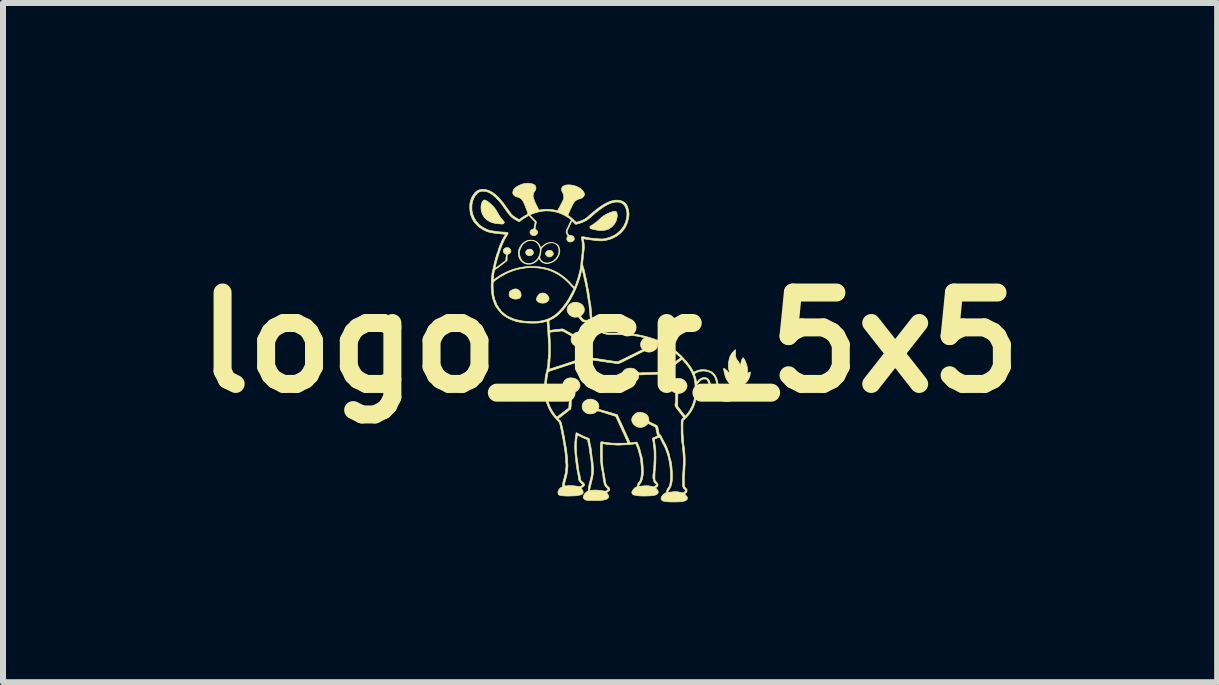
<source format=kicad_pcb>
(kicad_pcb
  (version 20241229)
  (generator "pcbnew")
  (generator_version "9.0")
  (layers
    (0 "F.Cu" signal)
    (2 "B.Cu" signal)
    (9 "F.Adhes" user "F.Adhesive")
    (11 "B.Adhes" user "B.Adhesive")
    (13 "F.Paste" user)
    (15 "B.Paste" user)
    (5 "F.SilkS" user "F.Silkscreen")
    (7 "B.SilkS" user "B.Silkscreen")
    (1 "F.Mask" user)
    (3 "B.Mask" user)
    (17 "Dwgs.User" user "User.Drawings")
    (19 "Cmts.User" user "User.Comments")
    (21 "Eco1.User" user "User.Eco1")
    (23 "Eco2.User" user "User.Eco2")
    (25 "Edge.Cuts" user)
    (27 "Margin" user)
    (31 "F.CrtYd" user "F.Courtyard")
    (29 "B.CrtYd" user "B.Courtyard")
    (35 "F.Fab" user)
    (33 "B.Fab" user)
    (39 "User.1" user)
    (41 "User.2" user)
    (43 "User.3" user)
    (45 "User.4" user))
  (footprint "logo_cr_5x5"
    (layer "F.Cu")
    (at 7.119 2.661)
    (property "Reference" "logo_cr_5x5" (at 0 0 0) (layer "F.SilkS") (effects (font (size 1.524 1.524) (thickness 0.3))))
    (attr through_hole)
    (fp_poly (pts (xy -1.002 -1.539) (xy -0.989 -1.537) (xy -0.979 -1.533) (xy -0.971 -1.528) (xy -0.963 -1.521) (xy -0.957 -1.513) (xy -0.952 -1.504) (xy -0.948 -1.495) (xy -0.947 -1.486) (xy -0.946 -1.477) (xy -0.948 -1.469) (xy -0.95 -1.465) (xy -0.954 -1.459) (xy -0.959 -1.452) (xy -0.964 -1.446) (xy -0.969 -1.442) (xy -0.97 -1.441) (xy -0.974 -1.438) (xy -0.98 -1.436) (xy -0.984 -1.434) (xy -0.989 -1.433) (xy -0.993 -1.431) (xy -0.995 -1.43) (xy -0.998 -1.429) (xy -1.002 -1.428) (xy -1.008 -1.428) (xy -1.014 -1.428) (xy -1.021 -1.428) (xy -1.026 -1.429) (xy -1.028 -1.429) (xy -1.031 -1.43) (xy -1.037 -1.433) (xy -1.043 -1.437) (xy -1.05 -1.441) (xy -1.055 -1.445) (xy -1.063 -1.452) (xy -1.069 -1.461) (xy -1.073 -1.47) (xy -1.074 -1.48) (xy -1.074 -1.491) (xy -1.071 -1.501) (xy -1.065 -1.511) (xy -1.059 -1.519) (xy -1.05 -1.527) (xy -1.039 -1.533) (xy -1.027 -1.537) (xy -1.014 -1.539) (xy -1.002 -1.539)) (stroke (width 0.01) (type solid)) (fill yes) (layer "F.SilkS"))
    (fp_poly (pts (xy -1.323 -1.557) (xy -1.312 -1.553) (xy -1.302 -1.547) (xy -1.295 -1.54) (xy -1.288 -1.531) (xy -1.283 -1.522) (xy -1.279 -1.512) (xy -1.278 -1.503) (xy -1.278 -1.494) (xy -1.281 -1.486) (xy -1.282 -1.484) (xy -1.286 -1.477) (xy -1.291 -1.471) (xy -1.296 -1.465) (xy -1.3 -1.46) (xy -1.302 -1.459) (xy -1.306 -1.457) (xy -1.311 -1.455) (xy -1.315 -1.453) (xy -1.32 -1.451) (xy -1.324 -1.45) (xy -1.327 -1.448) (xy -1.329 -1.448) (xy -1.334 -1.447) (xy -1.34 -1.447) (xy -1.346 -1.447) (xy -1.352 -1.447) (xy -1.357 -1.447) (xy -1.36 -1.448) (xy -1.363 -1.449) (xy -1.368 -1.452) (xy -1.374 -1.455) (xy -1.381 -1.46) (xy -1.386 -1.463) (xy -1.394 -1.471) (xy -1.4 -1.479) (xy -1.404 -1.488) (xy -1.406 -1.498) (xy -1.406 -1.507) (xy -1.403 -1.517) (xy -1.399 -1.526) (xy -1.393 -1.535) (xy -1.385 -1.543) (xy -1.376 -1.549) (xy -1.365 -1.554) (xy -1.361 -1.555) (xy -1.348 -1.558) (xy -1.336 -1.558) (xy -1.323 -1.557)) (stroke (width 0.01) (type solid)) (fill yes) (layer "F.SilkS"))
    (fp_poly (pts (xy -1.569 -0.895) (xy -1.561 -0.894) (xy -1.554 -0.893) (xy -1.554 -0.892) (xy -1.54 -0.887) (xy -1.527 -0.879) (xy -1.515 -0.87) (xy -1.505 -0.858) (xy -1.496 -0.846) (xy -1.494 -0.842) (xy -1.489 -0.831) (xy -1.486 -0.821) (xy -1.484 -0.809) (xy -1.483 -0.799) (xy -1.483 -0.785) (xy -1.485 -0.773) (xy -1.489 -0.762) (xy -1.494 -0.753) (xy -1.502 -0.746) (xy -1.511 -0.74) (xy -1.513 -0.738) (xy -1.53 -0.732) (xy -1.548 -0.727) (xy -1.566 -0.725) (xy -1.584 -0.725) (xy -1.598 -0.727) (xy -1.614 -0.731) (xy -1.63 -0.736) (xy -1.645 -0.744) (xy -1.66 -0.753) (xy -1.663 -0.755) (xy -1.67 -0.762) (xy -1.676 -0.769) (xy -1.68 -0.778) (xy -1.682 -0.789) (xy -1.683 -0.801) (xy -1.682 -0.816) (xy -1.682 -0.816) (xy -1.68 -0.828) (xy -1.678 -0.839) (xy -1.674 -0.847) (xy -1.669 -0.855) (xy -1.662 -0.861) (xy -1.658 -0.865) (xy -1.652 -0.869) (xy -1.644 -0.873) (xy -1.634 -0.878) (xy -1.624 -0.882) (xy -1.614 -0.887) (xy -1.605 -0.89) (xy -1.596 -0.893) (xy -1.594 -0.893) (xy -1.587 -0.894) (xy -1.578 -0.895) (xy -1.569 -0.895)) (stroke (width 0.01) (type solid)) (fill yes) (layer "F.SilkS"))
    (fp_poly (pts (xy -1.119 -0.826) (xy -1.11 -0.825) (xy -1.101 -0.824) (xy -1.094 -0.822) (xy -1.078 -0.817) (xy -1.064 -0.809) (xy -1.051 -0.799) (xy -1.04 -0.786) (xy -1.032 -0.775) (xy -1.025 -0.763) (xy -1.02 -0.751) (xy -1.017 -0.74) (xy -1.017 -0.729) (xy -1.017 -0.725) (xy -1.021 -0.714) (xy -1.026 -0.704) (xy -1.034 -0.694) (xy -1.044 -0.684) (xy -1.055 -0.676) (xy -1.067 -0.669) (xy -1.081 -0.663) (xy -1.085 -0.662) (xy -1.091 -0.66) (xy -1.1 -0.659) (xy -1.11 -0.658) (xy -1.121 -0.658) (xy -1.132 -0.658) (xy -1.143 -0.659) (xy -1.143 -0.659) (xy -1.158 -0.661) (xy -1.17 -0.664) (xy -1.181 -0.668) (xy -1.191 -0.673) (xy -1.201 -0.68) (xy -1.204 -0.682) (xy -1.213 -0.692) (xy -1.221 -0.701) (xy -1.226 -0.709) (xy -1.228 -0.718) (xy -1.228 -0.728) (xy -1.226 -0.738) (xy -1.222 -0.75) (xy -1.216 -0.761) (xy -1.206 -0.777) (xy -1.196 -0.791) (xy -1.186 -0.803) (xy -1.176 -0.811) (xy -1.172 -0.814) (xy -1.165 -0.818) (xy -1.158 -0.821) (xy -1.152 -0.823) (xy -1.146 -0.824) (xy -1.138 -0.825) (xy -1.129 -0.826) (xy -1.119 -0.826)) (stroke (width 0.01) (type solid)) (fill yes) (layer "F.SilkS"))
    (fp_poly (pts (xy -2.087 -2.377) (xy -2.077 -2.375) (xy -2.067 -2.37) (xy -2.055 -2.363) (xy -2.052 -2.361) (xy -2.024 -2.341) (xy -1.998 -2.32) (xy -1.974 -2.298) (xy -1.951 -2.275) (xy -1.931 -2.252) (xy -1.912 -2.228) (xy -1.899 -2.208) (xy -1.896 -2.203) (xy -1.892 -2.197) (xy -1.888 -2.189) (xy -1.883 -2.181) (xy -1.879 -2.174) (xy -1.862 -2.144) (xy -1.845 -2.117) (xy -1.828 -2.091) (xy -1.811 -2.068) (xy -1.793 -2.047) (xy -1.78 -2.032) (xy -1.774 -2.025) (xy -1.769 -2.019) (xy -1.766 -2.015) (xy -1.764 -2.012) (xy -1.763 -2.009) (xy -1.762 -2.007) (xy -1.762 -2.006) (xy -1.763 -2) (xy -1.766 -1.994) (xy -1.771 -1.988) (xy -1.776 -1.982) (xy -1.782 -1.978) (xy -1.782 -1.978) (xy -1.784 -1.977) (xy -1.787 -1.977) (xy -1.79 -1.976) (xy -1.794 -1.976) (xy -1.8 -1.976) (xy -1.807 -1.977) (xy -1.816 -1.977) (xy -1.827 -1.978) (xy -1.84 -1.979) (xy -1.84 -1.979) (xy -1.861 -1.981) (xy -1.879 -1.983) (xy -1.896 -1.985) (xy -1.91 -1.987) (xy -1.924 -1.99) (xy -1.936 -1.992) (xy -1.947 -1.995) (xy -1.958 -1.998) (xy -1.969 -2.001) (xy -1.969 -2.001) (xy -1.992 -2.01) (xy -2.013 -2.02) (xy -2.034 -2.033) (xy -2.053 -2.046) (xy -2.071 -2.061) (xy -2.087 -2.077) (xy -2.092 -2.084) (xy -2.107 -2.105) (xy -2.121 -2.127) (xy -2.132 -2.15) (xy -2.14 -2.174) (xy -2.147 -2.198) (xy -2.147 -2.2) (xy -2.149 -2.213) (xy -2.15 -2.228) (xy -2.151 -2.244) (xy -2.151 -2.259) (xy -2.15 -2.275) (xy -2.148 -2.291) (xy -2.146 -2.305) (xy -2.143 -2.318) (xy -2.139 -2.329) (xy -2.137 -2.333) (xy -2.133 -2.341) (xy -2.129 -2.348) (xy -2.124 -2.356) (xy -2.119 -2.362) (xy -2.115 -2.368) (xy -2.111 -2.371) (xy -2.111 -2.372) (xy -2.103 -2.376) (xy -2.096 -2.377) (xy -2.087 -2.377)) (stroke (width 0.01) (type solid)) (fill yes) (layer "F.SilkS"))
    (fp_poly (pts (xy 0.088 -2.19) (xy 0.091 -2.189) (xy 0.094 -2.188) (xy 0.097 -2.186) (xy 0.102 -2.182) (xy 0.107 -2.177) (xy 0.111 -2.171) (xy 0.113 -2.166) (xy 0.113 -2.166) (xy 0.113 -2.162) (xy 0.114 -2.16) (xy 0.118 -2.146) (xy 0.12 -2.131) (xy 0.121 -2.114) (xy 0.119 -2.096) (xy 0.118 -2.093) (xy 0.118 -2.089) (xy 0.117 -2.084) (xy 0.117 -2.084) (xy 0.116 -2.08) (xy 0.116 -2.078) (xy 0.116 -2.077) (xy 0.115 -2.076) (xy 0.114 -2.072) (xy 0.114 -2.072) (xy 0.114 -2.069) (xy 0.112 -2.064) (xy 0.111 -2.057) (xy 0.108 -2.05) (xy 0.106 -2.043) (xy 0.104 -2.036) (xy 0.102 -2.03) (xy 0.1 -2.026) (xy 0.1 -2.024) (xy 0.098 -2.021) (xy 0.096 -2.017) (xy 0.094 -2.012) (xy 0.093 -2.011) (xy 0.089 -2.003) (xy 0.086 -1.997) (xy 0.083 -1.992) (xy 0.082 -1.99) (xy 0.081 -1.989) (xy 0.08 -1.988) (xy 0.08 -1.987) (xy 0.079 -1.985) (xy 0.079 -1.985) (xy 0.078 -1.984) (xy 0.078 -1.983) (xy 0.077 -1.981) (xy 0.076 -1.981) (xy 0.075 -1.98) (xy 0.073 -1.977) (xy 0.07 -1.973) (xy 0.069 -1.971) (xy 0.066 -1.967) (xy 0.061 -1.962) (xy 0.055 -1.956) (xy 0.049 -1.949) (xy 0.043 -1.942) (xy 0.037 -1.936) (xy 0.031 -1.931) (xy 0.027 -1.927) (xy 0.026 -1.927) (xy 0.009 -1.914) (xy -0.008 -1.903) (xy -0.026 -1.893) (xy -0.046 -1.885) (xy -0.051 -1.883) (xy -0.055 -1.882) (xy -0.06 -1.88) (xy -0.06 -1.88) (xy -0.062 -1.88) (xy -0.062 -1.88) (xy -0.063 -1.879) (xy -0.065 -1.879) (xy -0.068 -1.878) (xy -0.069 -1.878) (xy -0.071 -1.877) (xy -0.072 -1.877) (xy -0.073 -1.877) (xy -0.074 -1.876) (xy -0.077 -1.876) (xy -0.081 -1.875) (xy -0.083 -1.874) (xy -0.089 -1.873) (xy -0.093 -1.872) (xy -0.097 -1.871) (xy -0.1 -1.871) (xy -0.104 -1.87) (xy -0.109 -1.869) (xy -0.109 -1.869) (xy -0.112 -1.869) (xy -0.117 -1.869) (xy -0.123 -1.869) (xy -0.13 -1.869) (xy -0.138 -1.868) (xy -0.146 -1.868) (xy -0.154 -1.868) (xy -0.161 -1.868) (xy -0.166 -1.868) (xy -0.17 -1.868) (xy -0.173 -1.868) (xy -0.173 -1.868) (xy -0.174 -1.869) (xy -0.177 -1.869) (xy -0.18 -1.869) (xy -0.188 -1.87) (xy -0.194 -1.871) (xy -0.198 -1.872) (xy -0.203 -1.872) (xy -0.207 -1.873) (xy -0.207 -1.873) (xy -0.212 -1.874) (xy -0.216 -1.875) (xy -0.219 -1.875) (xy -0.221 -1.875) (xy -0.226 -1.876) (xy -0.229 -1.877) (xy -0.234 -1.878) (xy -0.239 -1.879) (xy -0.241 -1.879) (xy -0.246 -1.88) (xy -0.249 -1.881) (xy -0.253 -1.882) (xy -0.258 -1.883) (xy -0.258 -1.883) (xy -0.263 -1.884) (xy -0.267 -1.885) (xy -0.267 -1.885) (xy -0.27 -1.886) (xy -0.271 -1.886) (xy -0.273 -1.886) (xy -0.276 -1.887) (xy -0.277 -1.887) (xy -0.282 -1.888) (xy -0.286 -1.889) (xy -0.287 -1.889) (xy -0.293 -1.891) (xy -0.301 -1.892) (xy -0.311 -1.895) (xy -0.313 -1.896) (xy -0.319 -1.898) (xy -0.323 -1.9) (xy -0.326 -1.903) (xy -0.331 -1.91) (xy -0.334 -1.917) (xy -0.336 -1.924) (xy -0.336 -1.931) (xy -0.335 -1.935) (xy -0.333 -1.938) (xy -0.332 -1.94) (xy -0.331 -1.94) (xy -0.33 -1.941) (xy -0.329 -1.942) (xy -0.326 -1.943) (xy -0.323 -1.945) (xy -0.319 -1.948) (xy -0.312 -1.951) (xy -0.306 -1.955) (xy -0.301 -1.958) (xy -0.298 -1.96) (xy -0.296 -1.961) (xy -0.292 -1.964) (xy -0.289 -1.965) (xy -0.286 -1.968) (xy -0.283 -1.97) (xy -0.282 -1.971) (xy -0.281 -1.972) (xy -0.281 -1.972) (xy -0.279 -1.973) (xy -0.276 -1.974) (xy -0.275 -1.975) (xy -0.272 -1.977) (xy -0.269 -1.978) (xy -0.269 -1.979) (xy -0.267 -1.98) (xy -0.267 -1.981) (xy -0.265 -1.982) (xy -0.264 -1.983) (xy -0.262 -1.983) (xy -0.262 -1.984) (xy -0.261 -1.985) (xy -0.258 -1.987) (xy -0.255 -1.99) (xy -0.252 -1.992) (xy -0.25 -1.993) (xy -0.25 -1.993) (xy -0.248 -1.994) (xy -0.246 -1.996) (xy -0.242 -1.999) (xy -0.239 -2.002) (xy -0.238 -2.003) (xy -0.235 -2.005) (xy -0.234 -2.005) (xy -0.232 -2.006) (xy -0.232 -2.006) (xy -0.231 -2.008) (xy -0.228 -2.01) (xy -0.225 -2.013) (xy -0.219 -2.018) (xy -0.213 -2.023) (xy -0.207 -2.028) (xy -0.206 -2.029) (xy -0.205 -2.03) (xy -0.204 -2.031) (xy -0.203 -2.032) (xy -0.2 -2.034) (xy -0.199 -2.035) (xy -0.196 -2.038) (xy -0.192 -2.041) (xy -0.187 -2.046) (xy -0.181 -2.051) (xy -0.181 -2.052) (xy -0.175 -2.057) (xy -0.169 -2.062) (xy -0.164 -2.067) (xy -0.16 -2.071) (xy -0.156 -2.075) (xy -0.151 -2.079) (xy -0.147 -2.083) (xy -0.144 -2.086) (xy -0.141 -2.088) (xy -0.14 -2.089) (xy -0.138 -2.091) (xy -0.134 -2.093) (xy -0.13 -2.097) (xy -0.124 -2.101) (xy -0.119 -2.105) (xy -0.114 -2.108) (xy -0.11 -2.111) (xy -0.107 -2.113) (xy -0.106 -2.114) (xy -0.104 -2.115) (xy -0.103 -2.115) (xy -0.102 -2.117) (xy -0.099 -2.119) (xy -0.095 -2.121) (xy -0.092 -2.123) (xy -0.088 -2.125) (xy -0.085 -2.127) (xy -0.084 -2.128) (xy -0.082 -2.129) (xy -0.078 -2.131) (xy -0.073 -2.134) (xy -0.069 -2.136) (xy -0.062 -2.14) (xy -0.054 -2.144) (xy -0.047 -2.148) (xy -0.044 -2.149) (xy -0.04 -2.152) (xy -0.036 -2.153) (xy -0.034 -2.154) (xy -0.033 -2.154) (xy -0.032 -2.154) (xy -0.03 -2.155) (xy -0.028 -2.156) (xy -0.025 -2.158) (xy -0.019 -2.161) (xy -0.012 -2.163) (xy -0.005 -2.166) (xy 0.002 -2.169) (xy 0.008 -2.171) (xy 0.012 -2.173) (xy 0.013 -2.173) (xy 0.015 -2.174) (xy 0.016 -2.174) (xy 0.02 -2.175) (xy 0.024 -2.177) (xy 0.028 -2.179) (xy 0.031 -2.18) (xy 0.032 -2.18) (xy 0.034 -2.18) (xy 0.035 -2.181) (xy 0.039 -2.182) (xy 0.042 -2.183) (xy 0.044 -2.184) (xy 0.045 -2.184) (xy 0.048 -2.185) (xy 0.049 -2.185) (xy 0.053 -2.186) (xy 0.054 -2.187) (xy 0.057 -2.187) (xy 0.059 -2.188) (xy 0.061 -2.189) (xy 0.064 -2.189) (xy 0.067 -2.19) (xy 0.072 -2.19) (xy 0.078 -2.19) (xy 0.084 -2.19) (xy 0.088 -2.19)) (stroke (width 0.01) (type solid)) (fill yes) (layer "F.SilkS"))
    (fp_poly (pts (xy -1.3 -1.708) (xy -1.279 -1.704) (xy -1.259 -1.699) (xy -1.241 -1.691) (xy -1.224 -1.681) (xy -1.209 -1.669) (xy -1.195 -1.655) (xy -1.191 -1.649) (xy -1.18 -1.634) (xy -1.171 -1.621) (xy -1.165 -1.609) (xy -1.161 -1.598) (xy -1.158 -1.591) (xy -1.155 -1.586) (xy -1.153 -1.584) (xy -1.151 -1.584) (xy -1.15 -1.585) (xy -1.147 -1.587) (xy -1.143 -1.591) (xy -1.138 -1.596) (xy -1.135 -1.598) (xy -1.118 -1.613) (xy -1.101 -1.627) (xy -1.085 -1.638) (xy -1.069 -1.647) (xy -1.063 -1.65) (xy -1.042 -1.659) (xy -1.021 -1.665) (xy -1.001 -1.669) (xy -0.981 -1.67) (xy -0.961 -1.668) (xy -0.96 -1.668) (xy -0.939 -1.664) (xy -0.92 -1.657) (xy -0.902 -1.649) (xy -0.886 -1.639) (xy -0.872 -1.626) (xy -0.871 -1.625) (xy -0.867 -1.62) (xy -0.863 -1.616) (xy -0.86 -1.611) (xy -0.857 -1.606) (xy -0.853 -1.598) (xy -0.845 -1.579) (xy -0.839 -1.559) (xy -0.837 -1.539) (xy -0.837 -1.519) (xy -0.839 -1.499) (xy -0.842 -1.488) (xy -0.848 -1.467) (xy -0.857 -1.447) (xy -0.868 -1.427) (xy -0.88 -1.409) (xy -0.894 -1.391) (xy -0.91 -1.376) (xy -0.927 -1.362) (xy -0.933 -1.357) (xy -0.947 -1.349) (xy -0.961 -1.342) (xy -0.977 -1.335) (xy -0.993 -1.329) (xy -1.009 -1.324) (xy -1.025 -1.32) (xy -1.04 -1.317) (xy -1.053 -1.316) (xy -1.054 -1.316) (xy -1.066 -1.317) (xy -1.079 -1.319) (xy -1.092 -1.323) (xy -1.106 -1.328) (xy -1.118 -1.333) (xy -1.13 -1.339) (xy -1.141 -1.346) (xy -1.149 -1.353) (xy -1.156 -1.361) (xy -1.157 -1.363) (xy -1.161 -1.369) (xy -1.165 -1.375) (xy -1.17 -1.381) (xy -1.174 -1.387) (xy -1.178 -1.391) (xy -1.18 -1.394) (xy -1.181 -1.394) (xy -1.186 -1.397) (xy -1.19 -1.397) (xy -1.195 -1.395) (xy -1.199 -1.39) (xy -1.2 -1.387) (xy -1.204 -1.381) (xy -1.21 -1.374) (xy -1.217 -1.367) (xy -1.225 -1.359) (xy -1.235 -1.351) (xy -1.245 -1.343) (xy -1.256 -1.336) (xy -1.266 -1.33) (xy -1.274 -1.326) (xy -1.288 -1.319) (xy -1.302 -1.314) (xy -1.316 -1.31) (xy -1.33 -1.308) (xy -1.345 -1.307) (xy -1.35 -1.307) (xy -1.358 -1.307) (xy -1.365 -1.307) (xy -1.371 -1.307) (xy -1.375 -1.307) (xy -1.376 -1.307) (xy -1.398 -1.311) (xy -1.418 -1.317) (xy -1.436 -1.325) (xy -1.452 -1.335) (xy -1.467 -1.347) (xy -1.481 -1.361) (xy -1.488 -1.37) (xy -1.5 -1.386) (xy -1.509 -1.402) (xy -1.517 -1.419) (xy -1.522 -1.437) (xy -1.526 -1.457) (xy -1.528 -1.475) (xy -1.529 -1.491) (xy -1.51 -1.491) (xy -1.51 -1.484) (xy -1.51 -1.477) (xy -1.509 -1.47) (xy -1.507 -1.462) (xy -1.504 -1.452) (xy -1.501 -1.442) (xy -1.499 -1.436) (xy -1.493 -1.42) (xy -1.488 -1.407) (xy -1.483 -1.395) (xy -1.478 -1.386) (xy -1.473 -1.377) (xy -1.467 -1.369) (xy -1.461 -1.362) (xy -1.458 -1.359) (xy -1.445 -1.348) (xy -1.432 -1.338) (xy -1.417 -1.331) (xy -1.4 -1.325) (xy -1.382 -1.32) (xy -1.368 -1.318) (xy -1.361 -1.317) (xy -1.353 -1.317) (xy -1.344 -1.317) (xy -1.335 -1.318) (xy -1.33 -1.319) (xy -1.319 -1.321) (xy -1.308 -1.324) (xy -1.297 -1.328) (xy -1.286 -1.333) (xy -1.284 -1.334) (xy -1.266 -1.344) (xy -1.249 -1.356) (xy -1.233 -1.371) (xy -1.218 -1.387) (xy -1.204 -1.405) (xy -1.194 -1.422) (xy -1.17 -1.422) (xy -1.17 -1.416) (xy -1.169 -1.41) (xy -1.166 -1.403) (xy -1.165 -1.401) (xy -1.16 -1.39) (xy -1.155 -1.381) (xy -1.149 -1.373) (xy -1.144 -1.367) (xy -1.131 -1.354) (xy -1.116 -1.344) (xy -1.1 -1.336) (xy -1.083 -1.331) (xy -1.079 -1.33) (xy -1.072 -1.329) (xy -1.063 -1.328) (xy -1.054 -1.328) (xy -1.043 -1.328) (xy -1.034 -1.328) (xy -1.026 -1.329) (xy -1.023 -1.33) (xy -1 -1.335) (xy -0.979 -1.343) (xy -0.959 -1.354) (xy -0.939 -1.367) (xy -0.921 -1.382) (xy -0.91 -1.393) (xy -0.895 -1.411) (xy -0.882 -1.429) (xy -0.871 -1.449) (xy -0.863 -1.469) (xy -0.857 -1.489) (xy -0.854 -1.501) (xy -0.853 -1.51) (xy -0.853 -1.52) (xy -0.852 -1.53) (xy -0.852 -1.54) (xy -0.852 -1.55) (xy -0.853 -1.557) (xy -0.853 -1.558) (xy -0.856 -1.576) (xy -0.862 -1.592) (xy -0.871 -1.608) (xy -0.881 -1.622) (xy -0.886 -1.626) (xy -0.899 -1.639) (xy -0.914 -1.649) (xy -0.93 -1.656) (xy -0.947 -1.661) (xy -0.965 -1.664) (xy -0.984 -1.664) (xy -1.004 -1.661) (xy -1.01 -1.66) (xy -1.031 -1.655) (xy -1.052 -1.646) (xy -1.072 -1.635) (xy -1.091 -1.622) (xy -1.11 -1.606) (xy -1.118 -1.599) (xy -1.126 -1.59) (xy -1.133 -1.581) (xy -1.139 -1.573) (xy -1.143 -1.563) (xy -1.147 -1.553) (xy -1.149 -1.542) (xy -1.151 -1.528) (xy -1.152 -1.514) (xy -1.154 -1.495) (xy -1.157 -1.477) (xy -1.162 -1.459) (xy -1.165 -1.449) (xy -1.168 -1.438) (xy -1.17 -1.43) (xy -1.17 -1.422) (xy -1.194 -1.422) (xy -1.193 -1.425) (xy -1.183 -1.445) (xy -1.175 -1.466) (xy -1.169 -1.487) (xy -1.167 -1.496) (xy -1.166 -1.507) (xy -1.164 -1.52) (xy -1.164 -1.532) (xy -1.164 -1.544) (xy -1.164 -1.554) (xy -1.165 -1.563) (xy -1.165 -1.564) (xy -1.168 -1.577) (xy -1.173 -1.592) (xy -1.179 -1.606) (xy -1.186 -1.621) (xy -1.194 -1.635) (xy -1.203 -1.647) (xy -1.212 -1.658) (xy -1.216 -1.663) (xy -1.229 -1.674) (xy -1.245 -1.684) (xy -1.262 -1.692) (xy -1.28 -1.697) (xy -1.299 -1.701) (xy -1.319 -1.702) (xy -1.325 -1.701) (xy -1.347 -1.699) (xy -1.367 -1.695) (xy -1.386 -1.688) (xy -1.405 -1.678) (xy -1.422 -1.666) (xy -1.439 -1.652) (xy -1.442 -1.649) (xy -1.452 -1.639) (xy -1.46 -1.628) (xy -1.468 -1.618) (xy -1.475 -1.606) (xy -1.482 -1.593) (xy -1.487 -1.58) (xy -1.494 -1.565) (xy -1.499 -1.551) (xy -1.504 -1.538) (xy -1.507 -1.527) (xy -1.509 -1.515) (xy -1.51 -1.504) (xy -1.51 -1.499) (xy -1.51 -1.491) (xy -1.529 -1.491) (xy -1.529 -1.498) (xy -1.527 -1.521) (xy -1.522 -1.543) (xy -1.515 -1.565) (xy -1.505 -1.586) (xy -1.493 -1.607) (xy -1.478 -1.628) (xy -1.469 -1.638) (xy -1.453 -1.655) (xy -1.436 -1.67) (xy -1.418 -1.682) (xy -1.399 -1.692) (xy -1.379 -1.7) (xy -1.358 -1.706) (xy -1.357 -1.706) (xy -1.35 -1.707) (xy -1.343 -1.708) (xy -1.336 -1.709) (xy -1.328 -1.709) (xy -1.323 -1.709) (xy -1.3 -1.708)) (stroke (width 0.01) (type solid)) (fill yes) (layer "F.SilkS"))
    (fp_poly (pts (xy -1.366 -2.656) (xy -1.346 -2.654) (xy -1.325 -2.652) (xy -1.305 -2.648) (xy -1.287 -2.643) (xy -1.284 -2.642) (xy -1.271 -2.637) (xy -1.26 -2.629) (xy -1.251 -2.62) (xy -1.243 -2.61) (xy -1.238 -2.598) (xy -1.236 -2.585) (xy -1.235 -2.576) (xy -1.236 -2.563) (xy -1.239 -2.551) (xy -1.245 -2.539) (xy -1.252 -2.528) (xy -1.263 -2.513) (xy -1.272 -2.497) (xy -1.277 -2.481) (xy -1.281 -2.465) (xy -1.282 -2.449) (xy -1.282 -2.442) (xy -1.281 -2.436) (xy -1.28 -2.429) (xy -1.278 -2.421) (xy -1.276 -2.412) (xy -1.273 -2.402) (xy -1.269 -2.39) (xy -1.264 -2.377) (xy -1.262 -2.372) (xy -1.256 -2.354) (xy -1.248 -2.335) (xy -1.239 -2.316) (xy -1.23 -2.297) (xy -1.22 -2.278) (xy -1.212 -2.263) (xy -1.208 -2.256) (xy -1.205 -2.25) (xy -1.202 -2.244) (xy -1.201 -2.241) (xy -1.197 -2.23) (xy -1.193 -2.222) (xy -1.189 -2.217) (xy -1.186 -2.214) (xy -1.182 -2.212) (xy -1.176 -2.211) (xy -1.168 -2.211) (xy -1.158 -2.213) (xy -1.153 -2.214) (xy -1.124 -2.218) (xy -1.095 -2.221) (xy -1.066 -2.222) (xy -1.035 -2.222) (xy -1.006 -2.22) (xy -0.987 -2.218) (xy -0.97 -2.217) (xy -0.956 -2.215) (xy -0.942 -2.213) (xy -0.93 -2.211) (xy -0.918 -2.208) (xy -0.907 -2.205) (xy -0.902 -2.204) (xy -0.893 -2.201) (xy -0.887 -2.2) (xy -0.882 -2.199) (xy -0.878 -2.2) (xy -0.876 -2.201) (xy -0.874 -2.202) (xy -0.872 -2.204) (xy -0.87 -2.208) (xy -0.866 -2.214) (xy -0.862 -2.222) (xy -0.857 -2.231) (xy -0.851 -2.241) (xy -0.845 -2.252) (xy -0.839 -2.265) (xy -0.832 -2.277) (xy -0.825 -2.29) (xy -0.818 -2.304) (xy -0.812 -2.317) (xy -0.806 -2.327) (xy -0.799 -2.342) (xy -0.792 -2.355) (xy -0.787 -2.366) (xy -0.783 -2.376) (xy -0.78 -2.385) (xy -0.777 -2.392) (xy -0.775 -2.399) (xy -0.774 -2.406) (xy -0.773 -2.413) (xy -0.772 -2.42) (xy -0.772 -2.428) (xy -0.772 -2.429) (xy -0.772 -2.438) (xy -0.773 -2.444) (xy -0.773 -2.45) (xy -0.774 -2.455) (xy -0.776 -2.461) (xy -0.776 -2.461) (xy -0.78 -2.475) (xy -0.785 -2.489) (xy -0.791 -2.502) (xy -0.796 -2.511) (xy -0.801 -2.52) (xy -0.805 -2.529) (xy -0.807 -2.536) (xy -0.809 -2.543) (xy -0.809 -2.551) (xy -0.809 -2.553) (xy -0.808 -2.565) (xy -0.805 -2.577) (xy -0.8 -2.588) (xy -0.793 -2.598) (xy -0.787 -2.603) (xy -0.78 -2.608) (xy -0.771 -2.613) (xy -0.76 -2.618) (xy -0.748 -2.622) (xy -0.734 -2.626) (xy -0.731 -2.626) (xy -0.724 -2.627) (xy -0.716 -2.628) (xy -0.705 -2.629) (xy -0.694 -2.629) (xy -0.682 -2.629) (xy -0.67 -2.629) (xy -0.659 -2.628) (xy -0.648 -2.627) (xy -0.641 -2.626) (xy -0.614 -2.621) (xy -0.587 -2.614) (xy -0.562 -2.605) (xy -0.538 -2.594) (xy -0.515 -2.582) (xy -0.495 -2.569) (xy -0.476 -2.554) (xy -0.464 -2.542) (xy -0.455 -2.532) (xy -0.447 -2.522) (xy -0.44 -2.512) (xy -0.434 -2.501) (xy -0.433 -2.5) (xy -0.431 -2.494) (xy -0.429 -2.49) (xy -0.428 -2.486) (xy -0.427 -2.482) (xy -0.427 -2.477) (xy -0.427 -2.474) (xy -0.427 -2.467) (xy -0.427 -2.463) (xy -0.428 -2.459) (xy -0.43 -2.455) (xy -0.432 -2.45) (xy -0.433 -2.448) (xy -0.437 -2.442) (xy -0.44 -2.436) (xy -0.445 -2.431) (xy -0.45 -2.426) (xy -0.455 -2.42) (xy -0.461 -2.415) (xy -0.468 -2.411) (xy -0.476 -2.407) (xy -0.485 -2.404) (xy -0.496 -2.4) (xy -0.509 -2.395) (xy -0.511 -2.395) (xy -0.526 -2.39) (xy -0.54 -2.385) (xy -0.551 -2.38) (xy -0.561 -2.374) (xy -0.57 -2.368) (xy -0.579 -2.361) (xy -0.587 -2.353) (xy -0.588 -2.353) (xy -0.592 -2.348) (xy -0.597 -2.343) (xy -0.6 -2.338) (xy -0.604 -2.332) (xy -0.608 -2.326) (xy -0.612 -2.319) (xy -0.617 -2.31) (xy -0.622 -2.3) (xy -0.626 -2.292) (xy -0.636 -2.271) (xy -0.646 -2.251) (xy -0.655 -2.232) (xy -0.663 -2.215) (xy -0.67 -2.199) (xy -0.676 -2.185) (xy -0.681 -2.174) (xy -0.685 -2.164) (xy -0.686 -2.162) (xy -0.69 -2.15) (xy -0.695 -2.142) (xy -0.696 -2.141) (xy -0.699 -2.136) (xy -0.701 -2.132) (xy -0.702 -2.128) (xy -0.7 -2.124) (xy -0.697 -2.12) (xy -0.692 -2.115) (xy -0.684 -2.11) (xy -0.682 -2.108) (xy -0.675 -2.103) (xy -0.667 -2.097) (xy -0.657 -2.089) (xy -0.646 -2.08) (xy -0.635 -2.071) (xy -0.624 -2.061) (xy -0.613 -2.051) (xy -0.602 -2.041) (xy -0.593 -2.032) (xy -0.584 -2.024) (xy -0.584 -2.024) (xy -0.578 -2.018) (xy -0.573 -2.013) (xy -0.569 -2.01) (xy -0.565 -2.009) (xy -0.56 -2.008) (xy -0.554 -2.009) (xy -0.547 -2.011) (xy -0.542 -2.012) (xy -0.514 -2.02) (xy -0.487 -2.029) (xy -0.461 -2.039) (xy -0.438 -2.05) (xy -0.416 -2.063) (xy -0.41 -2.066) (xy -0.405 -2.07) (xy -0.4 -2.073) (xy -0.395 -2.077) (xy -0.391 -2.08) (xy -0.386 -2.084) (xy -0.381 -2.088) (xy -0.375 -2.094) (xy -0.367 -2.1) (xy -0.359 -2.108) (xy -0.352 -2.114) (xy -0.325 -2.138) (xy -0.298 -2.161) (xy -0.271 -2.183) (xy -0.244 -2.205) (xy -0.218 -2.225) (xy -0.192 -2.245) (xy -0.168 -2.262) (xy -0.144 -2.278) (xy -0.122 -2.293) (xy -0.12 -2.294) (xy -0.089 -2.312) (xy -0.059 -2.328) (xy -0.029 -2.342) (xy 0.000087 -2.354) (xy 0.028 -2.363) (xy 0.056 -2.369) (xy 0.082 -2.373) (xy 0.108 -2.375) (xy 0.132 -2.374) (xy 0.156 -2.371) (xy 0.178 -2.366) (xy 0.199 -2.36) (xy 0.217 -2.351) (xy 0.234 -2.34) (xy 0.25 -2.327) (xy 0.264 -2.312) (xy 0.272 -2.302) (xy 0.278 -2.293) (xy 0.283 -2.285) (xy 0.287 -2.276) (xy 0.291 -2.266) (xy 0.295 -2.255) (xy 0.299 -2.242) (xy 0.301 -2.234) (xy 0.307 -2.212) (xy 0.312 -2.192) (xy 0.314 -2.172) (xy 0.316 -2.153) (xy 0.316 -2.134) (xy 0.315 -2.115) (xy 0.312 -2.095) (xy 0.308 -2.073) (xy 0.303 -2.051) (xy 0.296 -2.025) (xy 0.289 -2) (xy 0.281 -1.978) (xy 0.272 -1.957) (xy 0.262 -1.937) (xy 0.252 -1.918) (xy 0.24 -1.899) (xy 0.226 -1.881) (xy 0.212 -1.863) (xy 0.19 -1.839) (xy 0.166 -1.817) (xy 0.14 -1.796) (xy 0.113 -1.777) (xy 0.084 -1.76) (xy 0.055 -1.745) (xy 0.033 -1.735) (xy 0.012 -1.727) (xy -0.01 -1.72) (xy -0.032 -1.714) (xy -0.055 -1.708) (xy -0.077 -1.703) (xy -0.098 -1.7) (xy -0.113 -1.698) (xy -0.125 -1.697) (xy -0.139 -1.697) (xy -0.154 -1.697) (xy -0.172 -1.697) (xy -0.191 -1.698) (xy -0.211 -1.7) (xy -0.232 -1.701) (xy -0.253 -1.704) (xy -0.267 -1.705) (xy -0.28 -1.707) (xy -0.294 -1.709) (xy -0.309 -1.711) (xy -0.324 -1.713) (xy -0.339 -1.715) (xy -0.353 -1.717) (xy -0.367 -1.718) (xy -0.379 -1.72) (xy -0.39 -1.722) (xy -0.399 -1.723) (xy -0.407 -1.725) (xy -0.412 -1.725) (xy -0.412 -1.725) (xy -0.421 -1.727) (xy -0.428 -1.729) (xy -0.433 -1.729) (xy -0.437 -1.729) (xy -0.439 -1.728) (xy -0.441 -1.727) (xy -0.442 -1.724) (xy -0.443 -1.72) (xy -0.443 -1.719) (xy -0.443 -1.716) (xy -0.444 -1.713) (xy -0.443 -1.709) (xy -0.442 -1.705) (xy -0.441 -1.699) (xy -0.44 -1.695) (xy -0.434 -1.668) (xy -0.431 -1.639) (xy -0.429 -1.609) (xy -0.429 -1.577) (xy -0.432 -1.544) (xy -0.436 -1.51) (xy -0.441 -1.482) (xy -0.442 -1.471) (xy -0.444 -1.459) (xy -0.444 -1.446) (xy -0.445 -1.441) (xy -0.445 -1.431) (xy -0.446 -1.42) (xy -0.447 -1.408) (xy -0.448 -1.398) (xy -0.449 -1.393) (xy -0.45 -1.379) (xy -0.452 -1.367) (xy -0.453 -1.358) (xy -0.454 -1.349) (xy -0.454 -1.342) (xy -0.455 -1.335) (xy -0.455 -1.328) (xy -0.455 -1.321) (xy -0.455 -1.319) (xy -0.455 -1.31) (xy -0.455 -1.302) (xy -0.454 -1.295) (xy -0.453 -1.287) (xy -0.451 -1.279) (xy -0.448 -1.269) (xy -0.445 -1.258) (xy -0.441 -1.246) (xy -0.437 -1.235) (xy -0.434 -1.225) (xy -0.431 -1.214) (xy -0.429 -1.204) (xy -0.426 -1.193) (xy -0.423 -1.181) (xy -0.42 -1.168) (xy -0.417 -1.153) (xy -0.414 -1.135) (xy -0.413 -1.13) (xy -0.411 -1.122) (xy -0.409 -1.112) (xy -0.407 -1.101) (xy -0.404 -1.091) (xy -0.401 -1.08) (xy -0.401 -1.08) (xy -0.399 -1.072) (xy -0.397 -1.065) (xy -0.395 -1.059) (xy -0.394 -1.053) (xy -0.393 -1.046) (xy -0.391 -1.039) (xy -0.39 -1.032) (xy -0.388 -1.022) (xy -0.386 -1.012) (xy -0.384 -0.999) (xy -0.382 -0.986) (xy -0.379 -0.969) (xy -0.376 -0.954) (xy -0.374 -0.941) (xy -0.372 -0.93) (xy -0.37 -0.919) (xy -0.368 -0.91) (xy -0.366 -0.901) (xy -0.364 -0.894) (xy -0.361 -0.882) (xy -0.359 -0.87) (xy -0.357 -0.858) (xy -0.354 -0.846) (xy -0.352 -0.833) (xy -0.35 -0.819) (xy -0.348 -0.804) (xy -0.346 -0.787) (xy -0.343 -0.768) (xy -0.342 -0.757) (xy -0.339 -0.738) (xy -0.337 -0.721) (xy -0.335 -0.705) (xy -0.332 -0.69) (xy -0.33 -0.675) (xy -0.327 -0.658) (xy -0.325 -0.65) (xy -0.322 -0.631) (xy -0.319 -0.613) (xy -0.317 -0.595) (xy -0.315 -0.577) (xy -0.313 -0.559) (xy -0.311 -0.539) (xy -0.31 -0.518) (xy -0.308 -0.495) (xy -0.308 -0.495) (xy -0.307 -0.477) (xy -0.306 -0.461) (xy -0.305 -0.448) (xy -0.304 -0.436) (xy -0.302 -0.425) (xy -0.301 -0.416) (xy -0.299 -0.407) (xy -0.297 -0.399) (xy -0.294 -0.39) (xy -0.292 -0.382) (xy -0.288 -0.373) (xy -0.28 -0.35) (xy -0.27 -0.33) (xy -0.261 -0.311) (xy -0.25 -0.294) (xy -0.239 -0.279) (xy -0.226 -0.263) (xy -0.212 -0.249) (xy -0.21 -0.247) (xy -0.188 -0.228) (xy -0.165 -0.211) (xy -0.141 -0.196) (xy -0.115 -0.184) (xy -0.088 -0.174) (xy -0.064 -0.167) (xy -0.058 -0.166) (xy -0.052 -0.164) (xy -0.047 -0.163) (xy -0.042 -0.162) (xy -0.037 -0.162) (xy -0.032 -0.161) (xy -0.026 -0.161) (xy -0.019 -0.16) (xy -0.011 -0.16) (xy -0.002 -0.16) (xy 0.009 -0.16) (xy 0.022 -0.16) (xy 0.037 -0.16) (xy 0.054 -0.16) (xy 0.055 -0.16) (xy 0.111 -0.16) (xy 0.165 -0.159) (xy 0.217 -0.157) (xy 0.267 -0.154) (xy 0.315 -0.15) (xy 0.362 -0.145) (xy 0.407 -0.14) (xy 0.452 -0.133) (xy 0.496 -0.125) (xy 0.539 -0.116) (xy 0.582 -0.106) (xy 0.588 -0.104) (xy 0.635 -0.092) (xy 0.681 -0.078) (xy 0.724 -0.064) (xy 0.766 -0.049) (xy 0.806 -0.032) (xy 0.845 -0.015) (xy 0.883 0.004) (xy 0.921 0.024) (xy 0.934 0.032) (xy 0.952 0.042) (xy 0.969 0.052) (xy 0.986 0.063) (xy 1.002 0.073) (xy 1.018 0.084) (xy 1.036 0.097) (xy 1.054 0.11) (xy 1.069 0.121) (xy 1.085 0.133) (xy 1.099 0.143) (xy 1.111 0.153) (xy 1.122 0.162) (xy 1.132 0.17) (xy 1.142 0.179) (xy 1.152 0.188) (xy 1.162 0.197) (xy 1.172 0.207) (xy 1.184 0.218) (xy 1.189 0.223) (xy 1.212 0.247) (xy 1.234 0.271) (xy 1.255 0.294) (xy 1.276 0.318) (xy 1.296 0.343) (xy 1.317 0.37) (xy 1.319 0.374) (xy 1.329 0.387) (xy 1.337 0.398) (xy 1.345 0.408) (xy 1.351 0.417) (xy 1.356 0.425) (xy 1.361 0.433) (xy 1.365 0.44) (xy 1.369 0.448) (xy 1.374 0.457) (xy 1.378 0.466) (xy 1.382 0.474) (xy 1.384 0.479) (xy 1.387 0.484) (xy 1.389 0.486) (xy 1.392 0.488) (xy 1.395 0.489) (xy 1.399 0.489) (xy 1.404 0.488) (xy 1.41 0.485) (xy 1.419 0.482) (xy 1.422 0.48) (xy 1.445 0.471) (xy 1.467 0.463) (xy 1.489 0.457) (xy 1.51 0.453) (xy 1.532 0.451) (xy 1.554 0.451) (xy 1.57 0.451) (xy 1.585 0.452) (xy 1.599 0.454) (xy 1.613 0.457) (xy 1.628 0.461) (xy 1.644 0.466) (xy 1.654 0.47) (xy 1.675 0.478) (xy 1.695 0.489) (xy 1.712 0.501) (xy 1.727 0.514) (xy 1.741 0.53) (xy 1.754 0.547) (xy 1.765 0.567) (xy 1.775 0.589) (xy 1.779 0.597) (xy 1.782 0.605) (xy 1.785 0.613) (xy 1.787 0.622) (xy 1.79 0.631) (xy 1.792 0.64) (xy 1.794 0.651) (xy 1.796 0.663) (xy 1.799 0.677) (xy 1.801 0.694) (xy 1.802 0.699) (xy 1.805 0.716) (xy 1.808 0.732) (xy 1.81 0.745) (xy 1.813 0.757) (xy 1.815 0.767) (xy 1.818 0.777) (xy 1.822 0.785) (xy 1.825 0.792) (xy 1.829 0.8) (xy 1.834 0.807) (xy 1.839 0.814) (xy 1.843 0.82) (xy 1.849 0.826) (xy 1.856 0.833) (xy 1.863 0.84) (xy 1.869 0.846) (xy 1.875 0.851) (xy 1.886 0.859) (xy 1.898 0.866) (xy 1.911 0.873) (xy 1.925 0.878) (xy 1.935 0.882) (xy 1.941 0.883) (xy 1.945 0.884) (xy 1.95 0.885) (xy 1.956 0.885) (xy 1.963 0.885) (xy 1.971 0.886) (xy 1.979 0.886) (xy 1.986 0.885) (xy 1.992 0.885) (xy 1.996 0.884) (xy 2.001 0.883) (xy 2.003 0.883) (xy 2.021 0.877) (xy 2.037 0.869) (xy 2.052 0.86) (xy 2.065 0.849) (xy 2.076 0.837) (xy 2.083 0.827) (xy 2.088 0.818) (xy 2.093 0.807) (xy 2.097 0.795) (xy 2.1 0.784) (xy 2.1 0.782) (xy 2.101 0.777) (xy 2.102 0.769) (xy 2.102 0.762) (xy 2.102 0.756) (xy 2.102 0.749) (xy 2.102 0.744) (xy 2.101 0.74) (xy 2.101 0.738) (xy 2.1 0.736) (xy 2.099 0.736) (xy 2.096 0.733) (xy 2.093 0.731) (xy 2.093 0.731) (xy 2.09 0.73) (xy 2.085 0.729) (xy 2.079 0.728) (xy 2.076 0.727) (xy 2.059 0.722) (xy 2.042 0.716) (xy 2.026 0.707) (xy 2.012 0.698) (xy 2.005 0.693) (xy 2.001 0.689) (xy 1.997 0.686) (xy 1.995 0.685) (xy 1.995 0.685) (xy 1.992 0.683) (xy 1.989 0.679) (xy 1.988 0.677) (xy 1.985 0.673) (xy 1.981 0.669) (xy 1.976 0.664) (xy 1.975 0.662) (xy 1.969 0.655) (xy 1.963 0.645) (xy 1.956 0.635) (xy 1.949 0.624) (xy 1.943 0.614) (xy 1.941 0.611) (xy 1.932 0.592) (xy 1.924 0.57) (xy 1.916 0.546) (xy 1.909 0.52) (xy 1.902 0.491) (xy 1.902 0.491) (xy 1.901 0.482) (xy 1.899 0.473) (xy 1.897 0.464) (xy 1.895 0.457) (xy 1.894 0.453) (xy 1.893 0.445) (xy 1.892 0.439) (xy 1.893 0.435) (xy 1.895 0.433) (xy 1.897 0.431) (xy 1.901 0.43) (xy 1.904 0.43) (xy 1.908 0.432) (xy 1.912 0.435) (xy 1.917 0.439) (xy 1.922 0.444) (xy 1.929 0.45) (xy 1.934 0.454) (xy 1.935 0.455) (xy 1.943 0.461) (xy 1.952 0.47) (xy 1.957 0.475) (xy 1.964 0.484) (xy 1.97 0.49) (xy 1.976 0.495) (xy 1.98 0.499) (xy 1.984 0.5) (xy 1.984 0.5) (xy 1.986 0.499) (xy 1.987 0.495) (xy 1.987 0.49) (xy 1.986 0.482) (xy 1.985 0.474) (xy 1.983 0.463) (xy 1.982 0.46) (xy 1.976 0.434) (xy 1.972 0.409) (xy 1.971 0.385) (xy 1.971 0.362) (xy 1.973 0.34) (xy 1.977 0.317) (xy 1.978 0.314) (xy 1.98 0.307) (xy 1.981 0.299) (xy 1.983 0.29) (xy 1.985 0.281) (xy 1.985 0.281) (xy 1.99 0.259) (xy 1.996 0.24) (xy 2.003 0.223) (xy 2.006 0.218) (xy 2.008 0.213) (xy 2.012 0.208) (xy 2.016 0.201) (xy 2.02 0.194) (xy 2.025 0.187) (xy 2.028 0.183) (xy 2.034 0.174) (xy 2.041 0.166) (xy 2.049 0.157) (xy 2.056 0.149) (xy 2.064 0.141) (xy 2.071 0.134) (xy 2.078 0.128) (xy 2.083 0.123) (xy 2.087 0.121) (xy 2.093 0.118) (xy 2.092 0.126) (xy 2.092 0.129) (xy 2.092 0.135) (xy 2.092 0.143) (xy 2.092 0.152) (xy 2.092 0.162) (xy 2.092 0.172) (xy 2.092 0.178) (xy 2.092 0.19) (xy 2.092 0.2) (xy 2.092 0.208) (xy 2.092 0.214) (xy 2.092 0.219) (xy 2.093 0.224) (xy 2.093 0.228) (xy 2.094 0.232) (xy 2.095 0.235) (xy 2.097 0.243) (xy 2.099 0.251) (xy 2.102 0.259) (xy 2.103 0.262) (xy 2.106 0.267) (xy 2.109 0.273) (xy 2.112 0.279) (xy 2.116 0.284) (xy 2.119 0.289) (xy 2.121 0.292) (xy 2.123 0.293) (xy 2.124 0.294) (xy 2.127 0.297) (xy 2.131 0.301) (xy 2.135 0.307) (xy 2.139 0.313) (xy 2.143 0.319) (xy 2.146 0.325) (xy 2.149 0.33) (xy 2.15 0.332) (xy 2.154 0.342) (xy 2.158 0.352) (xy 2.162 0.36) (xy 2.165 0.367) (xy 2.168 0.373) (xy 2.171 0.377) (xy 2.172 0.378) (xy 2.172 0.378) (xy 2.173 0.378) (xy 2.174 0.376) (xy 2.175 0.373) (xy 2.176 0.367) (xy 2.177 0.36) (xy 2.179 0.351) (xy 2.181 0.34) (xy 2.182 0.338) (xy 2.184 0.325) (xy 2.187 0.315) (xy 2.189 0.306) (xy 2.191 0.299) (xy 2.193 0.292) (xy 2.196 0.287) (xy 2.199 0.281) (xy 2.202 0.276) (xy 2.206 0.271) (xy 2.209 0.265) (xy 2.211 0.261) (xy 2.213 0.257) (xy 2.215 0.254) (xy 2.217 0.253) (xy 2.219 0.253) (xy 2.22 0.253) (xy 2.222 0.255) (xy 2.225 0.258) (xy 2.229 0.264) (xy 2.234 0.27) (xy 2.238 0.277) (xy 2.243 0.285) (xy 2.247 0.293) (xy 2.251 0.301) (xy 2.251 0.301) (xy 2.262 0.327) (xy 2.272 0.352) (xy 2.279 0.375) (xy 2.285 0.397) (xy 2.289 0.418) (xy 2.291 0.426) (xy 2.292 0.435) (xy 2.292 0.442) (xy 2.292 0.45) (xy 2.292 0.459) (xy 2.292 0.46) (xy 2.292 0.469) (xy 2.291 0.479) (xy 2.291 0.489) (xy 2.291 0.495) (xy 2.291 0.503) (xy 2.291 0.508) (xy 2.291 0.511) (xy 2.292 0.512) (xy 2.293 0.513) (xy 2.293 0.513) (xy 2.294 0.512) (xy 2.298 0.511) (xy 2.303 0.508) (xy 2.309 0.504) (xy 2.313 0.501) (xy 2.321 0.496) (xy 2.328 0.492) (xy 2.332 0.49) (xy 2.336 0.489) (xy 2.338 0.49) (xy 2.339 0.492) (xy 2.339 0.494) (xy 2.339 0.499) (xy 2.339 0.506) (xy 2.338 0.514) (xy 2.337 0.523) (xy 2.335 0.532) (xy 2.334 0.541) (xy 2.332 0.55) (xy 2.33 0.558) (xy 2.33 0.56) (xy 2.327 0.568) (xy 2.324 0.577) (xy 2.32 0.587) (xy 2.315 0.597) (xy 2.311 0.607) (xy 2.306 0.616) (xy 2.305 0.618) (xy 2.298 0.63) (xy 2.289 0.642) (xy 2.279 0.654) (xy 2.268 0.665) (xy 2.257 0.676) (xy 2.246 0.685) (xy 2.241 0.688) (xy 2.236 0.691) (xy 2.23 0.695) (xy 2.226 0.698) (xy 2.224 0.699) (xy 2.22 0.701) (xy 2.215 0.704) (xy 2.213 0.704) (xy 2.203 0.709) (xy 2.195 0.712) (xy 2.189 0.715) (xy 2.185 0.718) (xy 2.182 0.721) (xy 2.18 0.724) (xy 2.18 0.726) (xy 2.179 0.729) (xy 2.179 0.733) (xy 2.179 0.74) (xy 2.179 0.748) (xy 2.179 0.757) (xy 2.179 0.767) (xy 2.179 0.769) (xy 2.178 0.781) (xy 2.178 0.79) (xy 2.178 0.797) (xy 2.178 0.803) (xy 2.177 0.808) (xy 2.177 0.812) (xy 2.176 0.815) (xy 2.175 0.819) (xy 2.175 0.822) (xy 2.168 0.844) (xy 2.16 0.865) (xy 2.15 0.883) (xy 2.137 0.9) (xy 2.123 0.916) (xy 2.107 0.929) (xy 2.097 0.937) (xy 2.087 0.943) (xy 2.078 0.948) (xy 2.069 0.953) (xy 2.06 0.957) (xy 2.051 0.96) (xy 2.024 0.969) (xy 1.998 0.976) (xy 1.971 0.98) (xy 1.945 0.981) (xy 1.919 0.979) (xy 1.893 0.975) (xy 1.868 0.968) (xy 1.844 0.959) (xy 1.838 0.957) (xy 1.834 0.955) (xy 1.83 0.954) (xy 1.829 0.953) (xy 1.827 0.952) (xy 1.825 0.951) (xy 1.823 0.95) (xy 1.819 0.947) (xy 1.814 0.944) (xy 1.812 0.943) (xy 1.8 0.936) (xy 1.789 0.929) (xy 1.779 0.921) (xy 1.767 0.913) (xy 1.762 0.908) (xy 1.744 0.892) (xy 1.727 0.873) (xy 1.711 0.852) (xy 1.697 0.829) (xy 1.685 0.805) (xy 1.677 0.787) (xy 1.674 0.779) (xy 1.672 0.772) (xy 1.669 0.764) (xy 1.666 0.755) (xy 1.664 0.745) (xy 1.661 0.734) (xy 1.657 0.72) (xy 1.657 0.719) (xy 1.654 0.706) (xy 1.651 0.694) (xy 1.647 0.684) (xy 1.644 0.674) (xy 1.64 0.665) (xy 1.636 0.655) (xy 1.635 0.654) (xy 1.632 0.648) (xy 1.629 0.641) (xy 1.627 0.635) (xy 1.625 0.631) (xy 1.62 0.623) (xy 1.615 0.617) (xy 1.609 0.613) (xy 1.601 0.61) (xy 1.592 0.608) (xy 1.58 0.607) (xy 1.571 0.607) (xy 1.563 0.608) (xy 1.557 0.608) (xy 1.552 0.609) (xy 1.548 0.61) (xy 1.542 0.611) (xy 1.541 0.612) (xy 1.529 0.617) (xy 1.517 0.624) (xy 1.506 0.632) (xy 1.503 0.635) (xy 1.499 0.638) (xy 1.495 0.643) (xy 1.49 0.648) (xy 1.485 0.655) (xy 1.483 0.657) (xy 1.477 0.664) (xy 1.471 0.671) (xy 1.465 0.678) (xy 1.459 0.684) (xy 1.459 0.685) (xy 1.455 0.689) (xy 1.451 0.693) (xy 1.449 0.696) (xy 1.448 0.699) (xy 1.447 0.703) (xy 1.447 0.708) (xy 1.448 0.714) (xy 1.449 0.722) (xy 1.45 0.727) (xy 1.451 0.74) (xy 1.452 0.754) (xy 1.453 0.769) (xy 1.453 0.785) (xy 1.453 0.801) (xy 1.452 0.816) (xy 1.452 0.826) (xy 1.448 0.864) (xy 1.443 0.902) (xy 1.435 0.94) (xy 1.426 0.977) (xy 1.414 1.013) (xy 1.402 1.048) (xy 1.387 1.082) (xy 1.371 1.114) (xy 1.354 1.144) (xy 1.345 1.159) (xy 1.334 1.174) (xy 1.322 1.19) (xy 1.309 1.206) (xy 1.296 1.222) (xy 1.282 1.237) (xy 1.268 1.252) (xy 1.255 1.264) (xy 1.243 1.276) (xy 1.236 1.282) (xy 1.23 1.286) (xy 1.226 1.29) (xy 1.223 1.294) (xy 1.22 1.298) (xy 1.219 1.302) (xy 1.218 1.308) (xy 1.217 1.315) (xy 1.216 1.325) (xy 1.216 1.331) (xy 1.216 1.346) (xy 1.215 1.363) (xy 1.215 1.381) (xy 1.215 1.401) (xy 1.215 1.421) (xy 1.215 1.442) (xy 1.215 1.462) (xy 1.216 1.483) (xy 1.216 1.503) (xy 1.217 1.521) (xy 1.218 1.539) (xy 1.219 1.554) (xy 1.22 1.568) (xy 1.221 1.575) (xy 1.221 1.584) (xy 1.222 1.595) (xy 1.223 1.607) (xy 1.224 1.619) (xy 1.224 1.631) (xy 1.225 1.636) (xy 1.225 1.652) (xy 1.226 1.665) (xy 1.227 1.678) (xy 1.228 1.689) (xy 1.23 1.701) (xy 1.232 1.713) (xy 1.234 1.726) (xy 1.236 1.738) (xy 1.237 1.747) (xy 1.239 1.755) (xy 1.24 1.762) (xy 1.24 1.769) (xy 1.241 1.775) (xy 1.242 1.782) (xy 1.242 1.79) (xy 1.243 1.8) (xy 1.244 1.81) (xy 1.245 1.821) (xy 1.246 1.83) (xy 1.246 1.832) (xy 1.247 1.843) (xy 1.248 1.855) (xy 1.249 1.867) (xy 1.25 1.881) (xy 1.251 1.897) (xy 1.251 1.914) (xy 1.252 1.933) (xy 1.252 1.954) (xy 1.252 1.975) (xy 1.252 1.992) (xy 1.252 2.007) (xy 1.252 2.02) (xy 1.252 2.032) (xy 1.251 2.042) (xy 1.251 2.051) (xy 1.25 2.059) (xy 1.25 2.067) (xy 1.25 2.071) (xy 1.249 2.08) (xy 1.248 2.091) (xy 1.247 2.104) (xy 1.247 2.117) (xy 1.246 2.129) (xy 1.245 2.141) (xy 1.244 2.16) (xy 1.243 2.176) (xy 1.243 2.19) (xy 1.242 2.203) (xy 1.241 2.215) (xy 1.24 2.227) (xy 1.239 2.238) (xy 1.238 2.247) (xy 1.238 2.256) (xy 1.237 2.263) (xy 1.237 2.268) (xy 1.237 2.271) (xy 1.238 2.273) (xy 1.238 2.273) (xy 1.238 2.275) (xy 1.239 2.278) (xy 1.239 2.284) (xy 1.239 2.292) (xy 1.239 2.302) (xy 1.239 2.315) (xy 1.239 2.33) (xy 1.239 2.344) (xy 1.239 2.355) (xy 1.24 2.365) (xy 1.24 2.372) (xy 1.24 2.378) (xy 1.24 2.383) (xy 1.241 2.387) (xy 1.241 2.39) (xy 1.242 2.392) (xy 1.242 2.393) (xy 1.245 2.402) (xy 1.25 2.411) (xy 1.257 2.42) (xy 1.265 2.428) (xy 1.271 2.434) (xy 1.276 2.439) (xy 1.279 2.444) (xy 1.28 2.445) (xy 1.282 2.449) (xy 1.283 2.452) (xy 1.284 2.455) (xy 1.284 2.46) (xy 1.284 2.466) (xy 1.284 2.473) (xy 1.283 2.479) (xy 1.282 2.484) (xy 1.279 2.489) (xy 1.276 2.493) (xy 1.271 2.499) (xy 1.264 2.505) (xy 1.258 2.51) (xy 1.254 2.514) (xy 1.251 2.517) (xy 1.249 2.52) (xy 1.249 2.522) (xy 1.249 2.524) (xy 1.249 2.527) (xy 1.251 2.531) (xy 1.254 2.536) (xy 1.259 2.542) (xy 1.266 2.549) (xy 1.269 2.552) (xy 1.277 2.561) (xy 1.283 2.569) (xy 1.287 2.576) (xy 1.289 2.584) (xy 1.29 2.591) (xy 1.289 2.6) (xy 1.287 2.608) (xy 1.282 2.615) (xy 1.275 2.622) (xy 1.275 2.622) (xy 1.268 2.628) (xy 1.259 2.634) (xy 1.249 2.638) (xy 1.237 2.642) (xy 1.223 2.646) (xy 1.212 2.648) (xy 1.204 2.65) (xy 1.197 2.651) (xy 1.191 2.652) (xy 1.184 2.653) (xy 1.177 2.653) (xy 1.17 2.654) (xy 1.161 2.654) (xy 1.152 2.655) (xy 1.141 2.655) (xy 1.129 2.655) (xy 1.114 2.655) (xy 1.098 2.656) (xy 1.082 2.656) (xy 1.068 2.656) (xy 1.053 2.656) (xy 1.04 2.656) (xy 1.028 2.656) (xy 1.017 2.656) (xy 1.008 2.656) (xy 1.001 2.656) (xy 0.996 2.656) (xy 0.994 2.655) (xy 0.983 2.655) (xy 0.972 2.654) (xy 0.959 2.653) (xy 0.947 2.652) (xy 0.935 2.65) (xy 0.924 2.649) (xy 0.917 2.648) (xy 0.905 2.646) (xy 0.895 2.644) (xy 0.887 2.641) (xy 0.879 2.638) (xy 0.872 2.633) (xy 0.864 2.627) (xy 0.863 2.626) (xy 0.857 2.621) (xy 0.853 2.616) (xy 0.851 2.612) (xy 0.85 2.607) (xy 0.85 2.601) (xy 0.851 2.59) (xy 0.854 2.578) (xy 0.86 2.566) (xy 0.869 2.553) (xy 0.872 2.548) (xy 0.886 2.534) (xy 0.899 2.521) (xy 0.913 2.512) (xy 0.927 2.505) (xy 0.928 2.505) (xy 0.932 2.503) (xy 0.935 2.501) (xy 0.937 2.499) (xy 0.939 2.495) (xy 0.94 2.491) (xy 0.941 2.484) (xy 0.941 2.482) (xy 0.942 2.472) (xy 0.945 2.462) (xy 0.949 2.453) (xy 0.954 2.444) (xy 0.96 2.433) (xy 0.969 2.422) (xy 0.971 2.42) (xy 0.976 2.412) (xy 0.981 2.405) (xy 0.985 2.399) (xy 0.988 2.393) (xy 0.991 2.386) (xy 0.993 2.378) (xy 0.995 2.369) (xy 0.997 2.358) (xy 0.999 2.345) (xy 1 2.339) (xy 1.002 2.321) (xy 1.005 2.304) (xy 1.006 2.287) (xy 1.008 2.272) (xy 1.009 2.256) (xy 1.009 2.241) (xy 1.009 2.225) (xy 1.009 2.208) (xy 1.008 2.19) (xy 1.007 2.17) (xy 1.006 2.148) (xy 1.005 2.128) (xy 1.002 2.098) (xy 0.999 2.07) (xy 0.996 2.043) (xy 0.992 2.018) (xy 0.988 1.992) (xy 0.983 1.967) (xy 0.977 1.941) (xy 0.972 1.918) (xy 0.969 1.907) (xy 0.967 1.897) (xy 0.964 1.888) (xy 0.962 1.88) (xy 0.959 1.871) (xy 0.956 1.862) (xy 0.953 1.852) (xy 0.949 1.841) (xy 0.945 1.828) (xy 0.94 1.815) (xy 0.934 1.799) (xy 0.929 1.785) (xy 0.925 1.773) (xy 0.92 1.762) (xy 0.916 1.752) (xy 0.911 1.742) (xy 0.907 1.732) (xy 0.902 1.722) (xy 0.896 1.711) (xy 0.889 1.699) (xy 0.887 1.696) (xy 0.88 1.683) (xy 0.873 1.668) (xy 0.865 1.653) (xy 0.857 1.637) (xy 0.85 1.622) (xy 0.844 1.608) (xy 0.841 1.602) (xy 0.837 1.593) (xy 0.833 1.587) (xy 0.83 1.582) (xy 0.827 1.579) (xy 0.823 1.578) (xy 0.819 1.578) (xy 0.816 1.579) (xy 0.813 1.58) (xy 0.808 1.582) (xy 0.802 1.584) (xy 0.795 1.587) (xy 0.792 1.588) (xy 0.785 1.591) (xy 0.777 1.595) (xy 0.769 1.597) (xy 0.763 1.599) (xy 0.762 1.6) (xy 0.757 1.602) (xy 0.752 1.603) (xy 0.748 1.605) (xy 0.748 1.605) (xy 0.744 1.609) (xy 0.741 1.615) (xy 0.741 1.621) (xy 0.741 1.624) (xy 0.741 1.63) (xy 0.742 1.638) (xy 0.743 1.647) (xy 0.745 1.658) (xy 0.746 1.669) (xy 0.748 1.68) (xy 0.75 1.691) (xy 0.751 1.702) (xy 0.753 1.712) (xy 0.754 1.721) (xy 0.755 1.723) (xy 0.756 1.732) (xy 0.758 1.741) (xy 0.759 1.75) (xy 0.76 1.757) (xy 0.761 1.762) (xy 0.762 1.774) (xy 0.762 1.789) (xy 0.763 1.806) (xy 0.764 1.825) (xy 0.764 1.846) (xy 0.764 1.869) (xy 0.765 1.894) (xy 0.765 1.906) (xy 0.765 1.928) (xy 0.764 1.948) (xy 0.764 1.965) (xy 0.764 1.982) (xy 0.763 1.997) (xy 0.763 2.012) (xy 0.762 2.027) (xy 0.761 2.043) (xy 0.76 2.059) (xy 0.758 2.076) (xy 0.756 2.096) (xy 0.755 2.106) (xy 0.754 2.125) (xy 0.752 2.142) (xy 0.751 2.157) (xy 0.75 2.17) (xy 0.749 2.183) (xy 0.749 2.196) (xy 0.748 2.21) (xy 0.748 2.224) (xy 0.748 2.237) (xy 0.748 2.25) (xy 0.748 2.26) (xy 0.748 2.268) (xy 0.749 2.275) (xy 0.749 2.28) (xy 0.749 2.283) (xy 0.749 2.286) (xy 0.75 2.289) (xy 0.751 2.291) (xy 0.751 2.292) (xy 0.753 2.298) (xy 0.756 2.304) (xy 0.76 2.31) (xy 0.766 2.317) (xy 0.773 2.325) (xy 0.777 2.329) (xy 0.785 2.339) (xy 0.791 2.347) (xy 0.795 2.354) (xy 0.798 2.361) (xy 0.799 2.368) (xy 0.8 2.372) (xy 0.799 2.381) (xy 0.797 2.387) (xy 0.792 2.394) (xy 0.785 2.402) (xy 0.776 2.41) (xy 0.766 2.416) (xy 0.761 2.419) (xy 0.753 2.423) (xy 0.759 2.425) (xy 0.767 2.43) (xy 0.774 2.436) (xy 0.778 2.442) (xy 0.782 2.447) (xy 0.786 2.452) (xy 0.79 2.458) (xy 0.792 2.461) (xy 0.799 2.47) (xy 0.802 2.478) (xy 0.804 2.486) (xy 0.804 2.494) (xy 0.802 2.503) (xy 0.799 2.508) (xy 0.793 2.517) (xy 0.785 2.526) (xy 0.775 2.533) (xy 0.763 2.539) (xy 0.752 2.542) (xy 0.743 2.545) (xy 0.732 2.547) (xy 0.72 2.549) (xy 0.709 2.551) (xy 0.698 2.552) (xy 0.688 2.553) (xy 0.677 2.554) (xy 0.663 2.554) (xy 0.648 2.555) (xy 0.632 2.556) (xy 0.615 2.556) (xy 0.598 2.557) (xy 0.581 2.557) (xy 0.565 2.557) (xy 0.549 2.557) (xy 0.535 2.557) (xy 0.523 2.557) (xy 0.512 2.556) (xy 0.509 2.556) (xy 0.494 2.555) (xy 0.479 2.554) (xy 0.464 2.552) (xy 0.45 2.55) (xy 0.436 2.548) (xy 0.424 2.546) (xy 0.413 2.544) (xy 0.405 2.542) (xy 0.398 2.541) (xy 0.397 2.54) (xy 0.386 2.535) (xy 0.377 2.528) (xy 0.371 2.521) (xy 0.366 2.512) (xy 0.363 2.502) (xy 0.364 2.493) (xy 0.365 2.484) (xy 0.368 2.479) (xy 0.371 2.473) (xy 0.376 2.466) (xy 0.381 2.458) (xy 0.386 2.45) (xy 0.392 2.443) (xy 0.397 2.437) (xy 0.398 2.436) (xy 0.407 2.427) (xy 0.416 2.419) (xy 0.427 2.413) (xy 0.438 2.407) (xy 0.444 2.404) (xy 0.449 2.401) (xy 0.452 2.399) (xy 0.454 2.398) (xy 0.454 2.398) (xy 0.454 2.395) (xy 0.454 2.391) (xy 0.455 2.386) (xy 0.455 2.385) (xy 0.456 2.372) (xy 0.46 2.36) (xy 0.466 2.347) (xy 0.475 2.335) (xy 0.476 2.334) (xy 0.483 2.326) (xy 0.489 2.318) (xy 0.494 2.311) (xy 0.498 2.304) (xy 0.499 2.3) (xy 0.503 2.292) (xy 0.506 2.284) (xy 0.508 2.276) (xy 0.511 2.266) (xy 0.513 2.255) (xy 0.514 2.249) (xy 0.517 2.23) (xy 0.519 2.213) (xy 0.521 2.197) (xy 0.523 2.182) (xy 0.523 2.168) (xy 0.524 2.153) (xy 0.524 2.137) (xy 0.523 2.12) (xy 0.522 2.101) (xy 0.521 2.083) (xy 0.519 2.058) (xy 0.517 2.035) (xy 0.515 2.014) (xy 0.513 1.995) (xy 0.511 1.977) (xy 0.509 1.96) (xy 0.507 1.944) (xy 0.504 1.928) (xy 0.501 1.913) (xy 0.498 1.897) (xy 0.494 1.88) (xy 0.489 1.862) (xy 0.484 1.844) (xy 0.479 1.823) (xy 0.473 1.804) (xy 0.469 1.789) (xy 0.465 1.776) (xy 0.462 1.766) (xy 0.459 1.757) (xy 0.456 1.749) (xy 0.454 1.744) (xy 0.451 1.738) (xy 0.448 1.731) (xy 0.445 1.723) (xy 0.442 1.716) (xy 0.439 1.708) (xy 0.436 1.702) (xy 0.434 1.697) (xy 0.432 1.693) (xy 0.432 1.692) (xy 0.432 1.692) (xy 0.431 1.691) (xy 0.428 1.689) (xy 0.428 1.689) (xy 0.423 1.688) (xy 0.416 1.687) (xy 0.406 1.688) (xy 0.396 1.69) (xy 0.379 1.693) (xy 0.361 1.695) (xy 0.342 1.698) (xy 0.323 1.699) (xy 0.301 1.701) (xy 0.278 1.702) (xy 0.276 1.702) (xy 0.264 1.702) (xy 0.252 1.703) (xy 0.239 1.703) (xy 0.227 1.704) (xy 0.216 1.705) (xy 0.211 1.705) (xy 0.193 1.706) (xy 0.178 1.707) (xy 0.164 1.708) (xy 0.152 1.708) (xy 0.14 1.708) (xy 0.127 1.708) (xy 0.114 1.708) (xy 0.101 1.707) (xy 0.095 1.707) (xy 0.067 1.705) (xy 0.041 1.703) (xy 0.017 1.702) (xy -0.005 1.7) (xy -0.025 1.698) (xy -0.043 1.696) (xy -0.06 1.694) (xy -0.076 1.692) (xy -0.091 1.689) (xy -0.103 1.687) (xy -0.11 1.686) (xy -0.116 1.685) (xy -0.12 1.685) (xy -0.122 1.685) (xy -0.124 1.686) (xy -0.125 1.687) (xy -0.126 1.687) (xy -0.126 1.688) (xy -0.127 1.689) (xy -0.127 1.691) (xy -0.127 1.694) (xy -0.127 1.697) (xy -0.128 1.702) (xy -0.128 1.708) (xy -0.128 1.715) (xy -0.128 1.724) (xy -0.128 1.735) (xy -0.128 1.747) (xy -0.129 1.762) (xy -0.129 1.779) (xy -0.129 1.798) (xy -0.129 1.806) (xy -0.129 1.829) (xy -0.129 1.849) (xy -0.129 1.868) (xy -0.129 1.884) (xy -0.129 1.899) (xy -0.129 1.913) (xy -0.129 1.926) (xy -0.128 1.938) (xy -0.128 1.949) (xy -0.127 1.96) (xy -0.127 1.972) (xy -0.126 1.983) (xy -0.125 1.995) (xy -0.123 2.008) (xy -0.122 2.022) (xy -0.12 2.038) (xy -0.12 2.045) (xy -0.117 2.068) (xy -0.114 2.09) (xy -0.111 2.111) (xy -0.108 2.133) (xy -0.104 2.155) (xy -0.099 2.179) (xy -0.099 2.179) (xy -0.095 2.197) (xy -0.092 2.214) (xy -0.09 2.229) (xy -0.087 2.244) (xy -0.085 2.258) (xy -0.083 2.274) (xy -0.08 2.292) (xy -0.08 2.297) (xy -0.078 2.311) (xy -0.076 2.323) (xy -0.074 2.334) (xy -0.071 2.342) (xy -0.069 2.351) (xy -0.066 2.357) (xy -0.059 2.371) (xy -0.051 2.383) (xy -0.04 2.395) (xy -0.027 2.406) (xy -0.026 2.406) (xy -0.018 2.413) (xy -0.011 2.42) (xy -0.007 2.427) (xy -0.005 2.434) (xy -0.004 2.442) (xy -0.004 2.444) (xy -0.005 2.454) (xy -0.009 2.463) (xy -0.015 2.471) (xy -0.023 2.478) (xy -0.026 2.48) (xy -0.031 2.483) (xy -0.038 2.487) (xy -0.043 2.491) (xy -0.049 2.494) (xy -0.054 2.497) (xy -0.057 2.498) (xy -0.059 2.499) (xy -0.059 2.499) (xy -0.058 2.501) (xy -0.056 2.503) (xy -0.055 2.504) (xy -0.051 2.509) (xy -0.046 2.516) (xy -0.041 2.523) (xy -0.036 2.531) (xy -0.031 2.539) (xy -0.027 2.547) (xy -0.024 2.553) (xy -0.022 2.559) (xy -0.021 2.561) (xy -0.021 2.57) (xy -0.023 2.579) (xy -0.028 2.588) (xy -0.036 2.596) (xy -0.037 2.597) (xy -0.043 2.602) (xy -0.049 2.606) (xy -0.057 2.61) (xy -0.065 2.613) (xy -0.076 2.617) (xy -0.088 2.62) (xy -0.1 2.622) (xy -0.114 2.625) (xy -0.127 2.627) (xy -0.141 2.629) (xy -0.155 2.63) (xy -0.17 2.631) (xy -0.186 2.632) (xy -0.204 2.633) (xy -0.223 2.633) (xy -0.244 2.633) (xy -0.267 2.633) (xy -0.292 2.632) (xy -0.296 2.632) (xy -0.31 2.632) (xy -0.324 2.632) (xy -0.337 2.631) (xy -0.349 2.631) (xy -0.359 2.631) (xy -0.368 2.63) (xy -0.375 2.63) (xy -0.38 2.63) (xy -0.381 2.629) (xy -0.396 2.627) (xy -0.409 2.622) (xy -0.421 2.616) (xy -0.432 2.607) (xy -0.433 2.606) (xy -0.44 2.598) (xy -0.444 2.59) (xy -0.447 2.582) (xy -0.447 2.573) (xy -0.445 2.563) (xy -0.441 2.552) (xy -0.436 2.541) (xy -0.428 2.527) (xy -0.418 2.513) (xy -0.406 2.501) (xy -0.393 2.49) (xy -0.379 2.481) (xy -0.374 2.478) (xy -0.37 2.475) (xy -0.367 2.473) (xy -0.366 2.472) (xy -0.366 2.47) (xy -0.365 2.466) (xy -0.364 2.46) (xy -0.364 2.453) (xy -0.364 2.451) (xy -0.363 2.439) (xy -0.361 2.428) (xy -0.36 2.416) (xy -0.358 2.405) (xy -0.356 2.392) (xy -0.353 2.379) (xy -0.35 2.365) (xy -0.346 2.349) (xy -0.341 2.331) (xy -0.336 2.312) (xy -0.332 2.296) (xy -0.326 2.274) (xy -0.321 2.254) (xy -0.317 2.234) (xy -0.314 2.216) (xy -0.312 2.196) (xy -0.31 2.176) (xy -0.309 2.155) (xy -0.308 2.134) (xy -0.308 2.11) (xy -0.309 2.085) (xy -0.31 2.058) (xy -0.312 2.031) (xy -0.313 2.022) (xy -0.314 2.011) (xy -0.315 2) (xy -0.315 1.99) (xy -0.315 1.988) (xy -0.316 1.98) (xy -0.317 1.969) (xy -0.319 1.956) (xy -0.321 1.942) (xy -0.323 1.926) (xy -0.325 1.918) (xy -0.33 1.887) (xy -0.334 1.858) (xy -0.339 1.83) (xy -0.342 1.803) (xy -0.345 1.779) (xy -0.347 1.767) (xy -0.349 1.752) (xy -0.351 1.739) (xy -0.352 1.727) (xy -0.355 1.716) (xy -0.357 1.705) (xy -0.36 1.693) (xy -0.36 1.691) (xy -0.364 1.677) (xy -0.367 1.665) (xy -0.369 1.655) (xy -0.37 1.646) (xy -0.372 1.638) (xy -0.372 1.635) (xy -0.373 1.629) (xy -0.374 1.623) (xy -0.376 1.619) (xy -0.376 1.618) (xy -0.379 1.616) (xy -0.384 1.613) (xy -0.389 1.612) (xy -0.425 1.598) (xy -0.46 1.582) (xy -0.497 1.564) (xy -0.516 1.554) (xy -0.524 1.55) (xy -0.53 1.547) (xy -0.535 1.545) (xy -0.537 1.544) (xy -0.538 1.544) (xy -0.54 1.545) (xy -0.542 1.547) (xy -0.543 1.55) (xy -0.545 1.555) (xy -0.547 1.562) (xy -0.548 1.571) (xy -0.549 1.577) (xy -0.552 1.597) (xy -0.555 1.616) (xy -0.557 1.635) (xy -0.558 1.655) (xy -0.559 1.676) (xy -0.56 1.699) (xy -0.56 1.723) (xy -0.56 1.749) (xy -0.559 1.773) (xy -0.558 1.795) (xy -0.558 1.816) (xy -0.557 1.834) (xy -0.556 1.85) (xy -0.555 1.866) (xy -0.554 1.88) (xy -0.552 1.894) (xy -0.551 1.907) (xy -0.549 1.92) (xy -0.547 1.934) (xy -0.545 1.948) (xy -0.543 1.961) (xy -0.541 1.971) (xy -0.539 1.981) (xy -0.538 1.99) (xy -0.537 1.998) (xy -0.536 2.007) (xy -0.534 2.017) (xy -0.533 2.029) (xy -0.532 2.039) (xy -0.531 2.053) (xy -0.529 2.067) (xy -0.527 2.082) (xy -0.525 2.097) (xy -0.523 2.112) (xy -0.521 2.125) (xy -0.519 2.138) (xy -0.517 2.149) (xy -0.515 2.158) (xy -0.515 2.163) (xy -0.513 2.17) (xy -0.511 2.178) (xy -0.509 2.186) (xy -0.507 2.191) (xy -0.505 2.199) (xy -0.503 2.207) (xy -0.501 2.214) (xy -0.5 2.222) (xy -0.498 2.231) (xy -0.497 2.242) (xy -0.495 2.253) (xy -0.494 2.265) (xy -0.492 2.276) (xy -0.49 2.284) (xy -0.488 2.291) (xy -0.485 2.297) (xy -0.482 2.303) (xy -0.477 2.308) (xy -0.471 2.313) (xy -0.464 2.318) (xy -0.461 2.32) (xy -0.456 2.325) (xy -0.45 2.331) (xy -0.443 2.339) (xy -0.435 2.347) (xy -0.428 2.357) (xy -0.428 2.357) (xy -0.425 2.364) (xy -0.424 2.371) (xy -0.425 2.378) (xy -0.426 2.379) (xy -0.428 2.382) (xy -0.431 2.386) (xy -0.436 2.391) (xy -0.441 2.396) (xy -0.446 2.401) (xy -0.451 2.405) (xy -0.455 2.408) (xy -0.456 2.408) (xy -0.46 2.41) (xy -0.465 2.412) (xy -0.47 2.414) (xy -0.476 2.417) (xy -0.48 2.42) (xy -0.482 2.421) (xy -0.483 2.424) (xy -0.483 2.426) (xy -0.482 2.429) (xy -0.48 2.432) (xy -0.477 2.436) (xy -0.473 2.44) (xy -0.466 2.446) (xy -0.461 2.454) (xy -0.456 2.462) (xy -0.452 2.473) (xy -0.449 2.485) (xy -0.448 2.496) (xy -0.449 2.505) (xy -0.452 2.514) (xy -0.458 2.521) (xy -0.466 2.527) (xy -0.471 2.529) (xy -0.478 2.533) (xy -0.487 2.536) (xy -0.498 2.54) (xy -0.508 2.543) (xy -0.519 2.545) (xy -0.524 2.546) (xy -0.533 2.548) (xy -0.543 2.55) (xy -0.552 2.551) (xy -0.561 2.552) (xy -0.572 2.553) (xy -0.583 2.554) (xy -0.596 2.555) (xy -0.611 2.555) (xy -0.628 2.556) (xy -0.635 2.556) (xy -0.646 2.556) (xy -0.656 2.557) (xy -0.666 2.557) (xy -0.674 2.557) (xy -0.68 2.558) (xy -0.685 2.558) (xy -0.686 2.558) (xy -0.688 2.558) (xy -0.692 2.558) (xy -0.697 2.558) (xy -0.704 2.558) (xy -0.712 2.558) (xy -0.723 2.557) (xy -0.735 2.557) (xy -0.75 2.556) (xy -0.766 2.555) (xy -0.785 2.554) (xy -0.797 2.553) (xy -0.807 2.553) (xy -0.815 2.552) (xy -0.821 2.551) (xy -0.826 2.55) (xy -0.831 2.549) (xy -0.836 2.547) (xy -0.841 2.545) (xy -0.845 2.543) (xy -0.853 2.538) (xy -0.86 2.532) (xy -0.864 2.526) (xy -0.867 2.518) (xy -0.868 2.509) (xy -0.868 2.501) (xy -0.868 2.49) (xy -0.866 2.481) (xy -0.863 2.472) (xy -0.86 2.464) (xy -0.852 2.45) (xy -0.842 2.436) (xy -0.829 2.424) (xy -0.814 2.413) (xy -0.801 2.406) (xy -0.797 2.403) (xy -0.794 2.401) (xy -0.792 2.399) (xy -0.791 2.395) (xy -0.79 2.391) (xy -0.79 2.384) (xy -0.79 2.377) (xy -0.79 2.362) (xy -0.789 2.349) (xy -0.787 2.335) (xy -0.784 2.321) (xy -0.781 2.305) (xy -0.776 2.288) (xy -0.773 2.279) (xy -0.771 2.272) (xy -0.768 2.262) (xy -0.765 2.252) (xy -0.762 2.241) (xy -0.76 2.229) (xy -0.758 2.222) (xy -0.756 2.212) (xy -0.753 2.202) (xy -0.751 2.193) (xy -0.749 2.185) (xy -0.748 2.179) (xy -0.746 2.175) (xy -0.745 2.17) (xy -0.744 2.166) (xy -0.743 2.16) (xy -0.743 2.154) (xy -0.742 2.145) (xy -0.741 2.135) (xy -0.741 2.124) (xy -0.74 2.113) (xy -0.739 2.101) (xy -0.737 2.09) (xy -0.737 2.082) (xy -0.735 2.067) (xy -0.734 2.053) (xy -0.734 2.04) (xy -0.735 2.028) (xy -0.736 2.018) (xy -0.737 2.014) (xy -0.738 2.007) (xy -0.739 1.999) (xy -0.739 1.987) (xy -0.739 1.986) (xy -0.739 1.971) (xy -0.74 1.954) (xy -0.741 1.935) (xy -0.742 1.916) (xy -0.744 1.895) (xy -0.746 1.875) (xy -0.748 1.855) (xy -0.75 1.836) (xy -0.75 1.836) (xy -0.753 1.814) (xy -0.756 1.79) (xy -0.76 1.764) (xy -0.764 1.737) (xy -0.769 1.709) (xy -0.773 1.68) (xy -0.778 1.652) (xy -0.783 1.623) (xy -0.788 1.595) (xy -0.793 1.568) (xy -0.798 1.543) (xy -0.801 1.53) (xy -0.804 1.517) (xy -0.807 1.502) (xy -0.81 1.486) (xy -0.813 1.469) (xy -0.817 1.452) (xy -0.82 1.435) (xy -0.824 1.419) (xy -0.825 1.413) (xy -0.828 1.399) (xy -0.83 1.387) (xy -0.833 1.376) (xy -0.835 1.365) (xy -0.837 1.356) (xy -0.839 1.349) (xy -0.84 1.344) (xy -0.841 1.342) (xy -0.841 1.341) (xy -0.844 1.336) (xy -0.847 1.33) (xy -0.851 1.324) (xy -0.857 1.317) (xy -0.864 1.31) (xy -0.873 1.3) (xy -0.874 1.299) (xy -0.882 1.291) (xy -0.89 1.281) (xy -0.9 1.27) (xy -0.911 1.258) (xy -0.922 1.246) (xy -0.933 1.233) (xy -0.943 1.22) (xy -0.951 1.211) (xy -0.961 1.197) (xy -0.972 1.182) (xy -0.983 1.164) (xy -0.994 1.146) (xy -1.005 1.126) (xy -1.016 1.105) (xy -1.026 1.084) (xy -1.035 1.062) (xy -1.044 1.042) (xy -1.049 1.027) (xy -1.055 1.013) (xy -1.059 0.998) (xy -1.064 0.984) (xy -1.067 0.969) (xy -1.071 0.954) (xy -1.074 0.938) (xy -1.077 0.92) (xy -1.08 0.901) (xy -1.083 0.881) (xy -1.086 0.858) (xy -1.089 0.833) (xy -1.09 0.828) (xy -1.091 0.81) (xy -1.092 0.79) (xy -1.093 0.767) (xy -1.093 0.749) (xy -1.06 0.749) (xy -1.06 0.786) (xy -1.058 0.821) (xy -1.056 0.854) (xy -1.052 0.885) (xy -1.047 0.916) (xy -1.041 0.945) (xy -1.034 0.974) (xy -1.025 1.002) (xy -1.015 1.03) (xy -1.003 1.059) (xy -0.996 1.075) (xy -0.979 1.11) (xy -0.96 1.143) (xy -0.94 1.175) (xy -0.918 1.205) (xy -0.909 1.216) (xy -0.905 1.221) (xy -0.9 1.227) (xy -0.896 1.231) (xy -0.893 1.234) (xy -0.892 1.235) (xy -0.888 1.237) (xy -0.884 1.238) (xy -0.88 1.237) (xy -0.874 1.234) (xy -0.868 1.229) (xy -0.861 1.222) (xy -0.857 1.218) (xy -0.851 1.213) (xy -0.845 1.208) (xy -0.838 1.204) (xy -0.837 1.203) (xy -0.83 1.198) (xy -0.823 1.193) (xy -0.817 1.188) (xy -0.81 1.183) (xy -0.802 1.178) (xy -0.794 1.171) (xy -0.784 1.163) (xy -0.775 1.156) (xy -0.76 1.144) (xy -0.745 1.133) (xy -0.733 1.124) (xy -0.722 1.115) (xy -0.712 1.108) (xy -0.704 1.103) (xy -0.698 1.099) (xy -0.694 1.096) (xy -0.691 1.094) (xy -0.69 1.092) (xy -0.689 1.089) (xy -0.689 1.089) (xy -0.688 1.086) (xy -0.688 1.081) (xy -0.687 1.075) (xy -0.687 1.066) (xy -0.686 1.056) (xy -0.685 1.045) (xy -0.685 1.034) (xy -0.685 1.032) (xy -0.684 1.018) (xy -0.683 1.002) (xy -0.682 0.984) (xy -0.681 0.967) (xy -0.68 0.95) (xy -0.679 0.934) (xy -0.678 0.928) (xy -0.677 0.915) (xy -0.677 0.903) (xy -0.676 0.891) (xy -0.676 0.88) (xy -0.675 0.871) (xy -0.675 0.863) (xy -0.675 0.858) (xy -0.675 0.858) (xy -0.674 0.841) (xy -0.679 0.837) (xy -0.682 0.834) (xy -0.688 0.831) (xy -0.695 0.828) (xy -0.715 0.82) (xy -0.732 0.81) (xy -0.747 0.798) (xy -0.76 0.785) (xy -0.771 0.771) (xy -0.78 0.756) (xy -0.784 0.742) (xy -0.787 0.728) (xy -0.789 0.713) (xy -0.788 0.699) (xy -0.787 0.691) (xy -0.782 0.676) (xy -0.776 0.661) (xy -0.767 0.646) (xy -0.757 0.633) (xy -0.745 0.621) (xy -0.734 0.611) (xy -0.72 0.603) (xy -0.707 0.597) (xy -0.694 0.592) (xy -0.679 0.589) (xy -0.663 0.588) (xy -0.652 0.588) (xy -0.63 0.589) (xy -0.61 0.592) (xy -0.591 0.597) (xy -0.573 0.604) (xy -0.557 0.613) (xy -0.543 0.623) (xy -0.531 0.636) (xy -0.524 0.645) (xy -0.518 0.656) (xy -0.512 0.669) (xy -0.507 0.681) (xy -0.503 0.693) (xy -0.501 0.704) (xy -0.5 0.706) (xy -0.501 0.72) (xy -0.503 0.734) (xy -0.508 0.748) (xy -0.515 0.762) (xy -0.523 0.776) (xy -0.534 0.788) (xy -0.539 0.794) (xy -0.555 0.807) (xy -0.571 0.817) (xy -0.589 0.826) (xy -0.607 0.831) (xy -0.617 0.833) (xy -0.625 0.835) (xy -0.63 0.837) (xy -0.634 0.839) (xy -0.636 0.842) (xy -0.637 0.847) (xy -0.638 0.854) (xy -0.638 0.858) (xy -0.64 0.889) (xy -0.642 0.917) (xy -0.643 0.943) (xy -0.644 0.966) (xy -0.645 0.986) (xy -0.646 1.004) (xy -0.646 1.005) (xy -0.646 1.016) (xy -0.647 1.027) (xy -0.647 1.037) (xy -0.648 1.046) (xy -0.648 1.054) (xy -0.649 1.059) (xy -0.65 1.067) (xy -0.651 1.076) (xy -0.652 1.084) (xy -0.652 1.088) (xy -0.652 1.094) (xy -0.652 1.099) (xy -0.653 1.103) (xy -0.653 1.104) (xy -0.654 1.105) (xy -0.656 1.108) (xy -0.66 1.111) (xy -0.665 1.115) (xy -0.671 1.12) (xy -0.679 1.126) (xy -0.689 1.134) (xy -0.701 1.143) (xy -0.714 1.153) (xy -0.73 1.165) (xy -0.747 1.179) (xy -0.755 1.184) (xy -0.765 1.192) (xy -0.775 1.2) (xy -0.785 1.208) (xy -0.794 1.214) (xy -0.802 1.221) (xy -0.808 1.226) (xy -0.813 1.229) (xy -0.815 1.231) (xy -0.824 1.239) (xy -0.831 1.245) (xy -0.838 1.25) (xy -0.845 1.254) (xy -0.849 1.257) (xy -0.854 1.259) (xy -0.858 1.262) (xy -0.861 1.265) (xy -0.861 1.265) (xy -0.863 1.268) (xy -0.863 1.27) (xy -0.862 1.273) (xy -0.862 1.273) (xy -0.859 1.277) (xy -0.855 1.281) (xy -0.85 1.284) (xy -0.839 1.293) (xy -0.83 1.302) (xy -0.823 1.314) (xy -0.819 1.32) (xy -0.817 1.325) (xy -0.815 1.329) (xy -0.813 1.334) (xy -0.812 1.34) (xy -0.81 1.347) (xy -0.807 1.356) (xy -0.805 1.366) (xy -0.803 1.371) (xy -0.798 1.391) (xy -0.794 1.41) (xy -0.79 1.427) (xy -0.787 1.443) (xy -0.784 1.46) (xy -0.781 1.477) (xy -0.78 1.481) (xy -0.778 1.491) (xy -0.776 1.502) (xy -0.773 1.515) (xy -0.771 1.527) (xy -0.768 1.539) (xy -0.767 1.541) (xy -0.765 1.552) (xy -0.763 1.561) (xy -0.761 1.57) (xy -0.759 1.579) (xy -0.758 1.588) (xy -0.756 1.599) (xy -0.755 1.611) (xy -0.754 1.616) (xy -0.752 1.632) (xy -0.75 1.646) (xy -0.748 1.658) (xy -0.747 1.669) (xy -0.745 1.679) (xy -0.743 1.689) (xy -0.742 1.699) (xy -0.739 1.709) (xy -0.737 1.719) (xy -0.734 1.734) (xy -0.731 1.748) (xy -0.729 1.761) (xy -0.726 1.775) (xy -0.724 1.79) (xy -0.722 1.806) (xy -0.721 1.822) (xy -0.719 1.833) (xy -0.718 1.846) (xy -0.716 1.859) (xy -0.715 1.872) (xy -0.714 1.883) (xy -0.713 1.889) (xy -0.712 1.901) (xy -0.711 1.915) (xy -0.71 1.93) (xy -0.709 1.943) (xy -0.709 1.949) (xy -0.709 1.959) (xy -0.708 1.97) (xy -0.707 1.981) (xy -0.707 1.991) (xy -0.706 1.999) (xy -0.706 1.999) (xy -0.704 2.012) (xy -0.703 2.024) (xy -0.703 2.035) (xy -0.702 2.047) (xy -0.702 2.059) (xy -0.703 2.071) (xy -0.704 2.085) (xy -0.705 2.101) (xy -0.707 2.118) (xy -0.709 2.138) (xy -0.709 2.14) (xy -0.711 2.155) (xy -0.713 2.169) (xy -0.715 2.181) (xy -0.717 2.192) (xy -0.719 2.203) (xy -0.721 2.214) (xy -0.724 2.226) (xy -0.727 2.238) (xy -0.731 2.252) (xy -0.735 2.267) (xy -0.74 2.285) (xy -0.745 2.301) (xy -0.748 2.315) (xy -0.751 2.327) (xy -0.753 2.338) (xy -0.755 2.348) (xy -0.756 2.358) (xy -0.757 2.359) (xy -0.757 2.369) (xy -0.757 2.376) (xy -0.755 2.382) (xy -0.751 2.386) (xy -0.746 2.388) (xy -0.739 2.389) (xy -0.73 2.388) (xy -0.721 2.387) (xy -0.704 2.385) (xy -0.686 2.383) (xy -0.666 2.383) (xy -0.647 2.384) (xy -0.633 2.385) (xy -0.619 2.386) (xy -0.605 2.387) (xy -0.591 2.389) (xy -0.577 2.39) (xy -0.566 2.392) (xy -0.555 2.393) (xy -0.547 2.395) (xy -0.546 2.395) (xy -0.538 2.397) (xy -0.531 2.398) (xy -0.524 2.399) (xy -0.516 2.399) (xy -0.513 2.399) (xy -0.495 2.399) (xy -0.485 2.394) (xy -0.479 2.39) (xy -0.472 2.386) (xy -0.467 2.381) (xy -0.462 2.377) (xy -0.46 2.373) (xy -0.459 2.371) (xy -0.459 2.368) (xy -0.46 2.364) (xy -0.464 2.359) (xy -0.469 2.353) (xy -0.476 2.347) (xy -0.476 2.347) (xy -0.488 2.336) (xy -0.498 2.326) (xy -0.506 2.317) (xy -0.513 2.308) (xy -0.518 2.299) (xy -0.521 2.29) (xy -0.524 2.28) (xy -0.525 2.269) (xy -0.525 2.268) (xy -0.526 2.26) (xy -0.527 2.253) (xy -0.528 2.245) (xy -0.529 2.238) (xy -0.53 2.23) (xy -0.532 2.221) (xy -0.533 2.211) (xy -0.535 2.2) (xy -0.538 2.188) (xy -0.54 2.174) (xy -0.544 2.157) (xy -0.547 2.142) (xy -0.55 2.127) (xy -0.552 2.112) (xy -0.555 2.098) (xy -0.557 2.083) (xy -0.56 2.068) (xy -0.562 2.052) (xy -0.564 2.036) (xy -0.566 2.018) (xy -0.569 2) (xy -0.571 1.98) (xy -0.573 1.958) (xy -0.576 1.934) (xy -0.578 1.908) (xy -0.581 1.88) (xy -0.583 1.859) (xy -0.585 1.838) (xy -0.586 1.819) (xy -0.587 1.802) (xy -0.588 1.786) (xy -0.589 1.771) (xy -0.589 1.757) (xy -0.589 1.743) (xy -0.589 1.728) (xy -0.589 1.721) (xy -0.588 1.696) (xy -0.587 1.672) (xy -0.586 1.649) (xy -0.583 1.625) (xy -0.581 1.601) (xy -0.578 1.58) (xy -0.577 1.569) (xy -0.575 1.558) (xy -0.573 1.546) (xy -0.571 1.535) (xy -0.57 1.524) (xy -0.568 1.515) (xy -0.567 1.509) (xy -0.567 1.507) (xy -0.565 1.5) (xy -0.554 1.505) (xy -0.549 1.507) (xy -0.543 1.51) (xy -0.535 1.513) (xy -0.527 1.518) (xy -0.518 1.522) (xy -0.516 1.524) (xy -0.492 1.536) (xy -0.471 1.547) (xy -0.45 1.557) (xy -0.43 1.566) (xy -0.41 1.574) (xy -0.389 1.583) (xy -0.372 1.589) (xy -0.363 1.592) (xy -0.357 1.595) (xy -0.352 1.597) (xy -0.35 1.599) (xy -0.349 1.6) (xy -0.348 1.603) (xy -0.346 1.606) (xy -0.345 1.611) (xy -0.344 1.617) (xy -0.342 1.624) (xy -0.34 1.634) (xy -0.338 1.646) (xy -0.336 1.66) (xy -0.336 1.662) (xy -0.334 1.672) (xy -0.332 1.683) (xy -0.33 1.694) (xy -0.327 1.704) (xy -0.325 1.712) (xy -0.325 1.714) (xy -0.323 1.722) (xy -0.321 1.731) (xy -0.319 1.739) (xy -0.318 1.745) (xy -0.318 1.747) (xy -0.317 1.754) (xy -0.315 1.763) (xy -0.314 1.774) (xy -0.312 1.786) (xy -0.31 1.8) (xy -0.309 1.814) (xy -0.307 1.828) (xy -0.305 1.842) (xy -0.304 1.855) (xy -0.303 1.867) (xy -0.302 1.879) (xy -0.3 1.889) (xy -0.299 1.898) (xy -0.298 1.907) (xy -0.297 1.916) (xy -0.295 1.926) (xy -0.293 1.937) (xy -0.291 1.948) (xy -0.288 1.964) (xy -0.286 1.982) (xy -0.284 2.002) (xy -0.282 2.021) (xy -0.282 2.027) (xy -0.281 2.036) (xy -0.28 2.046) (xy -0.279 2.056) (xy -0.278 2.067) (xy -0.278 2.069) (xy -0.277 2.08) (xy -0.276 2.091) (xy -0.276 2.1) (xy -0.276 2.11) (xy -0.276 2.121) (xy -0.276 2.133) (xy -0.276 2.144) (xy -0.276 2.154) (xy -0.277 2.164) (xy -0.278 2.175) (xy -0.279 2.185) (xy -0.28 2.195) (xy -0.282 2.206) (xy -0.284 2.218) (xy -0.286 2.231) (xy -0.289 2.245) (xy -0.292 2.26) (xy -0.296 2.277) (xy -0.301 2.296) (xy -0.306 2.316) (xy -0.311 2.339) (xy -0.316 2.36) (xy -0.321 2.377) (xy -0.324 2.393) (xy -0.328 2.406) (xy -0.33 2.417) (xy -0.333 2.427) (xy -0.334 2.435) (xy -0.336 2.441) (xy -0.337 2.446) (xy -0.337 2.45) (xy -0.338 2.452) (xy -0.338 2.455) (xy -0.338 2.456) (xy -0.337 2.458) (xy -0.337 2.459) (xy -0.337 2.459) (xy -0.335 2.461) (xy -0.334 2.463) (xy -0.332 2.464) (xy -0.329 2.465) (xy -0.325 2.465) (xy -0.319 2.464) (xy -0.31 2.463) (xy -0.308 2.462) (xy -0.301 2.461) (xy -0.294 2.461) (xy -0.288 2.46) (xy -0.281 2.46) (xy -0.274 2.459) (xy -0.265 2.459) (xy -0.255 2.459) (xy -0.247 2.459) (xy -0.233 2.459) (xy -0.22 2.459) (xy -0.209 2.46) (xy -0.2 2.46) (xy -0.191 2.461) (xy -0.188 2.462) (xy -0.179 2.463) (xy -0.169 2.464) (xy -0.159 2.465) (xy -0.15 2.466) (xy -0.149 2.466) (xy -0.14 2.467) (xy -0.13 2.469) (xy -0.121 2.47) (xy -0.114 2.472) (xy -0.102 2.475) (xy -0.092 2.476) (xy -0.083 2.476) (xy -0.075 2.475) (xy -0.066 2.472) (xy -0.057 2.467) (xy -0.055 2.467) (xy -0.046 2.461) (xy -0.04 2.456) (xy -0.036 2.45) (xy -0.035 2.445) (xy -0.037 2.439) (xy -0.041 2.432) (xy -0.048 2.425) (xy -0.05 2.424) (xy -0.06 2.414) (xy -0.069 2.406) (xy -0.076 2.398) (xy -0.082 2.391) (xy -0.086 2.385) (xy -0.086 2.384) (xy -0.089 2.379) (xy -0.092 2.371) (xy -0.095 2.362) (xy -0.098 2.351) (xy -0.101 2.339) (xy -0.104 2.326) (xy -0.107 2.314) (xy -0.11 2.301) (xy -0.111 2.294) (xy -0.112 2.289) (xy -0.113 2.282) (xy -0.114 2.273) (xy -0.115 2.262) (xy -0.117 2.251) (xy -0.118 2.24) (xy -0.118 2.237) (xy -0.12 2.219) (xy -0.122 2.203) (xy -0.124 2.189) (xy -0.126 2.176) (xy -0.128 2.164) (xy -0.131 2.153) (xy -0.133 2.142) (xy -0.136 2.13) (xy -0.139 2.116) (xy -0.142 2.103) (xy -0.144 2.09) (xy -0.146 2.077) (xy -0.148 2.064) (xy -0.15 2.05) (xy -0.152 2.035) (xy -0.153 2.019) (xy -0.155 2.001) (xy -0.156 1.982) (xy -0.158 1.961) (xy -0.159 1.938) (xy -0.159 1.931) (xy -0.16 1.921) (xy -0.16 1.908) (xy -0.16 1.894) (xy -0.161 1.879) (xy -0.161 1.863) (xy -0.161 1.846) (xy -0.161 1.829) (xy -0.161 1.811) (xy -0.161 1.795) (xy -0.161 1.779) (xy -0.161 1.764) (xy -0.161 1.751) (xy -0.161 1.74) (xy -0.161 1.731) (xy -0.161 1.729) (xy -0.16 1.712) (xy -0.159 1.698) (xy -0.158 1.685) (xy -0.157 1.675) (xy -0.156 1.667) (xy -0.155 1.662) (xy -0.155 1.661) (xy -0.153 1.657) (xy -0.15 1.654) (xy -0.146 1.653) (xy -0.14 1.653) (xy -0.132 1.654) (xy -0.128 1.654) (xy -0.097 1.66) (xy -0.064 1.665) (xy -0.03 1.67) (xy 0.005 1.673) (xy 0.039 1.676) (xy 0.053 1.676) (xy 0.061 1.677) (xy 0.071 1.677) (xy 0.082 1.677) (xy 0.095 1.677) (xy 0.109 1.677) (xy 0.123 1.677) (xy 0.138 1.677) (xy 0.154 1.677) (xy 0.17 1.677) (xy 0.186 1.677) (xy 0.201 1.677) (xy 0.216 1.677) (xy 0.23 1.676) (xy 0.244 1.676) (xy 0.256 1.676) (xy 0.266 1.675) (xy 0.275 1.675) (xy 0.282 1.675) (xy 0.287 1.674) (xy 0.289 1.674) (xy 0.289 1.674) (xy 0.291 1.672) (xy 0.291 1.668) (xy 0.291 1.663) (xy 0.289 1.657) (xy 0.286 1.649) (xy 0.282 1.639) (xy 0.276 1.627) (xy 0.271 1.617) (xy 0.267 1.609) (xy 0.263 1.6) (xy 0.259 1.592) (xy 0.256 1.585) (xy 0.254 1.58) (xy 0.253 1.579) (xy 0.25 1.57) (xy 0.246 1.561) (xy 0.242 1.55) (xy 0.237 1.539) (xy 0.231 1.526) (xy 0.224 1.511) (xy 0.216 1.495) (xy 0.21 1.482) (xy 0.205 1.471) (xy 0.199 1.458) (xy 0.192 1.444) (xy 0.185 1.428) (xy 0.178 1.412) (xy 0.17 1.395) (xy 0.163 1.379) (xy 0.156 1.364) (xy 0.153 1.358) (xy 0.144 1.338) (xy 0.136 1.32) (xy 0.129 1.304) (xy 0.122 1.291) (xy 0.117 1.279) (xy 0.112 1.269) (xy 0.108 1.26) (xy 0.105 1.253) (xy 0.102 1.247) (xy 0.1 1.242) (xy 0.098 1.239) (xy 0.096 1.236) (xy 0.095 1.234) (xy 0.094 1.232) (xy 0.093 1.231) (xy 0.092 1.23) (xy 0.091 1.23) (xy 0.09 1.229) (xy 0.088 1.229) (xy 0.084 1.227) (xy 0.078 1.225) (xy 0.07 1.222) (xy 0.06 1.219) (xy 0.049 1.216) (xy 0.037 1.212) (xy 0.025 1.208) (xy 0.018 1.206) (xy 0.003 1.201) (xy -0.011 1.197) (xy -0.023 1.193) (xy -0.035 1.19) (xy -0.046 1.186) (xy -0.057 1.183) (xy -0.068 1.179) (xy -0.079 1.175) (xy -0.092 1.171) (xy -0.106 1.167) (xy -0.122 1.162) (xy -0.14 1.156) (xy -0.141 1.156) (xy -0.153 1.152) (xy -0.163 1.148) (xy -0.171 1.146) (xy -0.178 1.144) (xy -0.184 1.143) (xy -0.189 1.142) (xy -0.193 1.142) (xy -0.197 1.141) (xy -0.2 1.141) (xy -0.211 1.142) (xy -0.221 1.145) (xy -0.229 1.15) (xy -0.236 1.157) (xy -0.239 1.161) (xy -0.242 1.165) (xy -0.246 1.167) (xy -0.25 1.17) (xy -0.256 1.173) (xy -0.264 1.176) (xy -0.273 1.179) (xy -0.294 1.185) (xy -0.314 1.188) (xy -0.333 1.189) (xy -0.352 1.188) (xy -0.37 1.183) (xy -0.388 1.177) (xy -0.405 1.168) (xy -0.411 1.164) (xy -0.426 1.153) (xy -0.438 1.141) (xy -0.448 1.128) (xy -0.455 1.114) (xy -0.461 1.099) (xy -0.463 1.088) (xy -0.464 1.082) (xy -0.465 1.075) (xy -0.465 1.067) (xy -0.465 1.06) (xy -0.463 1.042) (xy -0.459 1.026) (xy -0.453 1.012) (xy -0.445 0.998) (xy -0.435 0.985) (xy -0.433 0.983) (xy -0.422 0.974) (xy -0.41 0.965) (xy -0.396 0.958) (xy -0.38 0.951) (xy -0.375 0.949) (xy -0.355 0.944) (xy -0.336 0.942) (xy -0.318 0.942) (xy -0.299 0.944) (xy -0.28 0.949) (xy -0.278 0.95) (xy -0.259 0.958) (xy -0.242 0.967) (xy -0.228 0.977) (xy -0.215 0.989) (xy -0.205 1.002) (xy -0.196 1.017) (xy -0.19 1.034) (xy -0.189 1.037) (xy -0.187 1.047) (xy -0.185 1.058) (xy -0.185 1.07) (xy -0.186 1.081) (xy -0.188 1.09) (xy -0.19 1.098) (xy -0.191 1.104) (xy -0.191 1.108) (xy -0.189 1.11) (xy -0.189 1.111) (xy -0.187 1.111) (xy -0.183 1.113) (xy -0.177 1.114) (xy -0.17 1.117) (xy -0.161 1.119) (xy -0.152 1.122) (xy -0.142 1.125) (xy -0.132 1.128) (xy -0.122 1.131) (xy -0.113 1.133) (xy -0.104 1.136) (xy -0.097 1.138) (xy -0.091 1.139) (xy -0.088 1.14) (xy -0.086 1.14) (xy -0.085 1.141) (xy -0.081 1.142) (xy -0.075 1.143) (xy -0.067 1.146) (xy -0.057 1.148) (xy -0.047 1.151) (xy -0.035 1.155) (xy -0.022 1.159) (xy -0.009 1.162) (xy 0.004 1.166) (xy 0.018 1.17) (xy 0.031 1.174) (xy 0.044 1.178) (xy 0.055 1.182) (xy 0.065 1.185) (xy 0.075 1.188) (xy 0.084 1.19) (xy 0.092 1.192) (xy 0.098 1.194) (xy 0.101 1.195) (xy 0.112 1.199) (xy 0.12 1.203) (xy 0.125 1.208) (xy 0.127 1.211) (xy 0.128 1.213) (xy 0.13 1.218) (xy 0.133 1.225) (xy 0.136 1.232) (xy 0.14 1.24) (xy 0.141 1.244) (xy 0.145 1.252) (xy 0.149 1.262) (xy 0.155 1.273) (xy 0.16 1.285) (xy 0.166 1.298) (xy 0.172 1.31) (xy 0.175 1.317) (xy 0.184 1.336) (xy 0.192 1.353) (xy 0.199 1.368) (xy 0.205 1.382) (xy 0.211 1.395) (xy 0.217 1.408) (xy 0.223 1.421) (xy 0.229 1.434) (xy 0.231 1.439) (xy 0.235 1.449) (xy 0.239 1.458) (xy 0.242 1.466) (xy 0.246 1.473) (xy 0.249 1.48) (xy 0.252 1.488) (xy 0.256 1.496) (xy 0.26 1.505) (xy 0.265 1.515) (xy 0.271 1.527) (xy 0.277 1.542) (xy 0.278 1.543) (xy 0.285 1.559) (xy 0.291 1.572) (xy 0.297 1.584) (xy 0.302 1.595) (xy 0.306 1.604) (xy 0.31 1.613) (xy 0.313 1.621) (xy 0.317 1.629) (xy 0.32 1.637) (xy 0.322 1.644) (xy 0.326 1.653) (xy 0.329 1.66) (xy 0.332 1.664) (xy 0.334 1.668) (xy 0.337 1.67) (xy 0.34 1.671) (xy 0.344 1.671) (xy 0.345 1.671) (xy 0.348 1.671) (xy 0.354 1.67) (xy 0.361 1.669) (xy 0.37 1.668) (xy 0.379 1.667) (xy 0.39 1.665) (xy 0.393 1.664) (xy 0.403 1.663) (xy 0.413 1.661) (xy 0.422 1.66) (xy 0.429 1.659) (xy 0.435 1.658) (xy 0.438 1.658) (xy 0.439 1.658) (xy 0.445 1.659) (xy 0.451 1.662) (xy 0.455 1.666) (xy 0.457 1.669) (xy 0.459 1.674) (xy 0.461 1.68) (xy 0.465 1.688) (xy 0.468 1.698) (xy 0.472 1.708) (xy 0.476 1.719) (xy 0.481 1.73) (xy 0.485 1.741) (xy 0.489 1.752) (xy 0.492 1.762) (xy 0.495 1.771) (xy 0.498 1.779) (xy 0.5 1.785) (xy 0.5 1.787) (xy 0.502 1.792) (xy 0.504 1.799) (xy 0.506 1.808) (xy 0.508 1.817) (xy 0.509 1.823) (xy 0.512 1.833) (xy 0.514 1.843) (xy 0.517 1.853) (xy 0.519 1.862) (xy 0.521 1.866) (xy 0.525 1.879) (xy 0.528 1.89) (xy 0.531 1.901) (xy 0.534 1.913) (xy 0.536 1.924) (xy 0.538 1.935) (xy 0.54 1.948) (xy 0.542 1.961) (xy 0.544 1.976) (xy 0.546 1.992) (xy 0.547 2.01) (xy 0.549 2.03) (xy 0.551 2.052) (xy 0.551 2.053) (xy 0.552 2.068) (xy 0.553 2.085) (xy 0.554 2.102) (xy 0.554 2.119) (xy 0.554 2.136) (xy 0.554 2.153) (xy 0.554 2.168) (xy 0.553 2.182) (xy 0.553 2.194) (xy 0.552 2.203) (xy 0.552 2.204) (xy 0.548 2.228) (xy 0.544 2.251) (xy 0.54 2.271) (xy 0.534 2.289) (xy 0.528 2.306) (xy 0.521 2.321) (xy 0.514 2.334) (xy 0.505 2.347) (xy 0.495 2.359) (xy 0.492 2.363) (xy 0.486 2.369) (xy 0.483 2.374) (xy 0.481 2.378) (xy 0.48 2.382) (xy 0.481 2.385) (xy 0.482 2.386) (xy 0.484 2.389) (xy 0.487 2.391) (xy 0.49 2.393) (xy 0.495 2.394) (xy 0.5 2.394) (xy 0.508 2.394) (xy 0.517 2.393) (xy 0.529 2.392) (xy 0.533 2.391) (xy 0.561 2.388) (xy 0.588 2.387) (xy 0.612 2.386) (xy 0.635 2.387) (xy 0.658 2.39) (xy 0.68 2.394) (xy 0.694 2.397) (xy 0.703 2.399) (xy 0.709 2.401) (xy 0.715 2.401) (xy 0.719 2.402) (xy 0.723 2.402) (xy 0.727 2.401) (xy 0.728 2.401) (xy 0.735 2.399) (xy 0.743 2.396) (xy 0.751 2.392) (xy 0.758 2.388) (xy 0.76 2.386) (xy 0.765 2.38) (xy 0.769 2.374) (xy 0.77 2.367) (xy 0.77 2.366) (xy 0.769 2.362) (xy 0.767 2.358) (xy 0.764 2.354) (xy 0.759 2.35) (xy 0.754 2.346) (xy 0.745 2.338) (xy 0.738 2.33) (xy 0.732 2.321) (xy 0.728 2.311) (xy 0.725 2.299) (xy 0.723 2.285) (xy 0.722 2.278) (xy 0.721 2.274) (xy 0.721 2.271) (xy 0.72 2.27) (xy 0.719 2.269) (xy 0.717 2.268) (xy 0.716 2.266) (xy 0.715 2.264) (xy 0.715 2.26) (xy 0.714 2.254) (xy 0.714 2.246) (xy 0.714 2.237) (xy 0.714 2.225) (xy 0.714 2.225) (xy 0.715 2.191) (xy 0.718 2.188) (xy 0.72 2.186) (xy 0.721 2.185) (xy 0.721 2.182) (xy 0.722 2.178) (xy 0.722 2.172) (xy 0.723 2.169) (xy 0.723 2.164) (xy 0.723 2.157) (xy 0.724 2.148) (xy 0.724 2.138) (xy 0.725 2.126) (xy 0.726 2.113) (xy 0.727 2.1) (xy 0.727 2.093) (xy 0.729 2.064) (xy 0.731 2.037) (xy 0.732 2.013) (xy 0.733 1.99) (xy 0.734 1.97) (xy 0.735 1.951) (xy 0.736 1.933) (xy 0.736 1.916) (xy 0.736 1.901) (xy 0.736 1.886) (xy 0.736 1.871) (xy 0.736 1.857) (xy 0.735 1.845) (xy 0.735 1.829) (xy 0.734 1.815) (xy 0.733 1.803) (xy 0.733 1.792) (xy 0.732 1.781) (xy 0.731 1.771) (xy 0.73 1.761) (xy 0.728 1.75) (xy 0.728 1.746) (xy 0.726 1.732) (xy 0.724 1.721) (xy 0.723 1.711) (xy 0.722 1.703) (xy 0.721 1.696) (xy 0.721 1.69) (xy 0.72 1.685) (xy 0.72 1.679) (xy 0.719 1.675) (xy 0.718 1.663) (xy 0.716 1.65) (xy 0.714 1.64) (xy 0.712 1.631) (xy 0.71 1.621) (xy 0.709 1.612) (xy 0.709 1.604) (xy 0.709 1.598) (xy 0.711 1.593) (xy 0.711 1.593) (xy 0.713 1.591) (xy 0.717 1.588) (xy 0.724 1.585) (xy 0.73 1.583) (xy 0.74 1.579) (xy 0.751 1.575) (xy 0.76 1.57) (xy 0.769 1.566) (xy 0.777 1.562) (xy 0.783 1.559) (xy 0.788 1.556) (xy 0.79 1.554) (xy 0.79 1.554) (xy 0.791 1.551) (xy 0.79 1.548) (xy 0.789 1.543) (xy 0.787 1.537) (xy 0.786 1.532) (xy 0.784 1.525) (xy 0.782 1.518) (xy 0.78 1.508) (xy 0.777 1.497) (xy 0.775 1.485) (xy 0.772 1.472) (xy 0.77 1.462) (xy 0.768 1.452) (xy 0.766 1.443) (xy 0.765 1.435) (xy 0.763 1.426) (xy 0.762 1.421) (xy 0.761 1.416) (xy 0.758 1.412) (xy 0.755 1.409) (xy 0.749 1.405) (xy 0.742 1.401) (xy 0.736 1.397) (xy 0.73 1.394) (xy 0.722 1.39) (xy 0.712 1.385) (xy 0.702 1.38) (xy 0.691 1.375) (xy 0.681 1.37) (xy 0.68 1.369) (xy 0.669 1.364) (xy 0.66 1.36) (xy 0.652 1.356) (xy 0.646 1.354) (xy 0.641 1.352) (xy 0.638 1.352) (xy 0.635 1.352) (xy 0.633 1.352) (xy 0.63 1.353) (xy 0.63 1.354) (xy 0.627 1.356) (xy 0.624 1.359) (xy 0.619 1.363) (xy 0.615 1.367) (xy 0.6 1.38) (xy 0.584 1.391) (xy 0.567 1.4) (xy 0.55 1.407) (xy 0.532 1.412) (xy 0.514 1.414) (xy 0.496 1.414) (xy 0.492 1.413) (xy 0.474 1.41) (xy 0.456 1.405) (xy 0.44 1.398) (xy 0.424 1.388) (xy 0.409 1.377) (xy 0.394 1.364) (xy 0.383 1.35) (xy 0.374 1.336) (xy 0.367 1.321) (xy 0.363 1.306) (xy 0.361 1.29) (xy 0.362 1.274) (xy 0.366 1.258) (xy 0.369 1.249) (xy 0.375 1.238) (xy 0.382 1.226) (xy 0.391 1.215) (xy 0.4 1.204) (xy 0.41 1.194) (xy 0.42 1.186) (xy 0.422 1.185) (xy 0.438 1.175) (xy 0.455 1.168) (xy 0.474 1.164) (xy 0.492 1.162) (xy 0.512 1.162) (xy 0.532 1.166) (xy 0.553 1.171) (xy 0.567 1.176) (xy 0.584 1.184) (xy 0.599 1.193) (xy 0.612 1.204) (xy 0.623 1.216) (xy 0.632 1.229) (xy 0.639 1.244) (xy 0.644 1.261) (xy 0.647 1.279) (xy 0.648 1.294) (xy 0.648 1.301) (xy 0.649 1.307) (xy 0.649 1.311) (xy 0.65 1.314) (xy 0.652 1.316) (xy 0.652 1.316) (xy 0.653 1.317) (xy 0.654 1.319) (xy 0.657 1.321) (xy 0.66 1.323) (xy 0.665 1.325) (xy 0.671 1.328) (xy 0.678 1.332) (xy 0.688 1.337) (xy 0.699 1.342) (xy 0.711 1.347) (xy 0.724 1.354) (xy 0.736 1.359) (xy 0.745 1.364) (xy 0.753 1.368) (xy 0.76 1.371) (xy 0.765 1.373) (xy 0.769 1.375) (xy 0.772 1.377) (xy 0.774 1.379) (xy 0.776 1.38) (xy 0.778 1.382) (xy 0.78 1.384) (xy 0.78 1.384) (xy 0.787 1.391) (xy 0.792 1.398) (xy 0.796 1.405) (xy 0.798 1.413) (xy 0.8 1.423) (xy 0.801 1.43) (xy 0.802 1.443) (xy 0.805 1.455) (xy 0.807 1.466) (xy 0.81 1.476) (xy 0.811 1.479) (xy 0.812 1.485) (xy 0.814 1.492) (xy 0.815 1.501) (xy 0.815 1.502) (xy 0.817 1.513) (xy 0.82 1.522) (xy 0.823 1.529) (xy 0.828 1.534) (xy 0.834 1.538) (xy 0.837 1.539) (xy 0.841 1.54) (xy 0.844 1.542) (xy 0.844 1.542) (xy 0.846 1.544) (xy 0.847 1.547) (xy 0.85 1.552) (xy 0.851 1.557) (xy 0.856 1.567) (xy 0.862 1.579) (xy 0.869 1.594) (xy 0.878 1.611) (xy 0.888 1.63) (xy 0.899 1.651) (xy 0.902 1.656) (xy 0.911 1.672) (xy 0.918 1.687) (xy 0.925 1.7) (xy 0.931 1.712) (xy 0.936 1.722) (xy 0.941 1.733) (xy 0.946 1.743) (xy 0.95 1.753) (xy 0.954 1.763) (xy 0.958 1.775) (xy 0.962 1.785) (xy 0.969 1.803) (xy 0.974 1.818) (xy 0.979 1.832) (xy 0.983 1.845) (xy 0.987 1.857) (xy 0.99 1.869) (xy 0.992 1.88) (xy 0.995 1.893) (xy 0.995 1.895) (xy 0.998 1.909) (xy 1.001 1.922) (xy 1.004 1.933) (xy 1.007 1.943) (xy 1.007 1.944) (xy 1.011 1.955) (xy 1.014 1.965) (xy 1.016 1.975) (xy 1.019 1.984) (xy 1.021 1.994) (xy 1.023 2.004) (xy 1.025 2.016) (xy 1.027 2.028) (xy 1.028 2.041) (xy 1.03 2.056) (xy 1.032 2.072) (xy 1.033 2.09) (xy 1.035 2.111) (xy 1.036 2.129) (xy 1.037 2.142) (xy 1.038 2.156) (xy 1.038 2.171) (xy 1.039 2.187) (xy 1.039 2.204) (xy 1.039 2.22) (xy 1.04 2.236) (xy 1.039 2.251) (xy 1.039 2.265) (xy 1.039 2.278) (xy 1.038 2.288) (xy 1.038 2.295) (xy 1.034 2.322) (xy 1.03 2.347) (xy 1.024 2.37) (xy 1.017 2.392) (xy 1.009 2.411) (xy 0.999 2.43) (xy 0.987 2.448) (xy 0.979 2.459) (xy 0.974 2.466) (xy 0.97 2.472) (xy 0.968 2.476) (xy 0.967 2.48) (xy 0.968 2.484) (xy 0.968 2.485) (xy 0.97 2.49) (xy 0.974 2.493) (xy 0.98 2.494) (xy 0.982 2.494) (xy 0.986 2.494) (xy 0.992 2.493) (xy 0.998 2.493) (xy 1.006 2.492) (xy 1.009 2.492) (xy 1.017 2.491) (xy 1.026 2.49) (xy 1.035 2.489) (xy 1.042 2.488) (xy 1.043 2.488) (xy 1.057 2.485) (xy 1.073 2.484) (xy 1.089 2.484) (xy 1.106 2.485) (xy 1.125 2.487) (xy 1.146 2.49) (xy 1.164 2.494) (xy 1.175 2.496) (xy 1.185 2.498) (xy 1.192 2.499) (xy 1.198 2.5) (xy 1.202 2.501) (xy 1.206 2.501) (xy 1.209 2.501) (xy 1.212 2.501) (xy 1.215 2.5) (xy 1.217 2.5) (xy 1.227 2.497) (xy 1.236 2.493) (xy 1.244 2.487) (xy 1.25 2.481) (xy 1.253 2.474) (xy 1.255 2.467) (xy 1.254 2.46) (xy 1.252 2.453) (xy 1.248 2.448) (xy 1.244 2.444) (xy 1.239 2.44) (xy 1.237 2.439) (xy 1.231 2.434) (xy 1.225 2.428) (xy 1.22 2.421) (xy 1.216 2.411) (xy 1.212 2.4) (xy 1.211 2.397) (xy 1.208 2.384) (xy 1.208 2.321) (xy 1.208 2.31) (xy 1.208 2.299) (xy 1.208 2.289) (xy 1.208 2.279) (xy 1.208 2.27) (xy 1.209 2.261) (xy 1.209 2.251) (xy 1.209 2.241) (xy 1.21 2.231) (xy 1.21 2.219) (xy 1.211 2.207) (xy 1.212 2.193) (xy 1.212 2.177) (xy 1.213 2.16) (xy 1.215 2.14) (xy 1.216 2.119) (xy 1.217 2.105) (xy 1.218 2.083) (xy 1.219 2.063) (xy 1.22 2.044) (xy 1.221 2.028) (xy 1.222 2.012) (xy 1.222 1.998) (xy 1.222 1.984) (xy 1.222 1.97) (xy 1.222 1.957) (xy 1.222 1.943) (xy 1.222 1.929) (xy 1.221 1.914) (xy 1.22 1.898) (xy 1.219 1.88) (xy 1.217 1.861) (xy 1.216 1.839) (xy 1.214 1.815) (xy 1.214 1.812) (xy 1.212 1.795) (xy 1.211 1.779) (xy 1.21 1.766) (xy 1.209 1.755) (xy 1.209 1.745) (xy 1.208 1.737) (xy 1.207 1.73) (xy 1.206 1.723) (xy 1.206 1.717) (xy 1.205 1.711) (xy 1.204 1.704) (xy 1.203 1.698) (xy 1.202 1.692) (xy 1.199 1.676) (xy 1.197 1.662) (xy 1.195 1.647) (xy 1.194 1.633) (xy 1.192 1.619) (xy 1.191 1.605) (xy 1.19 1.591) (xy 1.189 1.575) (xy 1.188 1.559) (xy 1.187 1.542) (xy 1.187 1.523) (xy 1.186 1.503) (xy 1.186 1.481) (xy 1.186 1.456) (xy 1.186 1.43) (xy 1.186 1.417) (xy 1.186 1.397) (xy 1.186 1.379) (xy 1.185 1.364) (xy 1.186 1.351) (xy 1.186 1.339) (xy 1.186 1.33) (xy 1.186 1.321) (xy 1.186 1.315) (xy 1.187 1.309) (xy 1.187 1.305) (xy 1.188 1.301) (xy 1.188 1.297) (xy 1.189 1.295) (xy 1.19 1.292) (xy 1.191 1.29) (xy 1.192 1.287) (xy 1.193 1.287) (xy 1.197 1.279) (xy 1.203 1.272) (xy 1.212 1.265) (xy 1.218 1.26) (xy 1.222 1.257) (xy 1.224 1.255) (xy 1.225 1.252) (xy 1.225 1.251) (xy 1.224 1.247) (xy 1.221 1.241) (xy 1.217 1.234) (xy 1.21 1.226) (xy 1.202 1.216) (xy 1.201 1.215) (xy 1.196 1.208) (xy 1.189 1.2) (xy 1.183 1.192) (xy 1.177 1.184) (xy 1.176 1.182) (xy 1.166 1.169) (xy 1.156 1.155) (xy 1.144 1.14) (xy 1.133 1.126) (xy 1.123 1.113) (xy 1.119 1.109) (xy 1.109 1.096) (xy 1.1 1.084) (xy 1.094 1.074) (xy 1.089 1.065) (xy 1.088 1.063) (xy 1.084 1.049) (xy 1.082 1.036) (xy 1.083 1.023) (xy 1.086 1.011) (xy 1.088 1.008) (xy 1.089 1.004) (xy 1.09 1.001) (xy 1.09 0.997) (xy 1.091 0.992) (xy 1.091 0.987) (xy 1.092 0.98) (xy 1.092 0.972) (xy 1.092 0.963) (xy 1.092 0.951) (xy 1.093 0.938) (xy 1.093 0.922) (xy 1.093 0.915) (xy 1.093 0.899) (xy 1.092 0.886) (xy 1.092 0.875) (xy 1.092 0.865) (xy 1.092 0.858) (xy 1.092 0.853) (xy 1.092 0.848) (xy 1.091 0.845) (xy 1.091 0.844) (xy 1.091 0.843) (xy 1.091 0.843) (xy 1.089 0.841) (xy 1.085 0.839) (xy 1.08 0.836) (xy 1.076 0.835) (xy 1.059 0.825) (xy 1.043 0.815) (xy 1.029 0.802) (xy 1.029 0.802) (xy 1.019 0.79) (xy 1.01 0.776) (xy 1.003 0.762) (xy 0.998 0.745) (xy 0.997 0.74) (xy 0.995 0.723) (xy 0.995 0.707) (xy 0.998 0.691) (xy 1.004 0.676) (xy 1.011 0.662) (xy 1.021 0.648) (xy 1.033 0.636) (xy 1.047 0.624) (xy 1.063 0.615) (xy 1.078 0.607) (xy 1.096 0.601) (xy 1.116 0.597) (xy 1.136 0.596) (xy 1.156 0.597) (xy 1.176 0.6) (xy 1.197 0.606) (xy 1.201 0.608) (xy 1.217 0.616) (xy 1.231 0.625) (xy 1.245 0.638) (xy 1.257 0.652) (xy 1.268 0.667) (xy 1.273 0.676) (xy 1.279 0.692) (xy 1.283 0.707) (xy 1.284 0.723) (xy 1.282 0.739) (xy 1.278 0.755) (xy 1.276 0.76) (xy 1.27 0.772) (xy 1.264 0.783) (xy 1.255 0.794) (xy 1.245 0.804) (xy 1.235 0.814) (xy 1.225 0.822) (xy 1.215 0.828) (xy 1.203 0.834) (xy 1.196 0.837) (xy 1.192 0.838) (xy 1.187 0.84) (xy 1.183 0.841) (xy 1.177 0.842) (xy 1.17 0.844) (xy 1.162 0.845) (xy 1.151 0.847) (xy 1.149 0.848) (xy 1.142 0.85) (xy 1.136 0.854) (xy 1.132 0.859) (xy 1.131 0.862) (xy 1.131 0.864) (xy 1.131 0.869) (xy 1.13 0.876) (xy 1.13 0.884) (xy 1.13 0.895) (xy 1.13 0.907) (xy 1.129 0.92) (xy 1.129 0.935) (xy 1.129 0.95) (xy 1.129 0.964) (xy 1.128 1.06) (xy 1.179 1.128) (xy 1.188 1.14) (xy 1.197 1.152) (xy 1.205 1.163) (xy 1.213 1.173) (xy 1.22 1.182) (xy 1.226 1.19) (xy 1.231 1.196) (xy 1.235 1.2) (xy 1.237 1.203) (xy 1.237 1.203) (xy 1.242 1.208) (xy 1.246 1.212) (xy 1.249 1.216) (xy 1.249 1.216) (xy 1.251 1.219) (xy 1.254 1.222) (xy 1.255 1.222) (xy 1.257 1.221) (xy 1.26 1.218) (xy 1.265 1.214) (xy 1.27 1.209) (xy 1.276 1.203) (xy 1.281 1.197) (xy 1.286 1.191) (xy 1.291 1.185) (xy 1.292 1.183) (xy 1.31 1.158) (xy 1.326 1.134) (xy 1.34 1.109) (xy 1.353 1.083) (xy 1.366 1.057) (xy 1.377 1.028) (xy 1.383 1.012) (xy 1.39 0.993) (xy 1.395 0.975) (xy 1.4 0.957) (xy 1.404 0.938) (xy 1.408 0.919) (xy 1.411 0.897) (xy 1.412 0.892) (xy 1.413 0.883) (xy 1.414 0.874) (xy 1.415 0.865) (xy 1.415 0.857) (xy 1.416 0.849) (xy 1.416 0.84) (xy 1.417 0.831) (xy 1.417 0.82) (xy 1.417 0.808) (xy 1.417 0.794) (xy 1.417 0.778) (xy 1.417 0.767) (xy 1.417 0.752) (xy 1.416 0.739) (xy 1.416 0.728) (xy 1.416 0.718) (xy 1.416 0.71) (xy 1.416 0.703) (xy 1.415 0.697) (xy 1.415 0.692) (xy 1.415 0.686) (xy 1.414 0.681) (xy 1.413 0.675) (xy 1.412 0.668) (xy 1.412 0.666) (xy 1.409 0.646) (xy 1.407 0.629) (xy 1.404 0.614) (xy 1.401 0.6) (xy 1.398 0.588) (xy 1.394 0.576) (xy 1.39 0.564) (xy 1.386 0.553) (xy 1.376 0.53) (xy 1.407 0.53) (xy 1.408 0.537) (xy 1.411 0.544) (xy 1.419 0.561) (xy 1.425 0.577) (xy 1.43 0.593) (xy 1.434 0.61) (xy 1.437 0.628) (xy 1.438 0.635) (xy 1.439 0.643) (xy 1.44 0.649) (xy 1.441 0.653) (xy 1.442 0.655) (xy 1.444 0.656) (xy 1.445 0.656) (xy 1.447 0.655) (xy 1.45 0.653) (xy 1.455 0.649) (xy 1.46 0.643) (xy 1.466 0.637) (xy 1.467 0.636) (xy 1.474 0.63) (xy 1.481 0.623) (xy 1.488 0.617) (xy 1.493 0.612) (xy 1.498 0.608) (xy 1.498 0.608) (xy 1.513 0.598) (xy 1.529 0.591) (xy 1.546 0.585) (xy 1.564 0.582) (xy 1.569 0.582) (xy 1.575 0.582) (xy 1.58 0.582) (xy 1.585 0.583) (xy 1.592 0.584) (xy 1.595 0.585) (xy 1.606 0.588) (xy 1.616 0.592) (xy 1.624 0.596) (xy 1.632 0.602) (xy 1.636 0.607) (xy 1.641 0.612) (xy 1.645 0.617) (xy 1.649 0.622) (xy 1.652 0.627) (xy 1.655 0.634) (xy 1.659 0.643) (xy 1.663 0.653) (xy 1.666 0.662) (xy 1.671 0.677) (xy 1.676 0.69) (xy 1.679 0.701) (xy 1.683 0.711) (xy 1.685 0.719) (xy 1.688 0.726) (xy 1.69 0.733) (xy 1.691 0.739) (xy 1.693 0.746) (xy 1.693 0.746) (xy 1.696 0.758) (xy 1.699 0.769) (xy 1.702 0.777) (xy 1.705 0.785) (xy 1.708 0.793) (xy 1.712 0.801) (xy 1.712 0.803) (xy 1.723 0.822) (xy 1.735 0.84) (xy 1.748 0.858) (xy 1.762 0.875) (xy 1.777 0.889) (xy 1.797 0.905) (xy 1.818 0.919) (xy 1.841 0.931) (xy 1.866 0.941) (xy 1.891 0.949) (xy 1.917 0.954) (xy 1.929 0.956) (xy 1.937 0.956) (xy 1.947 0.957) (xy 1.958 0.957) (xy 1.969 0.957) (xy 1.978 0.957) (xy 1.987 0.956) (xy 1.989 0.956) (xy 2.011 0.952) (xy 2.033 0.945) (xy 2.053 0.936) (xy 2.073 0.925) (xy 2.092 0.911) (xy 2.108 0.896) (xy 2.118 0.885) (xy 2.127 0.873) (xy 2.134 0.861) (xy 2.14 0.848) (xy 2.145 0.835) (xy 2.148 0.819) (xy 2.15 0.803) (xy 2.152 0.784) (xy 2.152 0.763) (xy 2.152 0.757) (xy 2.152 0.729) (xy 2.145 0.729) (xy 2.14 0.729) (xy 2.137 0.73) (xy 2.134 0.732) (xy 2.133 0.736) (xy 2.132 0.742) (xy 2.132 0.746) (xy 2.13 0.76) (xy 2.127 0.774) (xy 2.124 0.789) (xy 2.119 0.804) (xy 2.114 0.818) (xy 2.109 0.829) (xy 2.1 0.845) (xy 2.089 0.86) (xy 2.075 0.872) (xy 2.06 0.883) (xy 2.043 0.892) (xy 2.023 0.899) (xy 2.012 0.903) (xy 2.006 0.904) (xy 2.001 0.905) (xy 1.996 0.906) (xy 1.991 0.907) (xy 1.985 0.907) (xy 1.977 0.907) (xy 1.974 0.907) (xy 1.962 0.907) (xy 1.952 0.906) (xy 1.943 0.905) (xy 1.934 0.903) (xy 1.925 0.901) (xy 1.918 0.898) (xy 1.897 0.89) (xy 1.877 0.879) (xy 1.859 0.866) (xy 1.842 0.851) (xy 1.827 0.835) (xy 1.813 0.817) (xy 1.802 0.797) (xy 1.793 0.777) (xy 1.786 0.756) (xy 1.785 0.752) (xy 1.784 0.746) (xy 1.783 0.738) (xy 1.781 0.728) (xy 1.78 0.718) (xy 1.778 0.707) (xy 1.777 0.703) (xy 1.775 0.685) (xy 1.772 0.669) (xy 1.77 0.655) (xy 1.767 0.643) (xy 1.765 0.632) (xy 1.762 0.623) (xy 1.759 0.613) (xy 1.756 0.604) (xy 1.753 0.596) (xy 1.744 0.575) (xy 1.732 0.556) (xy 1.719 0.539) (xy 1.704 0.523) (xy 1.688 0.51) (xy 1.67 0.499) (xy 1.667 0.498) (xy 1.651 0.491) (xy 1.634 0.485) (xy 1.615 0.48) (xy 1.596 0.477) (xy 1.576 0.474) (xy 1.557 0.473) (xy 1.555 0.473) (xy 1.53 0.475) (xy 1.506 0.478) (xy 1.481 0.485) (xy 1.456 0.493) (xy 1.437 0.501) (xy 1.428 0.506) (xy 1.421 0.51) (xy 1.416 0.513) (xy 1.413 0.516) (xy 1.41 0.519) (xy 1.409 0.521) (xy 1.407 0.525) (xy 1.407 0.53) (xy 1.376 0.53) (xy 1.375 0.527) (xy 1.363 0.502) (xy 1.351 0.478) (xy 1.338 0.455) (xy 1.325 0.434) (xy 1.313 0.414) (xy 1.311 0.412) (xy 1.307 0.406) (xy 1.301 0.399) (xy 1.295 0.391) (xy 1.288 0.382) (xy 1.28 0.372) (xy 1.272 0.361) (xy 1.263 0.351) (xy 1.255 0.341) (xy 1.246 0.33) (xy 1.238 0.321) (xy 1.231 0.312) (xy 1.224 0.304) (xy 1.218 0.297) (xy 1.213 0.292) (xy 1.21 0.288) (xy 1.208 0.286) (xy 1.203 0.284) (xy 1.199 0.283) (xy 1.193 0.285) (xy 1.187 0.289) (xy 1.185 0.29) (xy 1.183 0.291) (xy 1.179 0.294) (xy 1.173 0.299) (xy 1.165 0.305) (xy 1.156 0.312) (xy 1.145 0.32) (xy 1.133 0.329) (xy 1.12 0.339) (xy 1.105 0.35) (xy 1.09 0.361) (xy 1.074 0.373) (xy 1.057 0.386) (xy 1.04 0.399) (xy 1.035 0.403) (xy 1.013 0.419) (xy 0.994 0.434) (xy 0.977 0.447) (xy 0.961 0.458) (xy 0.948 0.469) (xy 0.935 0.478) (xy 0.925 0.486) (xy 0.915 0.493) (xy 0.907 0.499) (xy 0.901 0.504) (xy 0.895 0.508) (xy 0.89 0.512) (xy 0.886 0.515) (xy 0.883 0.517) (xy 0.881 0.518) (xy 0.879 0.52) (xy 0.877 0.52) (xy 0.876 0.521) (xy 0.875 0.521) (xy 0.875 0.522) (xy 0.874 0.522) (xy 0.873 0.522) (xy 0.872 0.522) (xy 0.87 0.522) (xy 0.865 0.523) (xy 0.859 0.523) (xy 0.85 0.524) (xy 0.839 0.525) (xy 0.826 0.525) (xy 0.81 0.526) (xy 0.792 0.526) (xy 0.786 0.527) (xy 0.759 0.528) (xy 0.734 0.529) (xy 0.712 0.529) (xy 0.692 0.53) (xy 0.674 0.531) (xy 0.657 0.531) (xy 0.643 0.532) (xy 0.63 0.533) (xy 0.618 0.533) (xy 0.608 0.534) (xy 0.598 0.534) (xy 0.589 0.534) (xy 0.581 0.535) (xy 0.574 0.535) (xy 0.572 0.536) (xy 0.561 0.536) (xy 0.548 0.537) (xy 0.535 0.537) (xy 0.523 0.538) (xy 0.512 0.538) (xy 0.51 0.538) (xy 0.5 0.538) (xy 0.492 0.538) (xy 0.486 0.539) (xy 0.482 0.539) (xy 0.48 0.54) (xy 0.479 0.54) (xy 0.478 0.541) (xy 0.478 0.544) (xy 0.477 0.548) (xy 0.477 0.554) (xy 0.477 0.556) (xy 0.476 0.571) (xy 0.474 0.584) (xy 0.47 0.597) (xy 0.463 0.608) (xy 0.459 0.614) (xy 0.45 0.625) (xy 0.439 0.636) (xy 0.425 0.646) (xy 0.411 0.655) (xy 0.396 0.663) (xy 0.38 0.669) (xy 0.374 0.671) (xy 0.369 0.672) (xy 0.364 0.673) (xy 0.36 0.674) (xy 0.355 0.674) (xy 0.35 0.674) (xy 0.342 0.674) (xy 0.336 0.674) (xy 0.327 0.674) (xy 0.32 0.674) (xy 0.315 0.674) (xy 0.31 0.673) (xy 0.306 0.672) (xy 0.301 0.671) (xy 0.299 0.671) (xy 0.288 0.667) (xy 0.276 0.662) (xy 0.265 0.657) (xy 0.253 0.65) (xy 0.243 0.644) (xy 0.234 0.637) (xy 0.226 0.631) (xy 0.225 0.629) (xy 0.222 0.625) (xy 0.217 0.618) (xy 0.213 0.61) (xy 0.208 0.601) (xy 0.204 0.591) (xy 0.201 0.583) (xy 0.2 0.58) (xy 0.196 0.567) (xy 0.194 0.556) (xy 0.193 0.546) (xy 0.193 0.537) (xy 0.195 0.528) (xy 0.197 0.522) (xy 0.205 0.503) (xy 0.214 0.486) (xy 0.225 0.471) (xy 0.238 0.458) (xy 0.253 0.447) (xy 0.269 0.439) (xy 0.286 0.432) (xy 0.306 0.428) (xy 0.327 0.426) (xy 0.341 0.425) (xy 0.356 0.426) (xy 0.369 0.427) (xy 0.382 0.43) (xy 0.394 0.434) (xy 0.395 0.434) (xy 0.403 0.437) (xy 0.41 0.441) (xy 0.417 0.445) (xy 0.424 0.451) (xy 0.431 0.457) (xy 0.44 0.465) (xy 0.447 0.473) (xy 0.454 0.48) (xy 0.46 0.485) (xy 0.465 0.49) (xy 0.469 0.493) (xy 0.472 0.495) (xy 0.476 0.498) (xy 0.479 0.499) (xy 0.488 0.503) (xy 0.497 0.505) (xy 0.506 0.505) (xy 0.517 0.504) (xy 0.519 0.503) (xy 0.528 0.502) (xy 0.538 0.502) (xy 0.552 0.501) (xy 0.556 0.501) (xy 0.562 0.501) (xy 0.57 0.501) (xy 0.58 0.501) (xy 0.591 0.501) (xy 0.604 0.5) (xy 0.618 0.5) (xy 0.634 0.499) (xy 0.65 0.499) (xy 0.667 0.498) (xy 0.684 0.498) (xy 0.702 0.497) (xy 0.72 0.497) (xy 0.737 0.496) (xy 0.754 0.495) (xy 0.77 0.495) (xy 0.786 0.494) (xy 0.801 0.494) (xy 0.814 0.493) (xy 0.826 0.493) (xy 0.836 0.492) (xy 0.844 0.492) (xy 0.851 0.491) (xy 0.855 0.491) (xy 0.856 0.491) (xy 0.861 0.489) (xy 0.866 0.487) (xy 0.871 0.483) (xy 0.878 0.478) (xy 0.882 0.475) (xy 0.886 0.472) (xy 0.893 0.467) (xy 0.9 0.461) (xy 0.908 0.455) (xy 0.916 0.449) (xy 0.919 0.447) (xy 0.926 0.442) (xy 0.935 0.435) (xy 0.945 0.428) (xy 0.957 0.419) (xy 0.97 0.409) (xy 0.983 0.399) (xy 0.998 0.388) (xy 1.012 0.378) (xy 1.027 0.367) (xy 1.041 0.356) (xy 1.055 0.345) (xy 1.068 0.335) (xy 1.081 0.326) (xy 1.092 0.318) (xy 1.101 0.311) (xy 1.109 0.305) (xy 1.112 0.303) (xy 1.12 0.296) (xy 1.129 0.29) (xy 1.138 0.283) (xy 1.146 0.277) (xy 1.153 0.272) (xy 1.154 0.272) (xy 1.16 0.268) (xy 1.166 0.263) (xy 1.17 0.26) (xy 1.173 0.257) (xy 1.174 0.256) (xy 1.175 0.253) (xy 1.175 0.251) (xy 1.173 0.248) (xy 1.17 0.244) (xy 1.166 0.24) (xy 1.159 0.234) (xy 1.158 0.233) (xy 1.153 0.229) (xy 1.146 0.223) (xy 1.139 0.217) (xy 1.13 0.209) (xy 1.121 0.201) (xy 1.112 0.194) (xy 1.108 0.19) (xy 1.095 0.178) (xy 1.084 0.168) (xy 1.074 0.16) (xy 1.066 0.153) (xy 1.058 0.146) (xy 1.051 0.141) (xy 1.045 0.136) (xy 1.038 0.131) (xy 1.035 0.129) (xy 1.029 0.124) (xy 1.02 0.119) (xy 1.011 0.112) (xy 1 0.105) (xy 0.989 0.098) (xy 0.977 0.09) (xy 0.966 0.083) (xy 0.955 0.076) (xy 0.946 0.07) (xy 0.938 0.065) (xy 0.934 0.063) (xy 0.93 0.061) (xy 0.924 0.058) (xy 0.917 0.054) (xy 0.908 0.049) (xy 0.898 0.044) (xy 0.887 0.038) (xy 0.876 0.032) (xy 0.865 0.027) (xy 0.853 0.021) (xy 0.842 0.015) (xy 0.831 0.01) (xy 0.822 0.005) (xy 0.813 0.001) (xy 0.806 -0.003) (xy 0.8 -0.005) (xy 0.797 -0.007) (xy 0.796 -0.007) (xy 0.792 -0.007) (xy 0.79 -0.005) (xy 0.788 -0.004) (xy 0.787 -0.002) (xy 0.788 0.000481) (xy 0.789 0.002) (xy 0.792 0.01) (xy 0.794 0.019) (xy 0.794 0.031) (xy 0.793 0.043) (xy 0.791 0.055) (xy 0.787 0.068) (xy 0.783 0.08) (xy 0.781 0.085) (xy 0.776 0.094) (xy 0.772 0.101) (xy 0.766 0.108) (xy 0.76 0.114) (xy 0.753 0.12) (xy 0.743 0.126) (xy 0.738 0.13) (xy 0.719 0.141) (xy 0.7 0.149) (xy 0.681 0.155) (xy 0.662 0.158) (xy 0.643 0.158) (xy 0.624 0.156) (xy 0.605 0.151) (xy 0.591 0.146) (xy 0.582 0.142) (xy 0.574 0.141) (xy 0.569 0.14) (xy 0.564 0.142) (xy 0.56 0.144) (xy 0.547 0.152) (xy 0.533 0.159) (xy 0.531 0.16) (xy 0.529 0.161) (xy 0.524 0.163) (xy 0.517 0.167) (xy 0.508 0.171) (xy 0.497 0.176) (xy 0.485 0.182) (xy 0.472 0.189) (xy 0.457 0.196) (xy 0.442 0.204) (xy 0.425 0.212) (xy 0.408 0.221) (xy 0.39 0.23) (xy 0.388 0.231) (xy 0.369 0.241) (xy 0.352 0.25) (xy 0.334 0.258) (xy 0.318 0.267) (xy 0.302 0.274) (xy 0.287 0.282) (xy 0.274 0.288) (xy 0.262 0.294) (xy 0.252 0.3) (xy 0.243 0.304) (xy 0.236 0.307) (xy 0.232 0.309) (xy 0.232 0.309) (xy 0.223 0.313) (xy 0.213 0.318) (xy 0.202 0.323) (xy 0.191 0.328) (xy 0.183 0.332) (xy 0.174 0.337) (xy 0.166 0.34) (xy 0.16 0.343) (xy 0.156 0.345) (xy 0.152 0.346) (xy 0.149 0.347) (xy 0.146 0.348) (xy 0.142 0.349) (xy 0.14 0.35) (xy 0.127 0.351) (xy 0.113 0.351) (xy 0.098 0.349) (xy 0.096 0.348) (xy 0.088 0.346) (xy 0.079 0.345) (xy 0.07 0.343) (xy 0.061 0.342) (xy 0.05 0.34) (xy 0.037 0.338) (xy 0.023 0.336) (xy 0.007 0.334) (xy -0.007 0.332) (xy -0.023 0.33) (xy -0.042 0.328) (xy -0.062 0.325) (xy -0.085 0.321) (xy -0.111 0.318) (xy -0.138 0.314) (xy -0.168 0.309) (xy -0.201 0.304) (xy -0.221 0.301) (xy -0.246 0.297) (xy -0.268 0.294) (xy -0.287 0.291) (xy -0.305 0.288) (xy -0.32 0.286) (xy -0.333 0.284) (xy -0.345 0.282) (xy -0.355 0.281) (xy -0.364 0.28) (xy -0.371 0.279) (xy -0.377 0.279) (xy -0.382 0.279) (xy -0.386 0.278) (xy -0.389 0.278) (xy -0.39 0.278) (xy -0.392 0.279) (xy -0.394 0.279) (xy -0.397 0.279) (xy -0.399 0.279) (xy -0.402 0.28) (xy -0.406 0.281) (xy -0.41 0.282) (xy -0.416 0.284) (xy -0.422 0.286) (xy -0.43 0.288) (xy -0.439 0.291) (xy -0.45 0.295) (xy -0.463 0.299) (xy -0.478 0.304) (xy -0.495 0.309) (xy -0.514 0.316) (xy -0.516 0.316) (xy -0.536 0.323) (xy -0.558 0.33) (xy -0.581 0.337) (xy -0.604 0.345) (xy -0.628 0.353) (xy -0.652 0.36) (xy -0.675 0.368) (xy -0.697 0.375) (xy -0.717 0.381) (xy -0.731 0.386) (xy -0.761 0.395) (xy -0.79 0.405) (xy -0.817 0.414) (xy -0.844 0.422) (xy -0.868 0.43) (xy -0.891 0.438) (xy -0.913 0.445) (xy -0.933 0.451) (xy -0.951 0.457) (xy -0.967 0.462) (xy -0.981 0.467) (xy -0.993 0.471) (xy -1.002 0.474) (xy -1.01 0.477) (xy -1.015 0.479) (xy -1.017 0.48) (xy -1.025 0.485) (xy -1.031 0.491) (xy -1.033 0.495) (xy -1.034 0.498) (xy -1.035 0.502) (xy -1.036 0.508) (xy -1.037 0.517) (xy -1.039 0.526) (xy -1.04 0.536) (xy -1.042 0.547) (xy -1.044 0.559) (xy -1.046 0.57) (xy -1.047 0.581) (xy -1.049 0.591) (xy -1.05 0.6) (xy -1.051 0.607) (xy -1.053 0.621) (xy -1.055 0.636) (xy -1.056 0.652) (xy -1.057 0.67) (xy -1.058 0.689) (xy -1.059 0.71) (xy -1.059 0.711) (xy -1.06 0.749) (xy -1.093 0.749) (xy -1.093 0.744) (xy -1.092 0.719) (xy -1.091 0.693) (xy -1.09 0.68) (xy -1.088 0.656) (xy -1.086 0.635) (xy -1.084 0.616) (xy -1.083 0.599) (xy -1.081 0.583) (xy -1.079 0.569) (xy -1.076 0.555) (xy -1.074 0.542) (xy -1.071 0.529) (xy -1.068 0.516) (xy -1.065 0.502) (xy -1.062 0.493) (xy -1.052 0.451) (xy -1.044 0.408) (xy -1.042 0.398) (xy -1.04 0.38) (xy -1.038 0.363) (xy -1.037 0.347) (xy -1.036 0.33) (xy -1.036 0.323) (xy -1.036 0.306) (xy -1.035 0.291) (xy -1.033 0.279) (xy -1.031 0.271) (xy -1.031 0.267) (xy -1.03 0.261) (xy -1.029 0.252) (xy -1.029 0.241) (xy -1.029 0.232) (xy -1.028 0.222) (xy -1.028 0.215) (xy -1.028 0.209) (xy -1.027 0.205) (xy -1.027 0.203) (xy -1.026 0.201) (xy -1.026 0.201) (xy -1.025 0.201) (xy -1.025 0.2) (xy -1.024 0.2) (xy -1.024 0.199) (xy -1.024 0.198) (xy -1.023 0.195) (xy -1.023 0.192) (xy -1.023 0.187) (xy -1.023 0.181) (xy -1.023 0.173) (xy -1.023 0.164) (xy -1.023 0.152) (xy -1.023 0.139) (xy -1.023 0.123) (xy -1.023 0.11) (xy -1.023 0.092) (xy -1.023 0.077) (xy -1.023 0.063) (xy -1.023 0.052) (xy -1.023 0.043) (xy -1.023 0.036) (xy -1.023 0.03) (xy -1.023 0.026) (xy -1.024 0.023) (xy -1.024 0.022) (xy -1.024 0.021) (xy -1.025 0.02) (xy -1.025 0.021) (xy -1.026 0.02) (xy -1.027 0.019) (xy -1.027 0.016) (xy -1.028 0.012) (xy -1.028 0.006) (xy -1.028 -0.002) (xy -1.029 -0.012) (xy -1.029 -0.019) (xy -1.029 -0.03) (xy -1.029 -0.041) (xy -1.03 -0.053) (xy -1.031 -0.063) (xy -1.031 -0.072) (xy -1.031 -0.076) (xy -1.032 -0.088) (xy -1.033 -0.101) (xy -1.034 -0.113) (xy -1.035 -0.126) (xy -1.036 -0.141) (xy -1.037 -0.156) (xy -1.037 -0.174) (xy -1.038 -0.189) (xy -1.039 -0.203) (xy -1.039 -0.215) (xy -1.04 -0.225) (xy -1.04 -0.235) (xy -1.041 -0.244) (xy -1.041 -0.253) (xy -1.042 -0.262) (xy -1.043 -0.273) (xy -1.044 -0.286) (xy -1.045 -0.297) (xy -1.046 -0.306) (xy -1.047 -0.315) (xy -1.048 -0.323) (xy -1.048 -0.33) (xy -1.048 -0.335) (xy -1.048 -0.335) (xy -1.048 -0.343) (xy -1.049 -0.344) (xy -1.017 -0.344) (xy -1.017 -0.342) (xy -1.016 -0.332) (xy -1.016 -0.321) (xy -1.015 -0.31) (xy -1.014 -0.3) (xy -1.014 -0.299) (xy -1.013 -0.29) (xy -1.012 -0.28) (xy -1.012 -0.269) (xy -1.011 -0.258) (xy -1.011 -0.249) (xy -1.011 -0.239) (xy -1.01 -0.232) (xy -1.01 -0.226) (xy -1.01 -0.222) (xy -1.009 -0.219) (xy -1.008 -0.217) (xy -1.007 -0.215) (xy -1.007 -0.214) (xy -1.003 -0.21) (xy -0.999 -0.206) (xy -0.994 -0.204) (xy -0.988 -0.204) (xy -0.98 -0.205) (xy -0.972 -0.207) (xy -0.964 -0.209) (xy -0.957 -0.21) (xy -0.95 -0.211) (xy -0.946 -0.212) (xy -0.941 -0.212) (xy -0.935 -0.213) (xy -0.926 -0.214) (xy -0.917 -0.215) (xy -0.908 -0.216) (xy -0.906 -0.217) (xy -0.896 -0.218) (xy -0.884 -0.22) (xy -0.872 -0.221) (xy -0.861 -0.222) (xy -0.853 -0.223) (xy -0.844 -0.223) (xy -0.836 -0.224) (xy -0.828 -0.225) (xy -0.822 -0.226) (xy -0.819 -0.227) (xy -0.808 -0.228) (xy -0.798 -0.228) (xy -0.789 -0.228) (xy -0.785 -0.227) (xy -0.782 -0.225) (xy -0.777 -0.223) (xy -0.77 -0.219) (xy -0.764 -0.216) (xy -0.761 -0.214) (xy -0.75 -0.208) (xy -0.738 -0.201) (xy -0.724 -0.193) (xy -0.71 -0.186) (xy -0.698 -0.178) (xy -0.686 -0.172) (xy -0.685 -0.172) (xy -0.678 -0.168) (xy -0.67 -0.163) (xy -0.662 -0.159) (xy -0.658 -0.156) (xy -0.649 -0.151) (xy -0.642 -0.147) (xy -0.636 -0.144) (xy -0.631 -0.142) (xy -0.627 -0.141) (xy -0.621 -0.141) (xy -0.621 -0.141) (xy -0.614 -0.142) (xy -0.608 -0.143) (xy -0.602 -0.146) (xy -0.596 -0.151) (xy -0.593 -0.154) (xy -0.59 -0.157) (xy -0.587 -0.159) (xy -0.583 -0.161) (xy -0.579 -0.163) (xy -0.573 -0.165) (xy -0.567 -0.167) (xy -0.556 -0.171) (xy -0.546 -0.174) (xy -0.536 -0.176) (xy -0.528 -0.178) (xy -0.518 -0.178) (xy -0.513 -0.179) (xy -0.493 -0.178) (xy -0.473 -0.175) (xy -0.455 -0.17) (xy -0.437 -0.162) (xy -0.419 -0.151) (xy -0.403 -0.138) (xy -0.396 -0.132) (xy -0.39 -0.126) (xy -0.386 -0.121) (xy -0.383 -0.117) (xy -0.38 -0.113) (xy -0.378 -0.108) (xy -0.377 -0.107) (xy -0.373 -0.099) (xy -0.371 -0.091) (xy -0.369 -0.083) (xy -0.368 -0.075) (xy -0.367 -0.066) (xy -0.367 -0.056) (xy -0.367 -0.044) (xy -0.368 -0.033) (xy -0.37 -0.024) (xy -0.373 -0.015) (xy -0.376 -0.006) (xy -0.381 0.004) (xy -0.388 0.014) (xy -0.397 0.024) (xy -0.406 0.034) (xy -0.416 0.042) (xy -0.423 0.047) (xy -0.434 0.054) (xy -0.447 0.06) (xy -0.46 0.065) (xy -0.466 0.066) (xy -0.477 0.068) (xy -0.489 0.07) (xy -0.501 0.071) (xy -0.514 0.071) (xy -0.526 0.07) (xy -0.535 0.069) (xy -0.554 0.064) (xy -0.573 0.058) (xy -0.589 0.05) (xy -0.604 0.04) (xy -0.617 0.028) (xy -0.628 0.015) (xy -0.637 0.000201) (xy -0.644 -0.016) (xy -0.648 -0.029) (xy -0.649 -0.038) (xy -0.65 -0.048) (xy -0.649 -0.059) (xy -0.648 -0.07) (xy -0.647 -0.08) (xy -0.646 -0.086) (xy -0.644 -0.094) (xy -0.642 -0.099) (xy -0.642 -0.104) (xy -0.642 -0.106) (xy -0.644 -0.109) (xy -0.644 -0.11) (xy -0.646 -0.112) (xy -0.65 -0.115) (xy -0.656 -0.118) (xy -0.662 -0.121) (xy -0.664 -0.122) (xy -0.686 -0.134) (xy -0.709 -0.147) (xy -0.732 -0.161) (xy -0.743 -0.167) (xy -0.755 -0.174) (xy -0.765 -0.18) (xy -0.773 -0.184) (xy -0.781 -0.188) (xy -0.789 -0.19) (xy -0.796 -0.192) (xy -0.804 -0.193) (xy -0.813 -0.193) (xy -0.823 -0.193) (xy -0.835 -0.191) (xy -0.849 -0.19) (xy -0.855 -0.189) (xy -0.867 -0.188) (xy -0.88 -0.186) (xy -0.895 -0.185) (xy -0.911 -0.183) (xy -0.926 -0.181) (xy -0.941 -0.18) (xy -0.947 -0.179) (xy -0.96 -0.178) (xy -0.971 -0.177) (xy -0.98 -0.176) (xy -0.987 -0.175) (xy -0.992 -0.174) (xy -0.996 -0.173) (xy -0.998 -0.173) (xy -1 -0.172) (xy -1 -0.172) (xy -1.001 -0.171) (xy -1.002 -0.17) (xy -1.002 -0.168) (xy -1.002 -0.166) (xy -1.003 -0.162) (xy -1.003 -0.158) (xy -1.003 -0.151) (xy -1.002 -0.142) (xy -1.002 -0.131) (xy -1.002 -0.13) (xy -1.002 -0.119) (xy -1.001 -0.107) (xy -1.001 -0.094) (xy -1 -0.083) (xy -1 -0.073) (xy -0.999 -0.067) (xy -0.998 -0.055) (xy -0.998 -0.04) (xy -0.997 -0.024) (xy -0.996 -0.005) (xy -0.996 0.014) (xy -0.996 0.035) (xy -0.995 0.056) (xy -0.995 0.078) (xy -0.995 0.1) (xy -0.995 0.122) (xy -0.995 0.144) (xy -0.995 0.164) (xy -0.995 0.183) (xy -0.996 0.201) (xy -0.996 0.218) (xy -0.997 0.232) (xy -0.997 0.238) (xy -0.999 0.262) (xy -1 0.283) (xy -1.001 0.302) (xy -1.002 0.318) (xy -1.003 0.333) (xy -1.004 0.346) (xy -1.005 0.357) (xy -1.006 0.367) (xy -1.007 0.375) (xy -1.007 0.383) (xy -1.008 0.389) (xy -1.009 0.395) (xy -1.009 0.4) (xy -1.01 0.405) (xy -1.011 0.409) (xy -1.012 0.412) (xy -1.014 0.421) (xy -1.015 0.429) (xy -1.016 0.434) (xy -1.016 0.437) (xy -1.015 0.44) (xy -1.015 0.441) (xy -1.013 0.441) (xy -1.012 0.441) (xy -1.01 0.441) (xy -1.006 0.44) (xy -1 0.438) (xy -0.993 0.436) (xy -0.984 0.433) (xy -0.975 0.43) (xy -0.971 0.429) (xy -0.958 0.425) (xy -0.944 0.421) (xy -0.927 0.415) (xy -0.909 0.409) (xy -0.889 0.403) (xy -0.868 0.396) (xy -0.846 0.389) (xy -0.823 0.382) (xy -0.8 0.374) (xy -0.777 0.367) (xy -0.754 0.359) (xy -0.732 0.352) (xy -0.71 0.345) (xy -0.69 0.338) (xy -0.685 0.336) (xy -0.669 0.331) (xy -0.651 0.325) (xy -0.632 0.319) (xy -0.613 0.312) (xy -0.594 0.306) (xy -0.576 0.3) (xy -0.559 0.294) (xy -0.544 0.29) (xy -0.541 0.289) (xy -0.528 0.284) (xy -0.514 0.28) (xy -0.501 0.276) (xy -0.488 0.271) (xy -0.477 0.268) (xy -0.467 0.264) (xy -0.459 0.261) (xy -0.453 0.259) (xy -0.453 0.259) (xy -0.437 0.254) (xy -0.422 0.249) (xy -0.409 0.246) (xy -0.398 0.245) (xy -0.386 0.244) (xy -0.375 0.244) (xy -0.364 0.246) (xy -0.353 0.248) (xy -0.345 0.249) (xy -0.338 0.251) (xy -0.33 0.252) (xy -0.323 0.253) (xy -0.315 0.255) (xy -0.306 0.256) (xy -0.295 0.257) (xy -0.283 0.259) (xy -0.27 0.261) (xy -0.254 0.263) (xy -0.235 0.265) (xy -0.214 0.268) (xy -0.191 0.272) (xy -0.165 0.276) (xy -0.136 0.28) (xy -0.106 0.285) (xy -0.073 0.29) (xy -0.047 0.294) (xy -0.033 0.296) (xy -0.02 0.298) (xy -0.007 0.3) (xy 0.006 0.302) (xy 0.018 0.304) (xy 0.028 0.305) (xy 0.035 0.306) (xy 0.037 0.307) (xy 0.053 0.309) (xy 0.067 0.311) (xy 0.079 0.313) (xy 0.09 0.314) (xy 0.1 0.316) (xy 0.112 0.318) (xy 0.122 0.318) (xy 0.131 0.316) (xy 0.132 0.316) (xy 0.135 0.315) (xy 0.141 0.313) (xy 0.149 0.309) (xy 0.16 0.304) (xy 0.172 0.298) (xy 0.187 0.291) (xy 0.204 0.283) (xy 0.223 0.274) (xy 0.245 0.264) (xy 0.268 0.252) (xy 0.293 0.24) (xy 0.32 0.226) (xy 0.349 0.212) (xy 0.38 0.197) (xy 0.413 0.181) (xy 0.424 0.175) (xy 0.544 0.115) (xy 0.538 0.108) (xy 0.528 0.095) (xy 0.52 0.082) (xy 0.514 0.067) (xy 0.512 0.061) (xy 0.51 0.052) (xy 0.509 0.041) (xy 0.509 0.03) (xy 0.51 0.02) (xy 0.511 0.011) (xy 0.511 0.009) (xy 0.517 -0.009) (xy 0.525 -0.026) (xy 0.535 -0.041) (xy 0.548 -0.055) (xy 0.562 -0.068) (xy 0.563 -0.069) (xy 0.568 -0.072) (xy 0.572 -0.075) (xy 0.575 -0.077) (xy 0.576 -0.077) (xy 0.578 -0.079) (xy 0.578 -0.08) (xy 0.577 -0.08) (xy 0.573 -0.081) (xy 0.568 -0.083) (xy 0.561 -0.084) (xy 0.556 -0.086) (xy 0.504 -0.097) (xy 0.45 -0.107) (xy 0.394 -0.115) (xy 0.336 -0.122) (xy 0.276 -0.127) (xy 0.265 -0.128) (xy 0.251 -0.129) (xy 0.238 -0.129) (xy 0.226 -0.13) (xy 0.215 -0.131) (xy 0.204 -0.131) (xy 0.194 -0.132) (xy 0.183 -0.132) (xy 0.172 -0.132) (xy 0.16 -0.133) (xy 0.147 -0.133) (xy 0.133 -0.133) (xy 0.117 -0.133) (xy 0.099 -0.133) (xy 0.079 -0.133) (xy 0.059 -0.133) (xy 0.041 -0.133) (xy 0.026 -0.133) (xy 0.013 -0.133) (xy 0.001 -0.133) (xy -0.009 -0.133) (xy -0.018 -0.134) (xy -0.025 -0.134) (xy -0.032 -0.135) (xy -0.038 -0.135) (xy -0.043 -0.136) (xy -0.049 -0.137) (xy -0.054 -0.138) (xy -0.059 -0.139) (xy -0.065 -0.141) (xy -0.072 -0.142) (xy -0.073 -0.142) (xy -0.103 -0.151) (xy -0.132 -0.162) (xy -0.158 -0.174) (xy -0.183 -0.189) (xy -0.206 -0.205) (xy -0.227 -0.224) (xy -0.247 -0.245) (xy -0.265 -0.268) (xy -0.282 -0.293) (xy -0.284 -0.296) (xy -0.291 -0.307) (xy -0.298 -0.315) (xy -0.305 -0.321) (xy -0.311 -0.324) (xy -0.314 -0.325) (xy -0.32 -0.326) (xy -0.327 -0.327) (xy -0.336 -0.329) (xy -0.347 -0.331) (xy -0.358 -0.333) (xy -0.37 -0.335) (xy -0.382 -0.337) (xy -0.394 -0.339) (xy -0.406 -0.341) (xy -0.416 -0.342) (xy -0.422 -0.343) (xy -0.433 -0.345) (xy -0.443 -0.346) (xy -0.45 -0.348) (xy -0.456 -0.351) (xy -0.462 -0.353) (xy -0.466 -0.357) (xy -0.468 -0.358) (xy -0.471 -0.361) (xy -0.474 -0.365) (xy -0.479 -0.37) (xy -0.485 -0.377) (xy -0.491 -0.384) (xy -0.497 -0.392) (xy -0.498 -0.393) (xy -0.505 -0.401) (xy -0.511 -0.408) (xy -0.517 -0.415) (xy -0.521 -0.42) (xy -0.525 -0.424) (xy -0.527 -0.426) (xy -0.527 -0.426) (xy -0.529 -0.427) (xy -0.531 -0.428) (xy -0.534 -0.428) (xy -0.537 -0.428) (xy -0.542 -0.427) (xy -0.548 -0.426) (xy -0.569 -0.424) (xy -0.589 -0.424) (xy -0.608 -0.427) (xy -0.626 -0.431) (xy -0.643 -0.439) (xy -0.658 -0.448) (xy -0.673 -0.46) (xy -0.681 -0.468) (xy -0.694 -0.483) (xy -0.703 -0.498) (xy -0.71 -0.514) (xy -0.715 -0.53) (xy -0.716 -0.546) (xy -0.716 -0.563) (xy -0.712 -0.579) (xy -0.706 -0.596) (xy -0.704 -0.601) (xy -0.695 -0.614) (xy -0.685 -0.627) (xy -0.672 -0.639) (xy -0.658 -0.649) (xy -0.642 -0.658) (xy -0.625 -0.665) (xy -0.607 -0.67) (xy -0.602 -0.671) (xy -0.593 -0.672) (xy -0.582 -0.673) (xy -0.571 -0.673) (xy -0.56 -0.672) (xy -0.549 -0.671) (xy -0.545 -0.67) (xy -0.527 -0.665) (xy -0.51 -0.659) (xy -0.494 -0.652) (xy -0.479 -0.644) (xy -0.479 -0.643) (xy -0.466 -0.633) (xy -0.455 -0.621) (xy -0.445 -0.607) (xy -0.437 -0.592) (xy -0.432 -0.576) (xy -0.431 -0.573) (xy -0.43 -0.565) (xy -0.429 -0.556) (xy -0.429 -0.547) (xy -0.429 -0.537) (xy -0.43 -0.528) (xy -0.431 -0.521) (xy -0.431 -0.52) (xy -0.437 -0.504) (xy -0.445 -0.49) (xy -0.456 -0.476) (xy -0.469 -0.463) (xy -0.477 -0.456) (xy -0.483 -0.45) (xy -0.487 -0.445) (xy -0.488 -0.44) (xy -0.486 -0.434) (xy -0.482 -0.429) (xy -0.478 -0.424) (xy -0.473 -0.418) (xy -0.468 -0.411) (xy -0.462 -0.405) (xy -0.456 -0.398) (xy -0.451 -0.392) (xy -0.446 -0.387) (xy -0.443 -0.384) (xy -0.441 -0.382) (xy -0.441 -0.382) (xy -0.438 -0.38) (xy -0.436 -0.379) (xy -0.433 -0.378) (xy -0.43 -0.377) (xy -0.425 -0.376) (xy -0.418 -0.375) (xy -0.415 -0.375) (xy -0.403 -0.373) (xy -0.389 -0.371) (xy -0.375 -0.369) (xy -0.361 -0.366) (xy -0.349 -0.364) (xy -0.344 -0.363) (xy -0.335 -0.361) (xy -0.328 -0.36) (xy -0.323 -0.36) (xy -0.32 -0.36) (xy -0.318 -0.362) (xy -0.316 -0.364) (xy -0.316 -0.366) (xy -0.316 -0.37) (xy -0.318 -0.375) (xy -0.32 -0.382) (xy -0.321 -0.382) (xy -0.324 -0.392) (xy -0.327 -0.402) (xy -0.33 -0.412) (xy -0.332 -0.424) (xy -0.334 -0.436) (xy -0.335 -0.45) (xy -0.336 -0.467) (xy -0.337 -0.475) (xy -0.337 -0.484) (xy -0.338 -0.491) (xy -0.338 -0.498) (xy -0.338 -0.504) (xy -0.339 -0.509) (xy -0.339 -0.516) (xy -0.34 -0.522) (xy -0.341 -0.53) (xy -0.342 -0.54) (xy -0.343 -0.551) (xy -0.344 -0.558) (xy -0.346 -0.57) (xy -0.347 -0.583) (xy -0.348 -0.596) (xy -0.35 -0.609) (xy -0.351 -0.62) (xy -0.352 -0.627) (xy -0.352 -0.636) (xy -0.353 -0.645) (xy -0.354 -0.652) (xy -0.355 -0.659) (xy -0.356 -0.666) (xy -0.358 -0.673) (xy -0.359 -0.682) (xy -0.362 -0.692) (xy -0.363 -0.698) (xy -0.364 -0.704) (xy -0.366 -0.713) (xy -0.367 -0.724) (xy -0.369 -0.735) (xy -0.371 -0.748) (xy -0.373 -0.76) (xy -0.375 -0.771) (xy -0.378 -0.79) (xy -0.381 -0.808) (xy -0.383 -0.825) (xy -0.386 -0.841) (xy -0.388 -0.856) (xy -0.39 -0.87) (xy -0.393 -0.884) (xy -0.395 -0.898) (xy -0.398 -0.913) (xy -0.401 -0.928) (xy -0.404 -0.943) (xy -0.408 -0.96) (xy -0.411 -0.978) (xy -0.415 -0.997) (xy -0.42 -1.018) (xy -0.425 -1.042) (xy -0.431 -1.067) (xy -0.432 -1.075) (xy -0.436 -1.09) (xy -0.439 -1.106) (xy -0.442 -1.121) (xy -0.446 -1.136) (xy -0.449 -1.15) (xy -0.452 -1.163) (xy -0.454 -1.174) (xy -0.456 -1.183) (xy -0.456 -1.184) (xy -0.458 -1.193) (xy -0.46 -1.202) (xy -0.461 -1.209) (xy -0.463 -1.215) (xy -0.464 -1.219) (xy -0.464 -1.221) (xy -0.464 -1.221) (xy -0.465 -1.22) (xy -0.467 -1.217) (xy -0.469 -1.212) (xy -0.472 -1.204) (xy -0.475 -1.194) (xy -0.475 -1.193) (xy -0.477 -1.189) (xy -0.479 -1.182) (xy -0.48 -1.175) (xy -0.482 -1.167) (xy -0.483 -1.165) (xy -0.487 -1.143) (xy -0.493 -1.121) (xy -0.499 -1.098) (xy -0.506 -1.073) (xy -0.515 -1.048) (xy -0.524 -1.02) (xy -0.534 -0.991) (xy -0.544 -0.965) (xy -0.552 -0.942) (xy -0.561 -0.922) (xy -0.569 -0.902) (xy -0.576 -0.883) (xy -0.585 -0.865) (xy -0.594 -0.846) (xy -0.603 -0.826) (xy -0.614 -0.804) (xy -0.614 -0.803) (xy -0.624 -0.784) (xy -0.633 -0.767) (xy -0.641 -0.752) (xy -0.649 -0.738) (xy -0.656 -0.724) (xy -0.664 -0.711) (xy -0.671 -0.699) (xy -0.68 -0.686) (xy -0.688 -0.672) (xy -0.689 -0.671) (xy -0.711 -0.639) (xy -0.734 -0.608) (xy -0.756 -0.579) (xy -0.78 -0.551) (xy -0.805 -0.523) (xy -0.832 -0.495) (xy -0.832 -0.495) (xy -0.846 -0.482) (xy -0.858 -0.47) (xy -0.869 -0.46) (xy -0.88 -0.451) (xy -0.89 -0.442) (xy -0.901 -0.434) (xy -0.912 -0.426) (xy -0.919 -0.422) (xy -0.927 -0.416) (xy -0.934 -0.412) (xy -0.941 -0.407) (xy -0.948 -0.403) (xy -0.956 -0.399) (xy -0.964 -0.395) (xy -0.975 -0.389) (xy -0.981 -0.386) (xy -0.992 -0.381) (xy -1 -0.376) (xy -1.007 -0.372) (xy -1.012 -0.369) (xy -1.014 -0.367) (xy -1.015 -0.365) (xy -1.016 -0.364) (xy -1.016 -0.361) (xy -1.016 -0.357) (xy -1.017 -0.352) (xy -1.017 -0.344) (xy -1.049 -0.344) (xy -1.049 -0.348) (xy -1.05 -0.351) (xy -1.052 -0.353) (xy -1.054 -0.354) (xy -1.055 -0.354) (xy -1.057 -0.355) (xy -1.06 -0.354) (xy -1.064 -0.353) (xy -1.071 -0.351) (xy -1.077 -0.35) (xy -1.103 -0.343) (xy -1.13 -0.337) (xy -1.16 -0.332) (xy -1.192 -0.328) (xy -1.194 -0.327) (xy -1.2 -0.327) (xy -1.209 -0.326) (xy -1.22 -0.326) (xy -1.232 -0.326) (xy -1.246 -0.325) (xy -1.26 -0.325) (xy -1.275 -0.325) (xy -1.291 -0.325) (xy -1.306 -0.325) (xy -1.32 -0.325) (xy -1.334 -0.325) (xy -1.347 -0.326) (xy -1.358 -0.326) (xy -1.378 -0.327) (xy -1.395 -0.328) (xy -1.411 -0.329) (xy -1.425 -0.33) (xy -1.438 -0.331) (xy -1.45 -0.332) (xy -1.461 -0.333) (xy -1.472 -0.335) (xy -1.484 -0.336) (xy -1.493 -0.338) (xy -1.529 -0.345) (xy -1.566 -0.354) (xy -1.601 -0.365) (xy -1.636 -0.378) (xy -1.669 -0.392) (xy -1.701 -0.408) (xy -1.731 -0.425) (xy -1.759 -0.444) (xy -1.785 -0.464) (xy -1.79 -0.468) (xy -1.806 -0.482) (xy -1.822 -0.498) (xy -1.839 -0.516) (xy -1.855 -0.536) (xy -1.871 -0.556) (xy -1.886 -0.577) (xy -1.9 -0.599) (xy -1.901 -0.6) (xy -1.906 -0.608) (xy -1.91 -0.616) (xy -1.914 -0.623) (xy -1.918 -0.631) (xy -1.922 -0.639) (xy -1.925 -0.648) (xy -1.93 -0.658) (xy -1.934 -0.67) (xy -1.938 -0.681) (xy -1.944 -0.696) (xy -1.949 -0.71) (xy -1.953 -0.723) (xy -1.957 -0.736) (xy -1.96 -0.749) (xy -1.963 -0.761) (xy -1.966 -0.774) (xy -1.968 -0.788) (xy -1.97 -0.803) (xy -1.972 -0.819) (xy -1.974 -0.837) (xy -1.976 -0.858) (xy -1.978 -0.876) (xy -1.979 -0.887) (xy -1.98 -0.897) (xy -1.98 -0.906) (xy -1.981 -0.914) (xy -1.981 -0.922) (xy -1.981 -0.931) (xy -1.981 -0.94) (xy -1.981 -0.952) (xy -1.981 -0.959) (xy -1.981 -0.965) (xy -1.949 -0.965) (xy -1.949 -0.954) (xy -1.949 -0.942) (xy -1.949 -0.93) (xy -1.948 -0.918) (xy -1.948 -0.906) (xy -1.947 -0.893) (xy -1.947 -0.882) (xy -1.946 -0.871) (xy -1.945 -0.862) (xy -1.944 -0.854) (xy -1.944 -0.85) (xy -1.943 -0.842) (xy -1.942 -0.834) (xy -1.941 -0.827) (xy -1.941 -0.821) (xy -1.941 -0.815) (xy -1.941 -0.809) (xy -1.94 -0.805) (xy -1.94 -0.804) (xy -1.939 -0.8) (xy -1.938 -0.795) (xy -1.937 -0.789) (xy -1.936 -0.782) (xy -1.934 -0.775) (xy -1.933 -0.769) (xy -1.931 -0.764) (xy -1.93 -0.76) (xy -1.929 -0.759) (xy -1.929 -0.757) (xy -1.928 -0.753) (xy -1.927 -0.748) (xy -1.927 -0.747) (xy -1.926 -0.741) (xy -1.925 -0.735) (xy -1.924 -0.731) (xy -1.924 -0.731) (xy -1.923 -0.727) (xy -1.922 -0.723) (xy -1.922 -0.723) (xy -1.922 -0.72) (xy -1.92 -0.716) (xy -1.918 -0.711) (xy -1.916 -0.706) (xy -1.913 -0.702) (xy -1.912 -0.699) (xy -1.91 -0.697) (xy -1.909 -0.692) (xy -1.906 -0.686) (xy -1.904 -0.68) (xy -1.902 -0.675) (xy -1.9 -0.668) (xy -1.898 -0.662) (xy -1.896 -0.657) (xy -1.895 -0.654) (xy -1.894 -0.653) (xy -1.893 -0.651) (xy -1.893 -0.65) (xy -1.892 -0.648) (xy -1.891 -0.644) (xy -1.89 -0.643) (xy -1.889 -0.639) (xy -1.888 -0.637) (xy -1.888 -0.636) (xy -1.887 -0.633) (xy -1.885 -0.629) (xy -1.881 -0.623) (xy -1.877 -0.617) (xy -1.873 -0.61) (xy -1.873 -0.61) (xy -1.869 -0.605) (xy -1.866 -0.601) (xy -1.864 -0.598) (xy -1.864 -0.597) (xy -1.863 -0.596) (xy -1.861 -0.592) (xy -1.858 -0.588) (xy -1.857 -0.586) (xy -1.854 -0.581) (xy -1.851 -0.576) (xy -1.849 -0.572) (xy -1.848 -0.572) (xy -1.846 -0.568) (xy -1.843 -0.564) (xy -1.839 -0.559) (xy -1.835 -0.555) (xy -1.831 -0.55) (xy -1.826 -0.545) (xy -1.823 -0.54) (xy -1.822 -0.538) (xy -1.819 -0.533) (xy -1.815 -0.527) (xy -1.809 -0.521) (xy -1.802 -0.514) (xy -1.795 -0.508) (xy -1.789 -0.503) (xy -1.783 -0.498) (xy -1.776 -0.493) (xy -1.77 -0.488) (xy -1.769 -0.486) (xy -1.764 -0.482) (xy -1.76 -0.479) (xy -1.756 -0.476) (xy -1.755 -0.475) (xy -1.751 -0.473) (xy -1.747 -0.47) (xy -1.743 -0.467) (xy -1.738 -0.463) (xy -1.733 -0.459) (xy -1.729 -0.456) (xy -1.724 -0.452) (xy -1.719 -0.448) (xy -1.716 -0.446) (xy -1.707 -0.44) (xy -1.696 -0.435) (xy -1.692 -0.434) (xy -1.68 -0.429) (xy -1.669 -0.423) (xy -1.668 -0.423) (xy -1.662 -0.419) (xy -1.656 -0.416) (xy -1.651 -0.414) (xy -1.649 -0.413) (xy -1.648 -0.413) (xy -1.646 -0.412) (xy -1.645 -0.412) (xy -1.643 -0.411) (xy -1.64 -0.409) (xy -1.639 -0.409) (xy -1.635 -0.407) (xy -1.63 -0.405) (xy -1.627 -0.403) (xy -1.618 -0.398) (xy -1.609 -0.395) (xy -1.602 -0.394) (xy -1.596 -0.394) (xy -1.59 -0.392) (xy -1.586 -0.39) (xy -1.58 -0.388) (xy -1.574 -0.386) (xy -1.57 -0.385) (xy -1.562 -0.384) (xy -1.553 -0.381) (xy -1.548 -0.379) (xy -1.544 -0.378) (xy -1.538 -0.377) (xy -1.534 -0.376) (xy -1.528 -0.375) (xy -1.521 -0.374) (xy -1.515 -0.372) (xy -1.509 -0.371) (xy -1.504 -0.369) (xy -1.5 -0.369) (xy -1.5 -0.369) (xy -1.496 -0.369) (xy -1.492 -0.368) (xy -1.486 -0.367) (xy -1.48 -0.366) (xy -1.472 -0.364) (xy -1.465 -0.362) (xy -1.463 -0.362) (xy -1.46 -0.361) (xy -1.456 -0.361) (xy -1.452 -0.36) (xy -1.446 -0.359) (xy -1.438 -0.358) (xy -1.428 -0.357) (xy -1.424 -0.357) (xy -1.419 -0.356) (xy -1.412 -0.356) (xy -1.403 -0.355) (xy -1.393 -0.355) (xy -1.383 -0.354) (xy -1.378 -0.354) (xy -1.367 -0.354) (xy -1.357 -0.353) (xy -1.346 -0.353) (xy -1.337 -0.352) (xy -1.33 -0.351) (xy -1.327 -0.351) (xy -1.319 -0.35) (xy -1.308 -0.35) (xy -1.296 -0.35) (xy -1.283 -0.35) (xy -1.269 -0.35) (xy -1.256 -0.35) (xy -1.243 -0.35) (xy -1.231 -0.351) (xy -1.223 -0.351) (xy -1.215 -0.352) (xy -1.207 -0.353) (xy -1.199 -0.354) (xy -1.189 -0.355) (xy -1.178 -0.357) (xy -1.165 -0.359) (xy -1.163 -0.36) (xy -1.157 -0.361) (xy -1.15 -0.362) (xy -1.147 -0.362) (xy -1.143 -0.363) (xy -1.139 -0.364) (xy -1.137 -0.364) (xy -1.134 -0.365) (xy -1.13 -0.365) (xy -1.125 -0.366) (xy -1.125 -0.366) (xy -1.12 -0.367) (xy -1.116 -0.368) (xy -1.114 -0.369) (xy -1.114 -0.369) (xy -1.112 -0.37) (xy -1.109 -0.37) (xy -1.109 -0.37) (xy -1.106 -0.371) (xy -1.104 -0.371) (xy -1.104 -0.371) (xy -1.102 -0.372) (xy -1.099 -0.373) (xy -1.097 -0.373) (xy -1.092 -0.374) (xy -1.088 -0.376) (xy -1.087 -0.376) (xy -1.083 -0.378) (xy -1.081 -0.378) (xy -1.08 -0.378) (xy -1.078 -0.379) (xy -1.074 -0.38) (xy -1.069 -0.382) (xy -1.063 -0.383) (xy -1.057 -0.386) (xy -1.052 -0.387) (xy -1.048 -0.389) (xy -1.045 -0.39) (xy -1.045 -0.39) (xy -1.043 -0.391) (xy -1.041 -0.392) (xy -1.038 -0.392) (xy -1.037 -0.393) (xy -1.035 -0.394) (xy -1.034 -0.394) (xy -1.032 -0.395) (xy -1.028 -0.396) (xy -1.023 -0.399) (xy -1.018 -0.401) (xy -1.012 -0.404) (xy -1.007 -0.406) (xy -1.002 -0.408) (xy -1 -0.409) (xy -0.996 -0.411) (xy -0.991 -0.414) (xy -0.99 -0.414) (xy -0.985 -0.417) (xy -0.98 -0.42) (xy -0.978 -0.421) (xy -0.973 -0.424) (xy -0.968 -0.427) (xy -0.966 -0.428) (xy -0.962 -0.43) (xy -0.96 -0.432) (xy -0.959 -0.432) (xy -0.958 -0.433) (xy -0.954 -0.435) (xy -0.95 -0.438) (xy -0.944 -0.441) (xy -0.938 -0.446) (xy -0.931 -0.45) (xy -0.925 -0.455) (xy -0.919 -0.459) (xy -0.913 -0.463) (xy -0.91 -0.465) (xy -0.903 -0.471) (xy -0.896 -0.477) (xy -0.889 -0.483) (xy -0.882 -0.489) (xy -0.874 -0.496) (xy -0.865 -0.505) (xy -0.858 -0.512) (xy -0.846 -0.523) (xy -0.835 -0.535) (xy -0.824 -0.547) (xy -0.814 -0.557) (xy -0.806 -0.567) (xy -0.803 -0.57) (xy -0.787 -0.591) (xy -0.772 -0.61) (xy -0.759 -0.627) (xy -0.748 -0.642) (xy -0.741 -0.651) (xy -0.734 -0.661) (xy -0.729 -0.669) (xy -0.724 -0.676) (xy -0.721 -0.68) (xy -0.719 -0.684) (xy -0.718 -0.686) (xy -0.717 -0.687) (xy -0.717 -0.688) (xy -0.717 -0.688) (xy -0.716 -0.689) (xy -0.714 -0.692) (xy -0.711 -0.696) (xy -0.71 -0.699) (xy -0.707 -0.703) (xy -0.705 -0.707) (xy -0.703 -0.709) (xy -0.703 -0.709) (xy -0.702 -0.711) (xy -0.701 -0.714) (xy -0.699 -0.716) (xy -0.697 -0.719) (xy -0.695 -0.722) (xy -0.695 -0.723) (xy -0.694 -0.724) (xy -0.693 -0.727) (xy -0.691 -0.729) (xy -0.689 -0.733) (xy -0.687 -0.735) (xy -0.687 -0.736) (xy -0.686 -0.737) (xy -0.685 -0.74) (xy -0.683 -0.742) (xy -0.681 -0.746) (xy -0.678 -0.751) (xy -0.675 -0.757) (xy -0.672 -0.763) (xy -0.669 -0.769) (xy -0.666 -0.775) (xy -0.663 -0.78) (xy -0.662 -0.783) (xy -0.659 -0.787) (xy -0.657 -0.792) (xy -0.654 -0.797) (xy -0.654 -0.797) (xy -0.651 -0.803) (xy -0.648 -0.808) (xy -0.646 -0.812) (xy -0.646 -0.812) (xy -0.643 -0.817) (xy -0.64 -0.822) (xy -0.639 -0.824) (xy -0.636 -0.829) (xy -0.633 -0.834) (xy -0.632 -0.836) (xy -0.63 -0.84) (xy -0.627 -0.845) (xy -0.625 -0.85) (xy -0.622 -0.856) (xy -0.619 -0.862) (xy -0.617 -0.867) (xy -0.615 -0.87) (xy -0.615 -0.872) (xy -0.614 -0.874) (xy -0.614 -0.875) (xy -0.613 -0.877) (xy -0.611 -0.881) (xy -0.609 -0.886) (xy -0.608 -0.891) (xy -0.607 -0.895) (xy -0.607 -0.896) (xy -0.608 -0.901) (xy -0.611 -0.907) (xy -0.617 -0.914) (xy -0.623 -0.92) (xy -0.627 -0.924) (xy -0.631 -0.929) (xy -0.637 -0.935) (xy -0.643 -0.942) (xy -0.649 -0.949) (xy -0.649 -0.949) (xy -0.667 -0.969) (xy -0.683 -0.986) (xy -0.699 -1.002) (xy -0.714 -1.017) (xy -0.73 -1.032) (xy -0.746 -1.046) (xy -0.76 -1.059) (xy -0.787 -1.08) (xy -0.813 -1.1) (xy -0.839 -1.118) (xy -0.866 -1.135) (xy -0.893 -1.15) (xy -0.922 -1.165) (xy -0.922 -1.166) (xy -0.951 -1.179) (xy -0.978 -1.191) (xy -1.004 -1.201) (xy -1.031 -1.21) (xy -1.057 -1.218) (xy -1.085 -1.225) (xy -1.086 -1.225) (xy -1.137 -1.235) (xy -1.187 -1.243) (xy -1.236 -1.247) (xy -1.285 -1.25) (xy -1.334 -1.249) (xy -1.383 -1.247) (xy -1.432 -1.241) (xy -1.481 -1.233) (xy -1.513 -1.227) (xy -1.556 -1.216) (xy -1.599 -1.203) (xy -1.643 -1.187) (xy -1.686 -1.17) (xy -1.729 -1.151) (xy -1.77 -1.129) (xy -1.81 -1.107) (xy -1.832 -1.093) (xy -1.841 -1.088) (xy -1.85 -1.082) (xy -1.86 -1.075) (xy -1.87 -1.068) (xy -1.88 -1.061) (xy -1.89 -1.054) (xy -1.899 -1.048) (xy -1.907 -1.042) (xy -1.914 -1.037) (xy -1.92 -1.033) (xy -1.924 -1.03) (xy -1.925 -1.029) (xy -1.93 -1.023) (xy -1.936 -1.016) (xy -1.94 -1.008) (xy -1.944 -1.001) (xy -1.944 -1) (xy -1.945 -0.997) (xy -1.947 -0.994) (xy -1.947 -0.994) (xy -1.948 -0.993) (xy -1.948 -0.988) (xy -1.949 -0.982) (xy -1.949 -0.974) (xy -1.949 -0.965) (xy -1.981 -0.965) (xy -1.98 -0.98) (xy -1.979 -1.002) (xy -1.978 -1.025) (xy -1.977 -1.049) (xy -1.975 -1.072) (xy -1.974 -1.095) (xy -1.972 -1.11) (xy -1.97 -1.137) (xy -1.966 -1.162) (xy -1.962 -1.186) (xy -1.956 -1.209) (xy -1.95 -1.233) (xy -1.95 -1.234) (xy -1.946 -1.247) (xy -1.943 -1.261) (xy -1.94 -1.277) (xy -1.937 -1.29) (xy -1.935 -1.303) (xy -1.933 -1.314) (xy -1.931 -1.323) (xy -1.929 -1.331) (xy -1.927 -1.338) (xy -1.925 -1.346) (xy -1.923 -1.354) (xy -1.92 -1.36) (xy -1.918 -1.367) (xy -1.916 -1.376) (xy -1.913 -1.385) (xy -1.91 -1.396) (xy -1.908 -1.406) (xy -1.907 -1.407) (xy -1.903 -1.425) (xy -1.898 -1.44) (xy -1.895 -1.454) (xy -1.891 -1.466) (xy -1.887 -1.477) (xy -1.883 -1.486) (xy -1.88 -1.496) (xy -1.875 -1.504) (xy -1.874 -1.506) (xy -1.872 -1.511) (xy -1.87 -1.517) (xy -1.868 -1.525) (xy -1.866 -1.534) (xy -1.865 -1.536) (xy -1.863 -1.546) (xy -1.86 -1.555) (xy -1.858 -1.564) (xy -1.855 -1.573) (xy -1.852 -1.582) (xy -1.848 -1.592) (xy -1.844 -1.603) (xy -1.839 -1.616) (xy -1.833 -1.63) (xy -1.826 -1.645) (xy -1.822 -1.655) (xy -1.817 -1.666) (xy -1.813 -1.675) (xy -1.809 -1.683) (xy -1.806 -1.691) (xy -1.803 -1.697) (xy -1.8 -1.704) (xy -1.796 -1.71) (xy -1.792 -1.718) (xy -1.788 -1.726) (xy -1.783 -1.735) (xy -1.777 -1.745) (xy -1.769 -1.758) (xy -1.767 -1.763) (xy -1.76 -1.775) (xy -1.754 -1.785) (xy -1.75 -1.793) (xy -1.747 -1.799) (xy -1.745 -1.803) (xy -1.745 -1.805) (xy -1.745 -1.805) (xy -1.746 -1.806) (xy -1.75 -1.806) (xy -1.756 -1.806) (xy -1.763 -1.807) (xy -1.771 -1.808) (xy -1.78 -1.809) (xy -1.811 -1.811) (xy -1.84 -1.814) (xy -1.866 -1.817) (xy -1.89 -1.819) (xy -1.912 -1.822) (xy -1.933 -1.825) (xy -1.952 -1.828) (xy -1.97 -1.831) (xy -1.987 -1.834) (xy -2.003 -1.838) (xy -2.022 -1.842) (xy -2.041 -1.848) (xy -2.059 -1.855) (xy -2.078 -1.863) (xy -2.097 -1.872) (xy -2.117 -1.883) (xy -2.138 -1.896) (xy -2.155 -1.907) (xy -2.17 -1.917) (xy -2.182 -1.926) (xy -2.194 -1.936) (xy -2.206 -1.946) (xy -2.218 -1.958) (xy -2.221 -1.961) (xy -2.238 -1.979) (xy -2.253 -1.996) (xy -2.266 -2.013) (xy -2.277 -2.029) (xy -2.288 -2.047) (xy -2.297 -2.066) (xy -2.306 -2.086) (xy -2.315 -2.108) (xy -2.317 -2.112) (xy -2.321 -2.124) (xy -2.325 -2.136) (xy -2.328 -2.147) (xy -2.33 -2.159) (xy -2.332 -2.172) (xy -2.334 -2.185) (xy -2.335 -2.201) (xy -2.337 -2.218) (xy -2.337 -2.223) (xy -2.338 -2.243) (xy -2.338 -2.249) (xy -2.303 -2.249) (xy -2.303 -2.235) (xy -2.303 -2.222) (xy -2.302 -2.21) (xy -2.301 -2.206) (xy -2.297 -2.177) (xy -2.291 -2.148) (xy -2.281 -2.121) (xy -2.27 -2.093) (xy -2.256 -2.066) (xy -2.247 -2.05) (xy -2.234 -2.03) (xy -2.219 -2.011) (xy -2.205 -1.993) (xy -2.19 -1.976) (xy -2.18 -1.967) (xy -2.165 -1.954) (xy -2.148 -1.941) (xy -2.129 -1.928) (xy -2.109 -1.916) (xy -2.088 -1.905) (xy -2.067 -1.894) (xy -2.046 -1.885) (xy -2.026 -1.877) (xy -2.013 -1.873) (xy -2.008 -1.872) (xy -2.003 -1.87) (xy -1.998 -1.869) (xy -1.992 -1.868) (xy -1.986 -1.866) (xy -1.98 -1.865) (xy -1.972 -1.864) (xy -1.962 -1.862) (xy -1.951 -1.861) (xy -1.937 -1.859) (xy -1.925 -1.857) (xy -1.909 -1.855) (xy -1.895 -1.853) (xy -1.883 -1.851) (xy -1.871 -1.849) (xy -1.86 -1.848) (xy -1.848 -1.847) (xy -1.837 -1.846) (xy -1.824 -1.845) (xy -1.81 -1.844) (xy -1.794 -1.843) (xy -1.776 -1.842) (xy -1.776 -1.842) (xy -1.761 -1.841) (xy -1.749 -1.84) (xy -1.739 -1.839) (xy -1.73 -1.838) (xy -1.724 -1.838) (xy -1.719 -1.837) (xy -1.715 -1.837) (xy -1.712 -1.836) (xy -1.71 -1.836) (xy -1.708 -1.835) (xy -1.707 -1.835) (xy -1.706 -1.834) (xy -1.702 -1.831) (xy -1.7 -1.828) (xy -1.699 -1.824) (xy -1.699 -1.822) (xy -1.7 -1.82) (xy -1.701 -1.817) (xy -1.703 -1.813) (xy -1.705 -1.808) (xy -1.709 -1.802) (xy -1.713 -1.794) (xy -1.719 -1.784) (xy -1.726 -1.773) (xy -1.726 -1.771) (xy -1.736 -1.756) (xy -1.744 -1.742) (xy -1.751 -1.73) (xy -1.757 -1.719) (xy -1.762 -1.708) (xy -1.768 -1.697) (xy -1.773 -1.686) (xy -1.778 -1.675) (xy -1.784 -1.662) (xy -1.784 -1.661) (xy -1.795 -1.635) (xy -1.806 -1.61) (xy -1.815 -1.587) (xy -1.823 -1.564) (xy -1.831 -1.543) (xy -1.839 -1.521) (xy -1.846 -1.499) (xy -1.851 -1.484) (xy -1.858 -1.461) (xy -1.864 -1.441) (xy -1.869 -1.423) (xy -1.874 -1.407) (xy -1.879 -1.393) (xy -1.883 -1.38) (xy -1.886 -1.368) (xy -1.889 -1.358) (xy -1.892 -1.348) (xy -1.894 -1.339) (xy -1.896 -1.331) (xy -1.898 -1.323) (xy -1.9 -1.315) (xy -1.902 -1.307) (xy -1.904 -1.299) (xy -1.905 -1.29) (xy -1.906 -1.285) (xy -1.908 -1.275) (xy -1.91 -1.265) (xy -1.912 -1.257) (xy -1.914 -1.25) (xy -1.915 -1.245) (xy -1.915 -1.242) (xy -1.915 -1.242) (xy -1.916 -1.241) (xy -1.915 -1.24) (xy -1.914 -1.24) (xy -1.911 -1.242) (xy -1.906 -1.244) (xy -1.902 -1.247) (xy -1.896 -1.251) (xy -1.889 -1.255) (xy -1.882 -1.26) (xy -1.88 -1.262) (xy -1.873 -1.267) (xy -1.865 -1.273) (xy -1.857 -1.28) (xy -1.848 -1.287) (xy -1.839 -1.293) (xy -1.838 -1.294) (xy -1.82 -1.307) (xy -1.804 -1.32) (xy -1.79 -1.33) (xy -1.778 -1.34) (xy -1.768 -1.347) (xy -1.76 -1.353) (xy -1.754 -1.358) (xy -1.75 -1.362) (xy -1.748 -1.363) (xy -1.744 -1.367) (xy -1.742 -1.371) (xy -1.74 -1.376) (xy -1.738 -1.381) (xy -1.737 -1.388) (xy -1.737 -1.397) (xy -1.736 -1.402) (xy -1.736 -1.414) (xy -1.734 -1.424) (xy -1.733 -1.433) (xy -1.732 -1.438) (xy -1.73 -1.445) (xy -1.729 -1.45) (xy -1.729 -1.453) (xy -1.729 -1.456) (xy -1.73 -1.46) (xy -1.732 -1.465) (xy -1.736 -1.471) (xy -1.741 -1.476) (xy -1.749 -1.481) (xy -1.751 -1.483) (xy -1.762 -1.49) (xy -1.77 -1.498) (xy -1.776 -1.506) (xy -1.776 -1.508) (xy -1.778 -1.512) (xy -1.779 -1.516) (xy -1.78 -1.521) (xy -1.78 -1.527) (xy -1.78 -1.533) (xy -1.779 -1.537) (xy -1.778 -1.542) (xy -1.776 -1.546) (xy -1.776 -1.547) (xy -1.77 -1.557) (xy -1.762 -1.566) (xy -1.752 -1.573) (xy -1.742 -1.578) (xy -1.731 -1.582) (xy -1.719 -1.584) (xy -1.708 -1.584) (xy -1.696 -1.582) (xy -1.686 -1.578) (xy -1.676 -1.572) (xy -1.67 -1.566) (xy -1.663 -1.557) (xy -1.657 -1.547) (xy -1.654 -1.538) (xy -1.652 -1.528) (xy -1.653 -1.519) (xy -1.655 -1.511) (xy -1.656 -1.51) (xy -1.66 -1.503) (xy -1.665 -1.496) (xy -1.67 -1.49) (xy -1.675 -1.486) (xy -1.676 -1.485) (xy -1.68 -1.482) (xy -1.685 -1.48) (xy -1.69 -1.478) (xy -1.696 -1.476) (xy -1.702 -1.473) (xy -1.706 -1.47) (xy -1.709 -1.465) (xy -1.711 -1.46) (xy -1.713 -1.452) (xy -1.714 -1.442) (xy -1.714 -1.436) (xy -1.715 -1.422) (xy -1.716 -1.411) (xy -1.716 -1.401) (xy -1.715 -1.397) (xy -1.715 -1.388) (xy -1.715 -1.381) (xy -1.715 -1.375) (xy -1.717 -1.371) (xy -1.718 -1.367) (xy -1.719 -1.366) (xy -1.72 -1.364) (xy -1.724 -1.361) (xy -1.73 -1.356) (xy -1.737 -1.35) (xy -1.747 -1.343) (xy -1.757 -1.334) (xy -1.769 -1.325) (xy -1.783 -1.315) (xy -1.797 -1.304) (xy -1.812 -1.292) (xy -1.813 -1.292) (xy -1.821 -1.286) (xy -1.829 -1.28) (xy -1.837 -1.273) (xy -1.844 -1.268) (xy -1.85 -1.264) (xy -1.851 -1.263) (xy -1.859 -1.256) (xy -1.866 -1.251) (xy -1.872 -1.247) (xy -1.878 -1.243) (xy -1.883 -1.239) (xy -1.89 -1.235) (xy -1.892 -1.234) (xy -1.901 -1.229) (xy -1.909 -1.223) (xy -1.916 -1.216) (xy -1.921 -1.211) (xy -1.924 -1.207) (xy -1.925 -1.203) (xy -1.927 -1.197) (xy -1.929 -1.188) (xy -1.931 -1.178) (xy -1.933 -1.166) (xy -1.935 -1.153) (xy -1.937 -1.14) (xy -1.939 -1.125) (xy -1.94 -1.111) (xy -1.942 -1.096) (xy -1.943 -1.082) (xy -1.945 -1.069) (xy -1.945 -1.062) (xy -1.946 -1.054) (xy -1.946 -1.048) (xy -1.946 -1.043) (xy -1.946 -1.04) (xy -1.946 -1.04) (xy -1.946 -1.04) (xy -1.943 -1.042) (xy -1.94 -1.045) (xy -1.937 -1.047) (xy -1.934 -1.05) (xy -1.929 -1.054) (xy -1.922 -1.059) (xy -1.914 -1.065) (xy -1.905 -1.071) (xy -1.896 -1.078) (xy -1.893 -1.08) (xy -1.875 -1.092) (xy -1.859 -1.103) (xy -1.844 -1.112) (xy -1.83 -1.121) (xy -1.818 -1.129) (xy -1.805 -1.136) (xy -1.793 -1.143) (xy -1.781 -1.15) (xy -1.768 -1.156) (xy -1.754 -1.163) (xy -1.749 -1.166) (xy -1.703 -1.187) (xy -1.658 -1.206) (xy -1.612 -1.222) (xy -1.566 -1.236) (xy -1.52 -1.247) (xy -1.473 -1.256) (xy -1.425 -1.263) (xy -1.376 -1.268) (xy -1.365 -1.269) (xy -1.355 -1.269) (xy -1.343 -1.269) (xy -1.329 -1.27) (xy -1.315 -1.27) (xy -1.3 -1.27) (xy -1.285 -1.27) (xy -1.271 -1.27) (xy -1.258 -1.269) (xy -1.246 -1.269) (xy -1.24 -1.269) (xy -1.206 -1.266) (xy -1.173 -1.262) (xy -1.14 -1.257) (xy -1.108 -1.252) (xy -1.077 -1.245) (xy -1.047 -1.238) (xy -1.02 -1.23) (xy -0.996 -1.222) (xy -0.975 -1.214) (xy -0.953 -1.205) (xy -0.93 -1.195) (xy -0.908 -1.184) (xy -0.887 -1.173) (xy -0.868 -1.163) (xy -0.862 -1.159) (xy -0.824 -1.135) (xy -0.787 -1.108) (xy -0.751 -1.08) (xy -0.715 -1.049) (xy -0.681 -1.015) (xy -0.648 -0.98) (xy -0.634 -0.965) (xy -0.628 -0.958) (xy -0.621 -0.95) (xy -0.614 -0.943) (xy -0.608 -0.937) (xy -0.606 -0.934) (xy -0.593 -0.921) (xy -0.587 -0.933) (xy -0.585 -0.939) (xy -0.581 -0.946) (xy -0.578 -0.954) (xy -0.575 -0.962) (xy -0.57 -0.975) (xy -0.564 -0.991) (xy -0.558 -1.01) (xy -0.551 -1.031) (xy -0.543 -1.054) (xy -0.539 -1.069) (xy -0.528 -1.102) (xy -0.52 -1.134) (xy -0.512 -1.164) (xy -0.505 -1.193) (xy -0.499 -1.22) (xy -0.494 -1.248) (xy -0.49 -1.275) (xy -0.487 -1.302) (xy -0.485 -1.329) (xy -0.485 -1.329) (xy -0.484 -1.338) (xy -0.483 -1.346) (xy -0.482 -1.354) (xy -0.482 -1.362) (xy -0.481 -1.371) (xy -0.48 -1.381) (xy -0.478 -1.391) (xy -0.477 -1.404) (xy -0.475 -1.418) (xy -0.474 -1.428) (xy -0.472 -1.445) (xy -0.47 -1.46) (xy -0.469 -1.473) (xy -0.467 -1.485) (xy -0.466 -1.497) (xy -0.466 -1.508) (xy -0.465 -1.52) (xy -0.465 -1.533) (xy -0.464 -1.548) (xy -0.464 -1.557) (xy -0.463 -1.583) (xy -0.463 -1.606) (xy -0.464 -1.627) (xy -0.464 -1.647) (xy -0.465 -1.665) (xy -0.467 -1.681) (xy -0.469 -1.697) (xy -0.471 -1.712) (xy -0.474 -1.727) (xy -0.476 -1.737) (xy -0.478 -1.746) (xy -0.479 -1.752) (xy -0.479 -1.756) (xy -0.478 -1.759) (xy -0.476 -1.762) (xy -0.473 -1.763) (xy -0.472 -1.763) (xy -0.467 -1.764) (xy -0.461 -1.765) (xy -0.452 -1.764) (xy -0.442 -1.764) (xy -0.432 -1.762) (xy -0.422 -1.761) (xy -0.414 -1.759) (xy -0.395 -1.755) (xy -0.377 -1.752) (xy -0.36 -1.748) (xy -0.344 -1.746) (xy -0.328 -1.743) (xy -0.312 -1.741) (xy -0.295 -1.739) (xy -0.279 -1.737) (xy -0.261 -1.735) (xy -0.241 -1.734) (xy -0.221 -1.732) (xy -0.198 -1.731) (xy -0.173 -1.729) (xy -0.159 -1.728) (xy -0.148 -1.728) (xy -0.138 -1.728) (xy -0.129 -1.728) (xy -0.12 -1.728) (xy -0.112 -1.729) (xy -0.103 -1.73) (xy -0.098 -1.731) (xy -0.082 -1.733) (xy -0.065 -1.738) (xy -0.046 -1.743) (xy -0.026 -1.749) (xy -0.006 -1.755) (xy 0.013 -1.763) (xy 0.031 -1.77) (xy 0.044 -1.776) (xy 0.07 -1.789) (xy 0.094 -1.804) (xy 0.117 -1.82) (xy 0.139 -1.839) (xy 0.161 -1.859) (xy 0.165 -1.864) (xy 0.185 -1.885) (xy 0.202 -1.906) (xy 0.217 -1.927) (xy 0.231 -1.949) (xy 0.242 -1.972) (xy 0.253 -1.997) (xy 0.259 -2.013) (xy 0.268 -2.045) (xy 0.275 -2.075) (xy 0.279 -2.105) (xy 0.281 -2.133) (xy 0.281 -2.161) (xy 0.278 -2.188) (xy 0.272 -2.214) (xy 0.264 -2.239) (xy 0.255 -2.259) (xy 0.249 -2.271) (xy 0.244 -2.281) (xy 0.238 -2.289) (xy 0.232 -2.296) (xy 0.226 -2.302) (xy 0.213 -2.314) (xy 0.197 -2.324) (xy 0.18 -2.332) (xy 0.161 -2.338) (xy 0.141 -2.342) (xy 0.121 -2.343) (xy 0.115 -2.343) (xy 0.094 -2.342) (xy 0.072 -2.339) (xy 0.048 -2.334) (xy 0.024 -2.327) (xy -0.001 -2.318) (xy -0.026 -2.307) (xy -0.051 -2.295) (xy -0.065 -2.287) (xy -0.088 -2.274) (xy -0.113 -2.258) (xy -0.139 -2.24) (xy -0.167 -2.22) (xy -0.195 -2.199) (xy -0.225 -2.176) (xy -0.255 -2.151) (xy -0.286 -2.124) (xy -0.309 -2.104) (xy -0.328 -2.087) (xy -0.346 -2.072) (xy -0.363 -2.059) (xy -0.379 -2.047) (xy -0.394 -2.037) (xy -0.41 -2.028) (xy -0.426 -2.02) (xy -0.442 -2.012) (xy -0.459 -2.005) (xy -0.477 -1.999) (xy -0.479 -1.998) (xy -0.489 -1.994) (xy -0.5 -1.991) (xy -0.511 -1.987) (xy -0.523 -1.984) (xy -0.533 -1.981) (xy -0.543 -1.978) (xy -0.551 -1.975) (xy -0.558 -1.974) (xy -0.564 -1.972) (xy -0.567 -1.972) (xy -0.567 -1.972) (xy -0.571 -1.972) (xy -0.575 -1.973) (xy -0.576 -1.974) (xy -0.579 -1.976) (xy -0.584 -1.98) (xy -0.589 -1.986) (xy -0.595 -1.993) (xy -0.602 -2) (xy -0.603 -2.001) (xy -0.61 -2.01) (xy -0.617 -2.017) (xy -0.623 -2.022) (xy -0.628 -2.025) (xy -0.631 -2.026) (xy -0.633 -2.026) (xy -0.635 -2.024) (xy -0.636 -2.024) (xy -0.637 -2.022) (xy -0.639 -2.018) (xy -0.642 -2.012) (xy -0.646 -2.005) (xy -0.65 -1.997) (xy -0.653 -1.99) (xy -0.657 -1.981) (xy -0.662 -1.97) (xy -0.668 -1.958) (xy -0.674 -1.945) (xy -0.68 -1.933) (xy -0.686 -1.92) (xy -0.689 -1.916) (xy -0.694 -1.905) (xy -0.698 -1.896) (xy -0.702 -1.887) (xy -0.706 -1.879) (xy -0.709 -1.872) (xy -0.711 -1.868) (xy -0.712 -1.866) (xy -0.713 -1.86) (xy -0.714 -1.852) (xy -0.714 -1.848) (xy -0.714 -1.842) (xy -0.714 -1.838) (xy -0.712 -1.833) (xy -0.71 -1.828) (xy -0.707 -1.822) (xy -0.703 -1.815) (xy -0.698 -1.808) (xy -0.694 -1.802) (xy -0.689 -1.796) (xy -0.685 -1.792) (xy -0.685 -1.791) (xy -0.683 -1.79) (xy -0.681 -1.788) (xy -0.678 -1.788) (xy -0.675 -1.787) (xy -0.67 -1.787) (xy -0.666 -1.787) (xy -0.654 -1.787) (xy -0.643 -1.785) (xy -0.634 -1.782) (xy -0.629 -1.78) (xy -0.621 -1.776) (xy -0.614 -1.77) (xy -0.608 -1.765) (xy -0.605 -1.761) (xy -0.601 -1.752) (xy -0.598 -1.743) (xy -0.596 -1.733) (xy -0.596 -1.723) (xy -0.598 -1.714) (xy -0.599 -1.712) (xy -0.605 -1.704) (xy -0.612 -1.696) (xy -0.621 -1.689) (xy -0.631 -1.684) (xy -0.643 -1.68) (xy -0.654 -1.678) (xy -0.66 -1.677) (xy -0.674 -1.678) (xy -0.686 -1.681) (xy -0.696 -1.686) (xy -0.705 -1.692) (xy -0.712 -1.701) (xy -0.714 -1.705) (xy -0.719 -1.717) (xy -0.721 -1.729) (xy -0.72 -1.741) (xy -0.716 -1.753) (xy -0.71 -1.765) (xy -0.707 -1.771) (xy -0.705 -1.776) (xy -0.704 -1.781) (xy -0.706 -1.785) (xy -0.709 -1.791) (xy -0.713 -1.797) (xy -0.713 -1.797) (xy -0.721 -1.808) (xy -0.726 -1.817) (xy -0.729 -1.826) (xy -0.732 -1.834) (xy -0.733 -1.844) (xy -0.733 -1.847) (xy -0.731 -1.86) (xy -0.728 -1.873) (xy -0.722 -1.886) (xy -0.72 -1.891) (xy -0.706 -1.917) (xy -0.694 -1.942) (xy -0.685 -1.962) (xy -0.679 -1.975) (xy -0.675 -1.985) (xy -0.671 -1.994) (xy -0.667 -2.001) (xy -0.664 -2.008) (xy -0.661 -2.013) (xy -0.659 -2.018) (xy -0.656 -2.024) (xy -0.655 -2.024) (xy -0.652 -2.03) (xy -0.649 -2.035) (xy -0.648 -2.038) (xy -0.647 -2.04) (xy -0.647 -2.043) (xy -0.65 -2.047) (xy -0.653 -2.05) (xy -0.656 -2.052) (xy -0.661 -2.056) (xy -0.666 -2.06) (xy -0.67 -2.064) (xy -0.677 -2.07) (xy -0.686 -2.076) (xy -0.697 -2.084) (xy -0.71 -2.092) (xy -0.724 -2.101) (xy -0.738 -2.109) (xy -0.754 -2.118) (xy -0.77 -2.126) (xy -0.782 -2.132) (xy -0.817 -2.148) (xy -0.852 -2.162) (xy -0.889 -2.173) (xy -0.927 -2.182) (xy -0.966 -2.189) (xy -0.987 -2.192) (xy -0.997 -2.193) (xy -1.009 -2.194) (xy -1.022 -2.194) (xy -1.036 -2.195) (xy -1.051 -2.195) (xy -1.064 -2.195) (xy -1.077 -2.195) (xy -1.088 -2.194) (xy -1.092 -2.194) (xy -1.131 -2.19) (xy -1.171 -2.183) (xy -1.211 -2.173) (xy -1.251 -2.161) (xy -1.292 -2.147) (xy -1.296 -2.145) (xy -1.308 -2.14) (xy -1.317 -2.137) (xy -1.324 -2.133) (xy -1.329 -2.13) (xy -1.332 -2.128) (xy -1.333 -2.125) (xy -1.332 -2.122) (xy -1.33 -2.119) (xy -1.326 -2.115) (xy -1.321 -2.11) (xy -1.32 -2.109) (xy -1.315 -2.105) (xy -1.309 -2.099) (xy -1.303 -2.092) (xy -1.295 -2.085) (xy -1.288 -2.077) (xy -1.285 -2.074) (xy -1.278 -2.066) (xy -1.271 -2.059) (xy -1.264 -2.051) (xy -1.258 -2.045) (xy -1.253 -2.04) (xy -1.251 -2.039) (xy -1.243 -2.032) (xy -1.238 -2.026) (xy -1.234 -2.021) (xy -1.231 -2.017) (xy -1.23 -2.013) (xy -1.23 -2.012) (xy -1.229 -2.01) (xy -1.229 -2.009) (xy -1.229 -2.008) (xy -1.229 -2.006) (xy -1.229 -2.003) (xy -1.23 -1.999) (xy -1.231 -1.993) (xy -1.232 -1.987) (xy -1.234 -1.978) (xy -1.236 -1.967) (xy -1.238 -1.954) (xy -1.239 -1.949) (xy -1.242 -1.936) (xy -1.244 -1.925) (xy -1.246 -1.916) (xy -1.247 -1.909) (xy -1.247 -1.903) (xy -1.247 -1.899) (xy -1.247 -1.895) (xy -1.246 -1.892) (xy -1.244 -1.89) (xy -1.241 -1.888) (xy -1.238 -1.886) (xy -1.235 -1.883) (xy -1.225 -1.875) (xy -1.218 -1.868) (xy -1.212 -1.861) (xy -1.209 -1.853) (xy -1.207 -1.845) (xy -1.207 -1.839) (xy -1.207 -1.834) (xy -1.207 -1.83) (xy -1.209 -1.825) (xy -1.211 -1.82) (xy -1.211 -1.819) (xy -1.218 -1.808) (xy -1.227 -1.799) (xy -1.237 -1.791) (xy -1.248 -1.786) (xy -1.254 -1.785) (xy -1.26 -1.784) (xy -1.268 -1.783) (xy -1.276 -1.784) (xy -1.283 -1.784) (xy -1.288 -1.785) (xy -1.292 -1.785) (xy -1.296 -1.787) (xy -1.3 -1.788) (xy -1.307 -1.793) (xy -1.315 -1.8) (xy -1.322 -1.807) (xy -1.329 -1.816) (xy -1.333 -1.824) (xy -1.334 -1.827) (xy -1.335 -1.834) (xy -1.335 -1.843) (xy -1.333 -1.851) (xy -1.33 -1.857) (xy -1.325 -1.866) (xy -1.317 -1.874) (xy -1.308 -1.882) (xy -1.298 -1.887) (xy -1.288 -1.891) (xy -1.286 -1.892) (xy -1.278 -1.894) (xy -1.273 -1.898) (xy -1.269 -1.903) (xy -1.269 -1.904) (xy -1.268 -1.907) (xy -1.266 -1.913) (xy -1.265 -1.92) (xy -1.263 -1.929) (xy -1.262 -1.938) (xy -1.262 -1.938) (xy -1.26 -1.952) (xy -1.258 -1.963) (xy -1.256 -1.973) (xy -1.254 -1.981) (xy -1.252 -1.988) (xy -1.25 -1.995) (xy -1.248 -2) (xy -1.248 -2.003) (xy -1.248 -2.005) (xy -1.249 -2.006) (xy -1.25 -2.008) (xy -1.253 -2.012) (xy -1.258 -2.017) (xy -1.263 -2.024) (xy -1.27 -2.031) (xy -1.277 -2.039) (xy -1.285 -2.048) (xy -1.293 -2.057) (xy -1.302 -2.066) (xy -1.31 -2.075) (xy -1.318 -2.083) (xy -1.326 -2.091) (xy -1.332 -2.099) (xy -1.338 -2.105) (xy -1.343 -2.11) (xy -1.347 -2.113) (xy -1.349 -2.115) (xy -1.349 -2.115) (xy -1.354 -2.117) (xy -1.359 -2.116) (xy -1.364 -2.115) (xy -1.371 -2.111) (xy -1.372 -2.11) (xy -1.378 -2.106) (xy -1.384 -2.102) (xy -1.391 -2.098) (xy -1.395 -2.096) (xy -1.401 -2.093) (xy -1.409 -2.088) (xy -1.418 -2.082) (xy -1.428 -2.076) (xy -1.439 -2.069) (xy -1.45 -2.062) (xy -1.46 -2.055) (xy -1.47 -2.048) (xy -1.479 -2.041) (xy -1.486 -2.036) (xy -1.492 -2.031) (xy -1.495 -2.029) (xy -1.507 -2.018) (xy -1.516 -2.018) (xy -1.519 -2.018) (xy -1.522 -2.018) (xy -1.525 -2.019) (xy -1.528 -2.02) (xy -1.532 -2.023) (xy -1.538 -2.026) (xy -1.543 -2.029) (xy -1.551 -2.034) (xy -1.56 -2.039) (xy -1.57 -2.044) (xy -1.578 -2.049) (xy -1.579 -2.049) (xy -1.593 -2.057) (xy -1.606 -2.065) (xy -1.617 -2.073) (xy -1.628 -2.08) (xy -1.638 -2.089) (xy -1.648 -2.099) (xy -1.652 -2.102) (xy -1.658 -2.108) (xy -1.664 -2.115) (xy -1.671 -2.122) (xy -1.678 -2.13) (xy -1.685 -2.139) (xy -1.693 -2.149) (xy -1.702 -2.161) (xy -1.711 -2.173) (xy -1.722 -2.188) (xy -1.734 -2.204) (xy -1.746 -2.222) (xy -1.756 -2.236) (xy -1.773 -2.26) (xy -1.789 -2.282) (xy -1.803 -2.302) (xy -1.817 -2.32) (xy -1.831 -2.337) (xy -1.844 -2.352) (xy -1.856 -2.367) (xy -1.869 -2.381) (xy -1.882 -2.394) (xy -1.894 -2.407) (xy -1.901 -2.414) (xy -1.923 -2.433) (xy -1.943 -2.451) (xy -1.963 -2.467) (xy -1.983 -2.48) (xy -2.001 -2.491) (xy -2.02 -2.501) (xy -2.039 -2.509) (xy -2.058 -2.515) (xy -2.078 -2.519) (xy -2.098 -2.522) (xy -2.104 -2.523) (xy -2.123 -2.524) (xy -2.142 -2.522) (xy -2.159 -2.519) (xy -2.176 -2.513) (xy -2.191 -2.504) (xy -2.206 -2.494) (xy -2.221 -2.48) (xy -2.235 -2.464) (xy -2.24 -2.457) (xy -2.256 -2.433) (xy -2.27 -2.408) (xy -2.281 -2.382) (xy -2.29 -2.355) (xy -2.297 -2.326) (xy -2.301 -2.299) (xy -2.302 -2.289) (xy -2.303 -2.276) (xy -2.303 -2.263) (xy -2.303 -2.249) (xy -2.338 -2.249) (xy -2.338 -2.262) (xy -2.338 -2.279) (xy -2.338 -2.294) (xy -2.337 -2.307) (xy -2.336 -2.317) (xy -2.331 -2.344) (xy -2.324 -2.371) (xy -2.314 -2.399) (xy -2.302 -2.426) (xy -2.29 -2.447) (xy -2.276 -2.469) (xy -2.262 -2.488) (xy -2.247 -2.505) (xy -2.231 -2.519) (xy -2.213 -2.531) (xy -2.195 -2.54) (xy -2.175 -2.548) (xy -2.154 -2.553) (xy -2.153 -2.553) (xy -2.144 -2.554) (xy -2.134 -2.555) (xy -2.122 -2.555) (xy -2.11 -2.555) (xy -2.098 -2.555) (xy -2.088 -2.554) (xy -2.083 -2.553) (xy -2.056 -2.547) (xy -2.029 -2.538) (xy -2.002 -2.527) (xy -1.975 -2.513) (xy -1.949 -2.497) (xy -1.923 -2.478) (xy -1.897 -2.456) (xy -1.871 -2.432) (xy -1.845 -2.406) (xy -1.819 -2.376) (xy -1.817 -2.374) (xy -1.802 -2.355) (xy -1.786 -2.336) (xy -1.771 -2.316) (xy -1.757 -2.297) (xy -1.744 -2.278) (xy -1.741 -2.275) (xy -1.731 -2.26) (xy -1.721 -2.246) (xy -1.71 -2.231) (xy -1.701 -2.217) (xy -1.691 -2.204) (xy -1.682 -2.192) (xy -1.674 -2.181) (xy -1.667 -2.171) (xy -1.661 -2.162) (xy -1.656 -2.156) (xy -1.652 -2.151) (xy -1.652 -2.151) (xy -1.645 -2.142) (xy -1.636 -2.133) (xy -1.627 -2.124) (xy -1.618 -2.116) (xy -1.61 -2.109) (xy -1.602 -2.103) (xy -1.6 -2.101) (xy -1.593 -2.097) (xy -1.585 -2.092) (xy -1.576 -2.086) (xy -1.567 -2.081) (xy -1.557 -2.075) (xy -1.548 -2.07) (xy -1.539 -2.065) (xy -1.532 -2.06) (xy -1.525 -2.057) (xy -1.52 -2.054) (xy -1.516 -2.052) (xy -1.515 -2.052) (xy -1.511 -2.053) (xy -1.506 -2.056) (xy -1.504 -2.058) (xy -1.483 -2.073) (xy -1.464 -2.086) (xy -1.446 -2.098) (xy -1.428 -2.11) (xy -1.409 -2.12) (xy -1.392 -2.129) (xy -1.384 -2.133) (xy -1.378 -2.138) (xy -1.373 -2.142) (xy -1.371 -2.146) (xy -1.371 -2.151) (xy -1.371 -2.154) (xy -1.372 -2.159) (xy -1.374 -2.166) (xy -1.377 -2.176) (xy -1.381 -2.187) (xy -1.385 -2.2) (xy -1.391 -2.213) (xy -1.396 -2.228) (xy -1.402 -2.244) (xy -1.409 -2.261) (xy -1.415 -2.277) (xy -1.417 -2.281) (xy -1.424 -2.299) (xy -1.431 -2.314) (xy -1.437 -2.328) (xy -1.442 -2.34) (xy -1.448 -2.35) (xy -1.453 -2.359) (xy -1.458 -2.367) (xy -1.462 -2.374) (xy -1.468 -2.381) (xy -1.473 -2.386) (xy -1.48 -2.393) (xy -1.487 -2.399) (xy -1.495 -2.405) (xy -1.503 -2.41) (xy -1.513 -2.414) (xy -1.524 -2.419) (xy -1.538 -2.424) (xy -1.542 -2.425) (xy -1.554 -2.429) (xy -1.564 -2.432) (xy -1.572 -2.435) (xy -1.578 -2.438) (xy -1.584 -2.441) (xy -1.589 -2.445) (xy -1.593 -2.449) (xy -1.598 -2.453) (xy -1.608 -2.465) (xy -1.615 -2.476) (xy -1.62 -2.486) (xy -1.622 -2.497) (xy -1.621 -2.508) (xy -1.621 -2.509) (xy -1.618 -2.521) (xy -1.614 -2.533) (xy -1.609 -2.544) (xy -1.607 -2.549) (xy -1.601 -2.558) (xy -1.593 -2.568) (xy -1.583 -2.578) (xy -1.571 -2.588) (xy -1.557 -2.597) (xy -1.542 -2.607) (xy -1.526 -2.616) (xy -1.522 -2.618) (xy -1.503 -2.627) (xy -1.483 -2.635) (xy -1.463 -2.642) (xy -1.443 -2.648) (xy -1.424 -2.652) (xy -1.406 -2.655) (xy -1.405 -2.655) (xy -1.386 -2.656) (xy -1.366 -2.656)) (stroke (width 0.01) (type solid)) (fill yes) (layer "F.SilkS")))
  (gr_rect
    (start -3 -3)
    (end 17.239 8.322)
    (stroke (width 0.1) (type default))
    (fill no)
    (layer "Edge.Cuts")))
</source>
